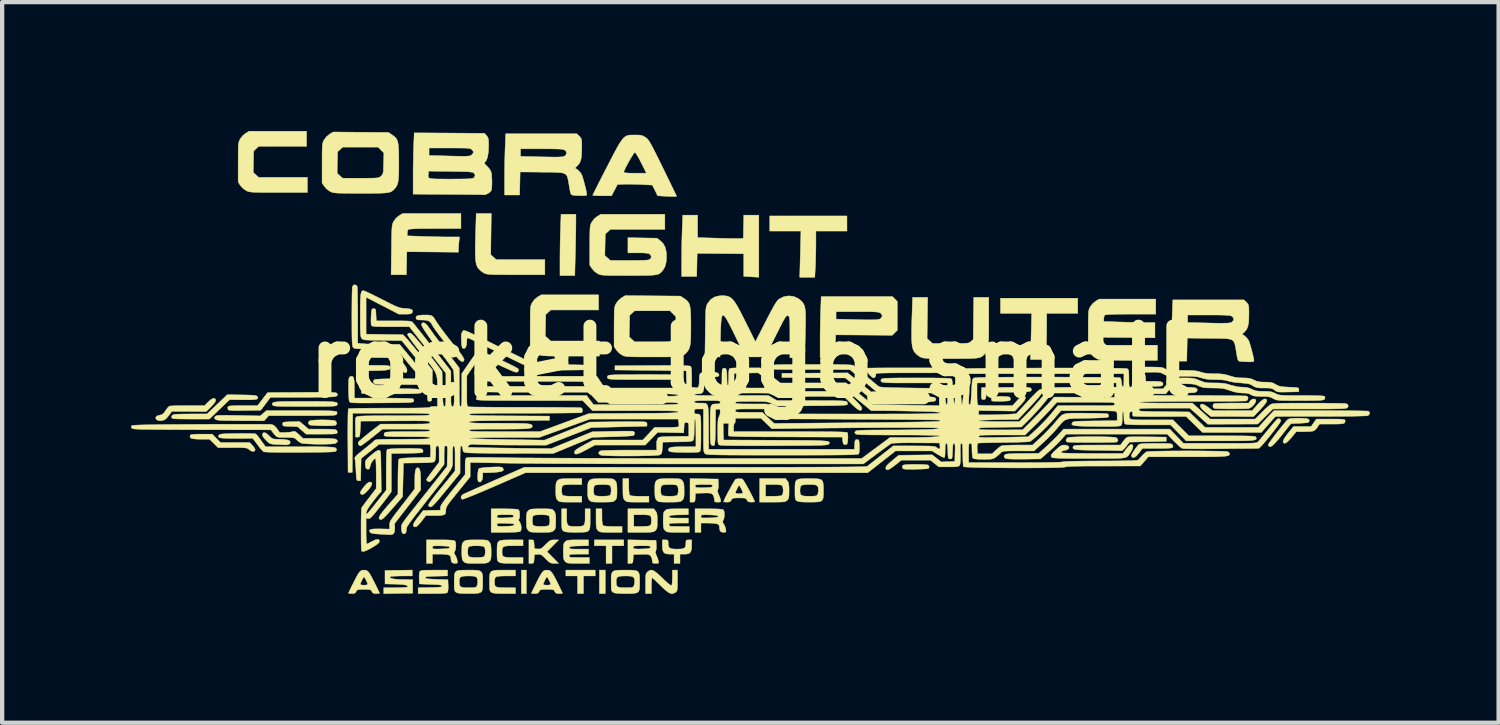
<source format=kicad_pcb>
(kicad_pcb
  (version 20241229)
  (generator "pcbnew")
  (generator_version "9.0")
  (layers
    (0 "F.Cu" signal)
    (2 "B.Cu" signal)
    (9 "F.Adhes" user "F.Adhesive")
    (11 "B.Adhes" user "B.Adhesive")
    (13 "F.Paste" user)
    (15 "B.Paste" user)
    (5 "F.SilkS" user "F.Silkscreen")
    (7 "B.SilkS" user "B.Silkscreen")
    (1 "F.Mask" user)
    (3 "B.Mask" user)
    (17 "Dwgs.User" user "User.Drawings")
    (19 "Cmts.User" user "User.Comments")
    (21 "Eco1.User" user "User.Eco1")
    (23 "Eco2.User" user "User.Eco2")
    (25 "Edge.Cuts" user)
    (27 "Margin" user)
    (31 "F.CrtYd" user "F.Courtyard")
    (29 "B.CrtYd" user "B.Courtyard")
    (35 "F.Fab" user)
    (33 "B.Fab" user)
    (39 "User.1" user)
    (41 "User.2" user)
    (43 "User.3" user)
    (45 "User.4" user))
  (footprint "rocket_logo_small"
    (layer "F.Cu")
    (at 14.423 5.378)
    (property "Reference" "rocket_logo_small" (at 0 0 0) (layer "F.SilkS") (effects (font (size 1.524 1.524) (thickness 0.3))))
    (attr through_hole)
    (fp_poly (pts (xy -5.217 5.393) (xy -5.334 5.393) (xy -5.334 4.846) (xy -5.217 4.846) (xy -5.217 5.393)) (stroke (width 0.01) (type solid)) (fill yes) (layer "F.SilkS"))
    (fp_poly (pts (xy -3.38 5.393) (xy -3.517 5.393) (xy -3.517 4.846) (xy -3.38 4.846) (xy -3.38 5.393)) (stroke (width 0.01) (type solid)) (fill yes) (layer "F.SilkS"))
    (fp_poly (pts (xy -3.615 4.982) (xy -3.888 4.982) (xy -3.888 5.393) (xy -4.025 5.393) (xy -4.025 4.982) (xy -4.298 4.982) (xy -4.298 4.846) (xy -3.615 4.846) (xy -3.615 4.982)) (stroke (width 0.01) (type solid)) (fill yes) (layer "F.SilkS"))
    (fp_poly (pts (xy -2.95 4.279) (xy -3.224 4.279) (xy -3.224 4.689) (xy -3.361 4.689) (xy -3.361 4.279) (xy -3.634 4.279) (xy -3.634 4.142) (xy -2.95 4.142) (xy -2.95 4.279)) (stroke (width 0.01) (type solid)) (fill yes) (layer "F.SilkS"))
    (fp_poly (pts (xy 2.247 -3.048) (xy 1.524 -3.048) (xy 1.524 -2.748) (xy 1.523 -2.618) (xy 1.52 -2.476) (xy 1.517 -2.339) (xy 1.512 -2.224) (xy 1.511 -2.211) (xy 1.498 -1.973) (xy 1.147 -1.973) (xy 1.175 -3.048) (xy 0.449 -3.048) (xy 0.449 -3.4) (xy 2.247 -3.4) (xy 2.247 -3.048)) (stroke (width 0.01) (type solid)) (fill yes) (layer "F.SilkS"))
    (fp_poly (pts (xy 7.62 -1.133) (xy 6.897 -1.133) (xy 6.897 -0.833) (xy 6.896 -0.703) (xy 6.894 -0.561) (xy 6.89 -0.425) (xy 6.885 -0.309) (xy 6.884 -0.296) (xy 6.872 -0.059) (xy 6.52 -0.059) (xy 6.534 -0.596) (xy 6.548 -1.133) (xy 5.822 -1.133) (xy 5.822 -1.485) (xy 7.62 -1.485) (xy 7.62 -1.133)) (stroke (width 0.01) (type solid)) (fill yes) (layer "F.SilkS"))
    (fp_poly (pts (xy -8.821 2.806) (xy -8.813 2.839) (xy -8.836 2.894) (xy -8.888 2.967) (xy -8.901 2.982) (xy -8.968 3.051) (xy -9.022 3.084) (xy -9.062 3.082) (xy -9.072 3.074) (xy -9.084 3.05) (xy -9.076 3.015) (xy -9.044 2.965) (xy -8.996 2.903) (xy -8.938 2.838) (xy -8.893 2.803) (xy -8.86 2.794) (xy -8.821 2.806)) (stroke (width 0.01) (type solid)) (fill yes) (layer "F.SilkS"))
    (fp_poly (pts (xy -4.064 -3.239) (xy -4.065 -3.162) (xy -4.066 -3.055) (xy -4.068 -2.925) (xy -4.071 -2.78) (xy -4.074 -2.629) (xy -4.077 -2.525) (xy -4.09 -2.012) (xy -4.435 -2.012) (xy -4.435 -2.4) (xy -4.434 -2.55) (xy -4.432 -2.714) (xy -4.429 -2.878) (xy -4.425 -3.028) (xy -4.422 -3.113) (xy -4.41 -3.439) (xy -4.064 -3.439) (xy -4.064 -3.239)) (stroke (width 0.01) (type solid)) (fill yes) (layer "F.SilkS"))
    (fp_poly (pts (xy 5.896 0.803) (xy 5.966 0.807) (xy 6.017 0.813) (xy 6.034 0.818) (xy 6.053 0.849) (xy 6.054 0.872) (xy 6.047 0.888) (xy 6.029 0.9) (xy 5.992 0.907) (xy 5.931 0.911) (xy 5.841 0.914) (xy 5.755 0.915) (xy 5.683 0.914) (xy 5.636 0.91) (xy 5.621 0.906) (xy 5.608 0.87) (xy 5.618 0.831) (xy 5.638 0.813) (xy 5.676 0.806) (xy 5.739 0.803) (xy 5.816 0.802) (xy 5.896 0.803)) (stroke (width 0.01) (type solid)) (fill yes) (layer "F.SilkS"))
    (fp_poly (pts (xy 10.231 0.589) (xy 10.305 0.595) (xy 10.361 0.603) (xy 10.382 0.611) (xy 10.405 0.646) (xy 10.395 0.682) (xy 10.356 0.709) (xy 10.349 0.711) (xy 10.308 0.716) (xy 10.24 0.719) (xy 10.159 0.72) (xy 10.077 0.719) (xy 10.007 0.715) (xy 9.962 0.71) (xy 9.96 0.709) (xy 9.933 0.686) (xy 9.926 0.647) (xy 9.939 0.611) (xy 9.956 0.598) (xy 9.999 0.59) (xy 10.066 0.586) (xy 10.147 0.586) (xy 10.231 0.589)) (stroke (width 0.01) (type solid)) (fill yes) (layer "F.SilkS"))
    (fp_poly (pts (xy 12.02 0.882) (xy 12.023 0.888) (xy 12.021 0.915) (xy 11.999 0.956) (xy 11.954 1.015) (xy 11.883 1.094) (xy 11.823 1.158) (xy 11.715 1.27) (xy 11.216 1.269) (xy 10.717 1.268) (xy 10.595 1.168) (xy 10.524 1.105) (xy 10.484 1.057) (xy 10.473 1.022) (xy 10.485 0.985) (xy 10.52 0.979) (xy 10.579 1.003) (xy 10.656 1.055) (xy 10.759 1.133) (xy 11.682 1.133) (xy 11.804 0.996) (xy 11.883 0.915) (xy 11.946 0.869) (xy 11.991 0.858) (xy 12.02 0.882)) (stroke (width 0.01) (type solid)) (fill yes) (layer "F.SilkS"))
    (fp_poly (pts (xy -9.865 1.35) (xy -9.778 1.354) (xy -9.711 1.36) (xy -9.673 1.367) (xy -9.67 1.368) (xy -9.64 1.4) (xy -9.635 1.439) (xy -9.656 1.469) (xy -9.663 1.473) (xy -9.701 1.48) (xy -9.766 1.484) (xy -9.85 1.486) (xy -9.944 1.486) (xy -10.041 1.484) (xy -10.131 1.48) (xy -10.205 1.474) (xy -10.256 1.468) (xy -10.273 1.461) (xy -10.296 1.42) (xy -10.28 1.383) (xy -10.259 1.368) (xy -10.226 1.361) (xy -10.162 1.354) (xy -10.077 1.35) (xy -9.979 1.348) (xy -9.965 1.348) (xy -9.865 1.35)) (stroke (width 0.01) (type solid)) (fill yes) (layer "F.SilkS"))
    (fp_poly (pts (xy -3.458 3.601) (xy -3.456 3.701) (xy -3.448 3.77) (xy -3.436 3.805) (xy -3.435 3.806) (xy -3.401 3.818) (xy -3.33 3.826) (xy -3.224 3.829) (xy -3.2 3.83) (xy -2.989 3.83) (xy -2.989 3.966) (xy -3.25 3.966) (xy -3.356 3.966) (xy -3.43 3.964) (xy -3.479 3.96) (xy -3.512 3.952) (xy -3.534 3.939) (xy -3.553 3.921) (xy -3.571 3.898) (xy -3.583 3.871) (xy -3.59 3.831) (xy -3.594 3.77) (xy -3.595 3.681) (xy -3.595 3.648) (xy -3.595 3.419) (xy -3.458 3.419) (xy -3.458 3.601)) (stroke (width 0.01) (type solid)) (fill yes) (layer "F.SilkS"))
    (fp_poly (pts (xy -2.833 2.898) (xy -2.83 2.997) (xy -2.823 3.067) (xy -2.81 3.102) (xy -2.81 3.103) (xy -2.776 3.115) (xy -2.705 3.123) (xy -2.599 3.126) (xy -2.575 3.126) (xy -2.364 3.126) (xy -2.364 3.263) (xy -2.625 3.263) (xy -2.73 3.263) (xy -2.805 3.261) (xy -2.854 3.256) (xy -2.887 3.248) (xy -2.909 3.235) (xy -2.927 3.218) (xy -2.946 3.195) (xy -2.958 3.167) (xy -2.965 3.127) (xy -2.969 3.067) (xy -2.97 2.977) (xy -2.97 2.944) (xy -2.97 2.716) (xy -2.833 2.716) (xy -2.833 2.898)) (stroke (width 0.01) (type solid)) (fill yes) (layer "F.SilkS"))
    (fp_poly (pts (xy 3.936 2.385) (xy 4.025 2.388) (xy 4.094 2.393) (xy 4.133 2.399) (xy 4.139 2.401) (xy 4.158 2.432) (xy 4.158 2.454) (xy 4.153 2.469) (xy 4.139 2.479) (xy 4.11 2.486) (xy 4.061 2.49) (xy 3.985 2.494) (xy 3.877 2.496) (xy 3.853 2.497) (xy 3.737 2.498) (xy 3.654 2.498) (xy 3.599 2.495) (xy 3.565 2.489) (xy 3.549 2.48) (xy 3.544 2.472) (xy 3.535 2.44) (xy 3.539 2.416) (xy 3.562 2.4) (xy 3.608 2.391) (xy 3.682 2.386) (xy 3.788 2.384) (xy 3.834 2.384) (xy 3.936 2.385)) (stroke (width 0.01) (type solid)) (fill yes) (layer "F.SilkS"))
    (fp_poly (pts (xy -8.434 -0.211) (xy -8.356 -0.208) (xy -8.304 -0.203) (xy -8.275 -0.195) (xy -8.269 -0.191) (xy -8.236 -0.157) (xy -8.189 -0.102) (xy -8.135 -0.035) (xy -8.082 0.034) (xy -8.038 0.095) (xy -8.011 0.139) (xy -8.008 0.144) (xy -7.995 0.198) (xy -8.006 0.238) (xy -8.038 0.254) (xy -8.039 0.254) (xy -8.067 0.24) (xy -8.106 0.203) (xy -8.122 0.183) (xy -8.164 0.13) (xy -8.218 0.062) (xy -8.261 0.008) (xy -8.344 -0.097) (xy -8.71 -0.102) (xy -9.076 -0.107) (xy -9.076 -0.205) (xy -8.687 -0.21) (xy -8.543 -0.212) (xy -8.434 -0.211)) (stroke (width 0.01) (type solid)) (fill yes) (layer "F.SilkS"))
    (fp_poly (pts (xy -11.291 1.651) (xy -11.234 1.692) (xy -11.205 1.719) (xy -11.162 1.762) (xy -11.126 1.785) (xy -11.083 1.795) (xy -11.02 1.798) (xy -11.001 1.798) (xy -10.874 1.802) (xy -10.784 1.815) (xy -10.731 1.835) (xy -10.718 1.851) (xy -10.718 1.892) (xy -10.751 1.92) (xy -10.812 1.931) (xy -10.832 1.93) (xy -10.894 1.927) (xy -10.977 1.923) (xy -11.049 1.92) (xy -11.124 1.914) (xy -11.173 1.904) (xy -11.212 1.884) (xy -11.253 1.848) (xy -11.261 1.841) (xy -11.322 1.777) (xy -11.355 1.729) (xy -11.364 1.691) (xy -11.359 1.672) (xy -11.334 1.644) (xy -11.291 1.651)) (stroke (width 0.01) (type solid)) (fill yes) (layer "F.SilkS"))
    (fp_poly (pts (xy 9.175 0.288) (xy 9.191 0.308) (xy 9.198 0.356) (xy 9.199 0.366) (xy 9.205 0.449) (xy 9.387 0.449) (xy 9.49 0.452) (xy 9.559 0.462) (xy 9.597 0.481) (xy 9.607 0.509) (xy 9.601 0.535) (xy 9.591 0.548) (xy 9.568 0.557) (xy 9.525 0.563) (xy 9.456 0.566) (xy 9.356 0.567) (xy 9.346 0.567) (xy 9.239 0.566) (xy 9.165 0.562) (xy 9.12 0.556) (xy 9.097 0.546) (xy 9.093 0.54) (xy 9.089 0.507) (xy 9.088 0.449) (xy 9.089 0.398) (xy 9.094 0.334) (xy 9.102 0.3) (xy 9.118 0.286) (xy 9.144 0.283) (xy 9.175 0.288)) (stroke (width 0.01) (type solid)) (fill yes) (layer "F.SilkS"))
    (fp_poly (pts (xy 6.347 0.589) (xy 6.42 0.591) (xy 6.471 0.594) (xy 6.504 0.599) (xy 6.523 0.606) (xy 6.532 0.614) (xy 6.534 0.618) (xy 6.541 0.642) (xy 6.539 0.662) (xy 6.523 0.677) (xy 6.49 0.687) (xy 6.437 0.695) (xy 6.358 0.7) (xy 6.251 0.702) (xy 6.111 0.703) (xy 5.997 0.703) (xy 5.493 0.703) (xy 5.487 0.786) (xy 5.479 0.841) (xy 5.463 0.867) (xy 5.436 0.876) (xy 5.397 0.87) (xy 5.382 0.854) (xy 5.377 0.82) (xy 5.375 0.762) (xy 5.377 0.711) (xy 5.383 0.596) (xy 5.952 0.591) (xy 6.117 0.589) (xy 6.248 0.589) (xy 6.347 0.589)) (stroke (width 0.01) (type solid)) (fill yes) (layer "F.SilkS"))
    (fp_poly (pts (xy -6.041 -2.978) (xy -6.047 -2.498) (xy -5.983 -2.441) (xy -5.92 -2.384) (xy -4.787 -2.384) (xy -4.787 -2.032) (xy -5.456 -2.032) (xy -5.636 -2.032) (xy -5.781 -2.033) (xy -5.896 -2.034) (xy -5.985 -2.035) (xy -6.052 -2.038) (xy -6.102 -2.042) (xy -6.139 -2.048) (xy -6.168 -2.056) (xy -6.192 -2.065) (xy -6.21 -2.074) (xy -6.281 -2.122) (xy -6.34 -2.185) (xy -6.345 -2.192) (xy -6.366 -2.229) (xy -6.382 -2.274) (xy -6.394 -2.329) (xy -6.402 -2.401) (xy -6.407 -2.493) (xy -6.408 -2.609) (xy -6.406 -2.754) (xy -6.402 -2.932) (xy -6.399 -3.017) (xy -6.385 -3.458) (xy -6.034 -3.458) (xy -6.041 -2.978)) (stroke (width 0.01) (type solid)) (fill yes) (layer "F.SilkS"))
    (fp_poly (pts (xy -5.814 2.446) (xy -5.785 2.454) (xy -5.769 2.466) (xy -5.768 2.466) (xy -5.749 2.504) (xy -5.761 2.531) (xy -5.808 2.551) (xy -5.891 2.564) (xy -5.914 2.567) (xy -6.001 2.573) (xy -6.085 2.577) (xy -6.148 2.579) (xy -6.233 2.579) (xy -6.233 2.663) (xy -6.242 2.73) (xy -6.265 2.777) (xy -6.297 2.797) (xy -6.332 2.786) (xy -6.337 2.781) (xy -6.347 2.75) (xy -6.351 2.695) (xy -6.35 2.626) (xy -6.344 2.559) (xy -6.334 2.507) (xy -6.322 2.482) (xy -6.29 2.472) (xy -6.226 2.462) (xy -6.135 2.453) (xy -6.043 2.448) (xy -5.937 2.444) (xy -5.863 2.443) (xy -5.814 2.446)) (stroke (width 0.01) (type solid)) (fill yes) (layer "F.SilkS"))
    (fp_poly (pts (xy 2.6 0.527) (xy 2.939 0.801) (xy 3.591 0.801) (xy 3.78 0.801) (xy 3.933 0.803) (xy 4.055 0.805) (xy 4.148 0.809) (xy 4.217 0.814) (xy 4.265 0.822) (xy 4.295 0.832) (xy 4.311 0.846) (xy 4.318 0.862) (xy 4.318 0.869) (xy 4.315 0.887) (xy 4.303 0.901) (xy 4.28 0.913) (xy 4.24 0.921) (xy 4.182 0.928) (xy 4.1 0.932) (xy 3.993 0.935) (xy 3.855 0.936) (xy 3.684 0.936) (xy 3.572 0.936) (xy 2.901 0.935) (xy 2.555 0.653) (xy 2.209 0.372) (xy 1.471 0.367) (xy 0.733 0.361) (xy 0.733 0.264) (xy 1.497 0.259) (xy 2.262 0.254) (xy 2.6 0.527)) (stroke (width 0.01) (type solid)) (fill yes) (layer "F.SilkS"))
    (fp_poly (pts (xy 11.753 0.868) (xy 11.769 0.888) (xy 11.765 0.926) (xy 11.738 0.975) (xy 11.695 1.025) (xy 11.646 1.064) (xy 11.605 1.082) (xy 11.566 1.085) (xy 11.497 1.088) (xy 11.405 1.09) (xy 11.299 1.091) (xy 11.186 1.092) (xy 11.075 1.091) (xy 10.972 1.089) (xy 10.887 1.087) (xy 10.826 1.084) (xy 10.8 1.081) (xy 10.773 1.057) (xy 10.766 1.018) (xy 10.78 0.982) (xy 10.797 0.969) (xy 10.825 0.966) (xy 10.886 0.962) (xy 10.973 0.96) (xy 11.079 0.958) (xy 11.199 0.957) (xy 11.214 0.957) (xy 11.601 0.957) (xy 11.633 0.909) (xy 11.671 0.874) (xy 11.715 0.86) (xy 11.753 0.868)) (stroke (width 0.01) (type solid)) (fill yes) (layer "F.SilkS"))
    (fp_poly (pts (xy -7.874 4.982) (xy -8.127 4.982) (xy -8.222 4.984) (xy -8.303 4.987) (xy -8.361 4.992) (xy -8.389 4.999) (xy -8.39 5) (xy -8.392 5.023) (xy -8.364 5.04) (xy -8.303 5.053) (xy -8.208 5.061) (xy -8.107 5.065) (xy -7.864 5.07) (xy -7.864 5.383) (xy -8.201 5.388) (xy -8.538 5.394) (xy -8.538 5.256) (xy -8.266 5.256) (xy -8.167 5.255) (xy -8.082 5.251) (xy -8.019 5.247) (xy -7.986 5.241) (xy -7.983 5.239) (xy -7.981 5.215) (xy -8.009 5.198) (xy -8.07 5.185) (xy -8.166 5.177) (xy -8.266 5.173) (xy -8.509 5.168) (xy -8.509 4.855) (xy -8.191 4.85) (xy -7.874 4.845) (xy -7.874 4.982)) (stroke (width 0.01) (type solid)) (fill yes) (layer "F.SilkS"))
    (fp_poly (pts (xy -12.436 1.778) (xy -12.34 1.876) (xy -11.659 1.876) (xy -11.593 1.946) (xy -11.555 1.994) (xy -11.534 2.034) (xy -11.532 2.049) (xy -11.553 2.079) (xy -11.593 2.083) (xy -11.644 2.062) (xy -11.67 2.042) (xy -11.691 2.024) (xy -11.713 2.012) (xy -11.742 2.003) (xy -11.784 1.998) (xy -11.846 1.995) (xy -11.934 1.994) (xy -12.055 1.994) (xy -12.059 1.995) (xy -12.394 1.995) (xy -12.594 1.798) (xy -12.801 1.798) (xy -12.912 1.795) (xy -12.988 1.786) (xy -13.032 1.77) (xy -13.05 1.745) (xy -13.045 1.71) (xy -13.033 1.697) (xy -13.007 1.689) (xy -12.959 1.684) (xy -12.884 1.681) (xy -12.783 1.68) (xy -12.532 1.68) (xy -12.436 1.778)) (stroke (width 0.01) (type solid)) (fill yes) (layer "F.SilkS"))
    (fp_poly (pts (xy 8.094 1.74) (xy 8.223 1.742) (xy 8.335 1.745) (xy 8.424 1.749) (xy 8.484 1.754) (xy 8.508 1.758) (xy 8.545 1.786) (xy 8.558 1.822) (xy 8.543 1.855) (xy 8.527 1.864) (xy 8.5 1.867) (xy 8.44 1.869) (xy 8.353 1.871) (xy 8.246 1.873) (xy 8.124 1.874) (xy 7.994 1.874) (xy 7.862 1.874) (xy 7.734 1.873) (xy 7.616 1.872) (xy 7.515 1.87) (xy 7.436 1.868) (xy 7.386 1.865) (xy 7.371 1.863) (xy 7.348 1.837) (xy 7.351 1.801) (xy 7.378 1.768) (xy 7.397 1.758) (xy 7.43 1.753) (xy 7.496 1.748) (xy 7.59 1.744) (xy 7.706 1.741) (xy 7.839 1.739) (xy 7.952 1.739) (xy 8.094 1.74)) (stroke (width 0.01) (type solid)) (fill yes) (layer "F.SilkS"))
    (fp_poly (pts (xy 9.57 1.896) (xy 9.665 1.897) (xy 9.733 1.899) (xy 9.777 1.904) (xy 9.804 1.911) (xy 9.819 1.921) (xy 9.825 1.929) (xy 9.837 1.958) (xy 9.837 1.979) (xy 9.821 1.993) (xy 9.784 2.003) (xy 9.723 2.009) (xy 9.632 2.012) (xy 9.507 2.012) (xy 9.475 2.012) (xy 9.126 2.012) (xy 9.045 2.12) (xy 8.983 2.191) (xy 8.933 2.225) (xy 8.893 2.222) (xy 8.883 2.214) (xy 8.871 2.185) (xy 8.87 2.175) (xy 8.881 2.146) (xy 8.91 2.097) (xy 8.948 2.039) (xy 8.989 1.982) (xy 9.026 1.937) (xy 9.044 1.92) (xy 9.069 1.91) (xy 9.12 1.903) (xy 9.2 1.898) (xy 9.313 1.896) (xy 9.44 1.895) (xy 9.57 1.896)) (stroke (width 0.01) (type solid)) (fill yes) (layer "F.SilkS"))
    (fp_poly (pts (xy -10.393 1.474) (xy -10.289 1.563) (xy -9.973 1.563) (xy -9.85 1.564) (xy -9.76 1.566) (xy -9.699 1.57) (xy -9.66 1.577) (xy -9.638 1.587) (xy -9.633 1.592) (xy -9.618 1.63) (xy -9.62 1.651) (xy -9.629 1.661) (xy -9.652 1.669) (xy -9.692 1.675) (xy -9.755 1.678) (xy -9.847 1.679) (xy -9.972 1.68) (xy -9.988 1.68) (xy -10.346 1.679) (xy -10.445 1.593) (xy -10.545 1.506) (xy -10.719 1.5) (xy -10.801 1.497) (xy -10.853 1.493) (xy -10.88 1.485) (xy -10.891 1.471) (xy -10.893 1.448) (xy -10.893 1.446) (xy -10.891 1.424) (xy -10.883 1.409) (xy -10.86 1.401) (xy -10.815 1.396) (xy -10.742 1.393) (xy -10.695 1.391) (xy -10.497 1.386) (xy -10.393 1.474)) (stroke (width 0.01) (type solid)) (fill yes) (layer "F.SilkS"))
    (fp_poly (pts (xy 12.864 1.311) (xy 12.938 1.317) (xy 12.984 1.328) (xy 13.007 1.346) (xy 13.011 1.372) (xy 13.009 1.38) (xy 13.002 1.396) (xy 12.984 1.408) (xy 12.946 1.416) (xy 12.884 1.421) (xy 12.792 1.426) (xy 12.582 1.436) (xy 12.373 1.7) (xy 12.284 1.809) (xy 12.214 1.888) (xy 12.161 1.94) (xy 12.121 1.967) (xy 12.09 1.973) (xy 12.069 1.961) (xy 12.056 1.93) (xy 12.055 1.925) (xy 12.067 1.902) (xy 12.099 1.856) (xy 12.146 1.791) (xy 12.203 1.715) (xy 12.267 1.632) (xy 12.332 1.55) (xy 12.394 1.473) (xy 12.448 1.409) (xy 12.488 1.362) (xy 12.508 1.343) (xy 12.534 1.327) (xy 12.571 1.317) (xy 12.629 1.312) (xy 12.715 1.309) (xy 12.756 1.309) (xy 12.864 1.311)) (stroke (width 0.01) (type solid)) (fill yes) (layer "F.SilkS"))
    (fp_poly (pts (xy -5.471 4.982) (xy -5.695 4.982) (xy -5.801 4.984) (xy -5.874 4.989) (xy -5.921 5.003) (xy -5.946 5.027) (xy -5.957 5.065) (xy -5.959 5.119) (xy -5.957 5.174) (xy -5.946 5.212) (xy -5.92 5.236) (xy -5.873 5.249) (xy -5.799 5.255) (xy -5.695 5.256) (xy -5.471 5.256) (xy -5.471 5.393) (xy -5.73 5.393) (xy -5.844 5.392) (xy -5.926 5.388) (xy -5.982 5.381) (xy -6.018 5.371) (xy -6.033 5.362) (xy -6.052 5.346) (xy -6.065 5.324) (xy -6.072 5.289) (xy -6.075 5.233) (xy -6.076 5.147) (xy -6.076 5.119) (xy -6.076 5.021) (xy -6.071 4.95) (xy -6.055 4.901) (xy -6.024 4.871) (xy -5.973 4.854) (xy -5.895 4.847) (xy -5.786 4.846) (xy -5.73 4.846) (xy -5.471 4.846) (xy -5.471 4.982)) (stroke (width 0.01) (type solid)) (fill yes) (layer "F.SilkS"))
    (fp_poly (pts (xy -5.295 4.279) (xy -5.519 4.279) (xy -5.625 4.28) (xy -5.698 4.286) (xy -5.745 4.299) (xy -5.77 4.324) (xy -5.781 4.362) (xy -5.783 4.416) (xy -5.781 4.471) (xy -5.77 4.509) (xy -5.744 4.532) (xy -5.697 4.546) (xy -5.623 4.551) (xy -5.519 4.552) (xy -5.295 4.552) (xy -5.295 4.689) (xy -5.554 4.689) (xy -5.668 4.688) (xy -5.75 4.685) (xy -5.806 4.678) (xy -5.842 4.667) (xy -5.857 4.659) (xy -5.876 4.643) (xy -5.889 4.621) (xy -5.896 4.586) (xy -5.9 4.53) (xy -5.901 4.444) (xy -5.901 4.416) (xy -5.9 4.318) (xy -5.895 4.247) (xy -5.879 4.198) (xy -5.848 4.167) (xy -5.797 4.151) (xy -5.719 4.144) (xy -5.61 4.142) (xy -5.554 4.142) (xy -5.295 4.142) (xy -5.295 4.279)) (stroke (width 0.01) (type solid)) (fill yes) (layer "F.SilkS"))
    (fp_poly (pts (xy -1.941 4.144) (xy -1.921 4.157) (xy -1.915 4.191) (xy -1.915 4.229) (xy -1.91 4.287) (xy -1.89 4.324) (xy -1.85 4.346) (xy -1.783 4.355) (xy -1.71 4.357) (xy -1.617 4.354) (xy -1.557 4.342) (xy -1.522 4.317) (xy -1.507 4.275) (xy -1.504 4.229) (xy -1.503 4.176) (xy -1.493 4.15) (xy -1.466 4.143) (xy -1.436 4.142) (xy -1.368 4.142) (xy -1.368 4.265) (xy -1.373 4.359) (xy -1.391 4.421) (xy -1.427 4.457) (xy -1.486 4.472) (xy -1.535 4.474) (xy -1.641 4.474) (xy -1.641 4.689) (xy -1.778 4.689) (xy -1.778 4.474) (xy -1.884 4.474) (xy -1.959 4.468) (xy -2.009 4.445) (xy -2.037 4.4) (xy -2.05 4.326) (xy -2.052 4.265) (xy -2.052 4.142) (xy -1.983 4.142) (xy -1.941 4.144)) (stroke (width 0.01) (type solid)) (fill yes) (layer "F.SilkS"))
    (fp_poly (pts (xy 13.629 1.329) (xy 13.719 1.331) (xy 13.78 1.335) (xy 13.818 1.34) (xy 13.839 1.349) (xy 13.846 1.358) (xy 13.844 1.397) (xy 13.833 1.417) (xy 13.816 1.429) (xy 13.782 1.437) (xy 13.727 1.442) (xy 13.645 1.445) (xy 13.53 1.446) (xy 13.25 1.446) (xy 13.206 1.509) (xy 13.171 1.558) (xy 13.137 1.59) (xy 13.097 1.609) (xy 13.04 1.618) (xy 12.958 1.621) (xy 12.906 1.622) (xy 12.708 1.622) (xy 12.597 1.758) (xy 12.524 1.839) (xy 12.468 1.885) (xy 12.428 1.895) (xy 12.402 1.871) (xy 12.4 1.867) (xy 12.405 1.83) (xy 12.438 1.768) (xy 12.498 1.684) (xy 12.568 1.597) (xy 12.645 1.504) (xy 13.052 1.504) (xy 13.114 1.417) (xy 13.176 1.329) (xy 13.505 1.329) (xy 13.629 1.329)) (stroke (width 0.01) (type solid)) (fill yes) (layer "F.SilkS"))
    (fp_poly (pts (xy -12.467 0.852) (xy -12.449 0.887) (xy -12.46 0.923) (xy -12.502 0.981) (xy -12.556 1.039) (xy -12.671 1.154) (xy -13.071 1.151) (xy -13.472 1.148) (xy -13.526 1.224) (xy -13.568 1.277) (xy -13.609 1.322) (xy -13.621 1.333) (xy -13.67 1.358) (xy -13.733 1.367) (xy -13.792 1.361) (xy -13.833 1.339) (xy -13.833 1.339) (xy -13.849 1.298) (xy -13.83 1.265) (xy -13.776 1.242) (xy -13.756 1.239) (xy -13.706 1.226) (xy -13.668 1.2) (xy -13.631 1.152) (xy -13.618 1.133) (xy -13.58 1.079) (xy -13.545 1.04) (xy -13.528 1.028) (xy -13.5 1.024) (xy -13.439 1.021) (xy -13.352 1.018) (xy -13.246 1.017) (xy -13.125 1.016) (xy -13.103 1.016) (xy -12.708 1.016) (xy -12.621 0.927) (xy -12.557 0.871) (xy -12.504 0.846) (xy -12.467 0.852)) (stroke (width 0.01) (type solid)) (fill yes) (layer "F.SilkS"))
    (fp_poly (pts (xy -11.842 0.767) (xy -11.718 0.769) (xy -11.626 0.772) (xy -11.563 0.776) (xy -11.522 0.782) (xy -11.497 0.791) (xy -11.483 0.802) (xy -11.481 0.805) (xy -11.469 0.833) (xy -11.474 0.853) (xy -11.499 0.867) (xy -11.55 0.876) (xy -11.63 0.88) (xy -11.742 0.881) (xy -11.816 0.881) (xy -12.127 0.877) (xy -12.363 1.103) (xy -12.598 1.329) (xy -13.031 1.329) (xy -13.174 1.328) (xy -13.283 1.327) (xy -13.362 1.325) (xy -13.417 1.321) (xy -13.45 1.315) (xy -13.468 1.307) (xy -13.475 1.299) (xy -13.473 1.261) (xy -13.462 1.24) (xy -13.447 1.23) (xy -13.419 1.223) (xy -13.372 1.217) (xy -13.303 1.214) (xy -13.205 1.212) (xy -13.073 1.211) (xy -13.044 1.21) (xy -12.651 1.21) (xy -12.417 0.986) (xy -12.182 0.762) (xy -11.842 0.767)) (stroke (width 0.01) (type solid)) (fill yes) (layer "F.SilkS"))
    (fp_poly (pts (xy -10.336 -5.021) (xy -11.449 -5.021) (xy -11.508 -4.968) (xy -11.566 -4.914) (xy -11.577 -4.413) (xy -11.449 -4.298) (xy -10.316 -4.298) (xy -10.316 -3.947) (xy -10.986 -3.947) (xy -11.165 -3.947) (xy -11.311 -3.947) (xy -11.425 -3.948) (xy -11.514 -3.95) (xy -11.581 -3.953) (xy -11.631 -3.957) (xy -11.668 -3.963) (xy -11.697 -3.971) (xy -11.721 -3.98) (xy -11.739 -3.989) (xy -11.815 -4.041) (xy -11.876 -4.109) (xy -11.876 -4.11) (xy -11.928 -4.188) (xy -11.928 -4.649) (xy -11.927 -4.795) (xy -11.927 -4.907) (xy -11.925 -4.992) (xy -11.922 -5.053) (xy -11.916 -5.098) (xy -11.908 -5.132) (xy -11.898 -5.159) (xy -11.883 -5.187) (xy -11.879 -5.194) (xy -11.824 -5.267) (xy -11.755 -5.324) (xy -11.751 -5.326) (xy -11.671 -5.373) (xy -10.336 -5.373) (xy -10.336 -5.021)) (stroke (width 0.01) (type solid)) (fill yes) (layer "F.SilkS"))
    (fp_poly (pts (xy -4.279 3.587) (xy -4.278 3.687) (xy -4.27 3.756) (xy -4.251 3.798) (xy -4.214 3.82) (xy -4.154 3.828) (xy -4.065 3.83) (xy -4.064 3.83) (xy -3.975 3.828) (xy -3.914 3.82) (xy -3.877 3.798) (xy -3.858 3.756) (xy -3.85 3.689) (xy -3.849 3.588) (xy -3.849 3.419) (xy -3.732 3.419) (xy -3.732 3.662) (xy -3.732 3.773) (xy -3.737 3.853) (xy -3.752 3.907) (xy -3.783 3.941) (xy -3.834 3.958) (xy -3.912 3.965) (xy -4.021 3.966) (xy -4.064 3.966) (xy -4.175 3.965) (xy -4.255 3.961) (xy -4.308 3.954) (xy -4.343 3.942) (xy -4.353 3.936) (xy -4.371 3.921) (xy -4.383 3.901) (xy -4.391 3.869) (xy -4.394 3.817) (xy -4.396 3.739) (xy -4.396 3.662) (xy -4.396 3.419) (xy -4.279 3.419) (xy -4.279 3.587)) (stroke (width 0.01) (type solid)) (fill yes) (layer "F.SilkS"))
    (fp_poly (pts (xy -1.231 -2.896) (xy -0.757 -2.882) (xy -0.622 -2.878) (xy -0.496 -2.876) (xy -0.387 -2.874) (xy -0.301 -2.873) (xy -0.244 -2.874) (xy -0.225 -2.875) (xy -0.166 -2.882) (xy -0.161 -3.151) (xy -0.155 -3.419) (xy 0.195 -3.419) (xy 0.195 -1.973) (xy 0.122 -1.977) (xy 0.057 -1.981) (xy -0.021 -1.986) (xy -0.054 -1.988) (xy -0.156 -1.995) (xy -0.156 -2.52) (xy -0.635 -2.524) (xy -0.772 -2.525) (xy -0.898 -2.526) (xy -1.009 -2.527) (xy -1.097 -2.528) (xy -1.157 -2.529) (xy -1.177 -2.529) (xy -1.241 -2.53) (xy -1.246 -2.262) (xy -1.252 -1.993) (xy -1.602 -1.993) (xy -1.602 -2.381) (xy -1.601 -2.53) (xy -1.599 -2.694) (xy -1.596 -2.859) (xy -1.592 -3.009) (xy -1.589 -3.094) (xy -1.576 -3.419) (xy -1.231 -3.419) (xy -1.231 -2.896)) (stroke (width 0.01) (type solid)) (fill yes) (layer "F.SilkS"))
    (fp_poly (pts (xy -3.536 -1.211) (xy -4.65 -1.211) (xy -4.708 -1.158) (xy -4.767 -1.104) (xy -4.772 -0.853) (xy -4.777 -0.603) (xy -4.713 -0.546) (xy -4.65 -0.488) (xy -3.517 -0.488) (xy -3.517 -0.137) (xy -4.186 -0.137) (xy -4.366 -0.137) (xy -4.511 -0.137) (xy -4.626 -0.138) (xy -4.715 -0.14) (xy -4.782 -0.143) (xy -4.832 -0.147) (xy -4.869 -0.153) (xy -4.898 -0.161) (xy -4.922 -0.17) (xy -4.94 -0.179) (xy -5.015 -0.231) (xy -5.076 -0.299) (xy -5.077 -0.3) (xy -5.129 -0.378) (xy -5.128 -0.839) (xy -5.128 -0.985) (xy -5.127 -1.097) (xy -5.126 -1.182) (xy -5.122 -1.243) (xy -5.117 -1.288) (xy -5.109 -1.322) (xy -5.098 -1.349) (xy -5.084 -1.377) (xy -5.08 -1.384) (xy -5.024 -1.457) (xy -4.955 -1.514) (xy -4.951 -1.516) (xy -4.871 -1.563) (xy -3.536 -1.563) (xy -3.536 -1.211)) (stroke (width 0.01) (type solid)) (fill yes) (layer "F.SilkS"))
    (fp_poly (pts (xy -5.067 4.144) (xy -5.049 4.158) (xy -5.041 4.193) (xy -5.037 4.245) (xy -5.031 4.347) (xy -4.953 4.353) (xy -4.911 4.354) (xy -4.877 4.344) (xy -4.84 4.319) (xy -4.791 4.273) (xy -4.768 4.25) (xy -4.712 4.196) (xy -4.672 4.163) (xy -4.636 4.148) (xy -4.592 4.143) (xy -4.563 4.142) (xy -4.466 4.142) (xy -4.601 4.279) (xy -4.737 4.416) (xy -4.601 4.552) (xy -4.466 4.689) (xy -4.563 4.689) (xy -4.615 4.687) (xy -4.653 4.678) (xy -4.69 4.655) (xy -4.737 4.613) (xy -4.768 4.581) (xy -4.824 4.526) (xy -4.864 4.494) (xy -4.898 4.48) (xy -4.936 4.477) (xy -4.953 4.478) (xy -5.031 4.484) (xy -5.037 4.587) (xy -5.042 4.646) (xy -5.051 4.677) (xy -5.071 4.688) (xy -5.101 4.689) (xy -5.158 4.689) (xy -5.158 4.142) (xy -5.101 4.142) (xy -5.067 4.144)) (stroke (width 0.01) (type solid)) (fill yes) (layer "F.SilkS"))
    (fp_poly (pts (xy -2.209 3.471) (xy -2.189 3.502) (xy -2.177 3.54) (xy -2.171 3.595) (xy -2.169 3.677) (xy -2.169 3.702) (xy -2.17 3.788) (xy -2.174 3.845) (xy -2.183 3.882) (xy -2.199 3.908) (xy -2.214 3.924) (xy -2.234 3.94) (xy -2.257 3.952) (xy -2.291 3.959) (xy -2.342 3.964) (xy -2.416 3.966) (xy -2.522 3.966) (xy -2.556 3.966) (xy -2.853 3.966) (xy -2.853 3.556) (xy -2.716 3.556) (xy -2.716 3.83) (xy -2.534 3.83) (xy -2.434 3.827) (xy -2.365 3.819) (xy -2.33 3.807) (xy -2.329 3.806) (xy -2.315 3.773) (xy -2.306 3.718) (xy -2.306 3.693) (xy -2.31 3.634) (xy -2.323 3.589) (xy -2.329 3.579) (xy -2.362 3.567) (xy -2.43 3.559) (xy -2.529 3.556) (xy -2.534 3.556) (xy -2.716 3.556) (xy -2.853 3.556) (xy -2.853 3.419) (xy -2.25 3.419) (xy -2.209 3.471)) (stroke (width 0.01) (type solid)) (fill yes) (layer "F.SilkS"))
    (fp_poly (pts (xy 0.858 2.767) (xy 0.878 2.798) (xy 0.89 2.837) (xy 0.897 2.892) (xy 0.899 2.974) (xy 0.899 2.998) (xy 0.898 3.085) (xy 0.894 3.142) (xy 0.885 3.179) (xy 0.869 3.205) (xy 0.854 3.22) (xy 0.834 3.237) (xy 0.81 3.248) (xy 0.777 3.256) (xy 0.726 3.26) (xy 0.651 3.262) (xy 0.546 3.263) (xy 0.512 3.263) (xy 0.215 3.263) (xy 0.215 2.853) (xy 0.352 2.853) (xy 0.352 3.126) (xy 0.533 3.126) (xy 0.633 3.123) (xy 0.703 3.116) (xy 0.738 3.103) (xy 0.739 3.103) (xy 0.753 3.07) (xy 0.761 3.015) (xy 0.762 2.989) (xy 0.757 2.93) (xy 0.745 2.886) (xy 0.739 2.876) (xy 0.705 2.864) (xy 0.637 2.856) (xy 0.539 2.853) (xy 0.533 2.853) (xy 0.352 2.853) (xy 0.215 2.853) (xy 0.215 2.716) (xy 0.818 2.716) (xy 0.858 2.767)) (stroke (width 0.01) (type solid)) (fill yes) (layer "F.SilkS"))
    (fp_poly (pts (xy -10.18 0.918) (xy -10.02 0.919) (xy -9.893 0.921) (xy -9.794 0.924) (xy -9.721 0.928) (xy -9.671 0.935) (xy -9.638 0.945) (xy -9.621 0.957) (xy -9.616 0.972) (xy -9.62 0.991) (xy -9.624 1.004) (xy -9.631 1.012) (xy -9.645 1.019) (xy -9.671 1.024) (xy -9.712 1.028) (xy -9.772 1.031) (xy -9.854 1.033) (xy -9.963 1.034) (xy -10.102 1.035) (xy -10.274 1.036) (xy -10.375 1.036) (xy -10.566 1.035) (xy -10.721 1.035) (xy -10.844 1.034) (xy -10.94 1.032) (xy -11.011 1.03) (xy -11.061 1.026) (xy -11.094 1.021) (xy -11.113 1.015) (xy -11.123 1.008) (xy -11.125 1.004) (xy -11.132 0.982) (xy -11.132 0.965) (xy -11.123 0.951) (xy -11.099 0.94) (xy -11.06 0.932) (xy -10.999 0.926) (xy -10.916 0.922) (xy -10.805 0.92) (xy -10.664 0.919) (xy -10.489 0.918) (xy -10.375 0.918) (xy -10.18 0.918)) (stroke (width 0.01) (type solid)) (fill yes) (layer "F.SilkS"))
    (fp_poly (pts (xy -3.927 2.853) (xy -4.138 2.853) (xy -4.251 2.855) (xy -4.329 2.862) (xy -4.369 2.873) (xy -4.373 2.876) (xy -4.387 2.909) (xy -4.395 2.964) (xy -4.396 2.989) (xy -4.391 3.049) (xy -4.379 3.093) (xy -4.373 3.103) (xy -4.339 3.115) (xy -4.268 3.123) (xy -4.162 3.126) (xy -4.138 3.126) (xy -3.927 3.126) (xy -3.927 3.263) (xy -4.188 3.263) (xy -4.294 3.263) (xy -4.368 3.261) (xy -4.417 3.256) (xy -4.45 3.248) (xy -4.472 3.235) (xy -4.49 3.218) (xy -4.511 3.192) (xy -4.523 3.16) (xy -4.53 3.114) (xy -4.533 3.043) (xy -4.533 2.987) (xy -4.532 2.898) (xy -4.528 2.84) (xy -4.52 2.802) (xy -4.505 2.776) (xy -4.488 2.758) (xy -4.466 2.741) (xy -4.441 2.729) (xy -4.404 2.722) (xy -4.348 2.718) (xy -4.266 2.716) (xy -4.185 2.716) (xy -3.927 2.716) (xy -3.927 2.853)) (stroke (width 0.01) (type solid)) (fill yes) (layer "F.SilkS"))
    (fp_poly (pts (xy -7.504 -1.093) (xy -7.446 -1.085) (xy -7.405 -1.066) (xy -7.371 -1.03) (xy -7.333 -0.97) (xy -7.327 -0.959) (xy -7.281 -0.889) (xy -7.213 -0.793) (xy -7.126 -0.676) (xy -7.023 -0.543) (xy -6.907 -0.396) (xy -6.841 -0.315) (xy -6.758 -0.209) (xy -6.702 -0.13) (xy -6.672 -0.076) (xy -6.666 -0.051) (xy -6.684 -0.013) (xy -6.718 -0.009) (xy -6.765 -0.037) (xy -6.792 -0.063) (xy -6.844 -0.122) (xy -6.91 -0.2) (xy -6.986 -0.292) (xy -7.066 -0.393) (xy -7.147 -0.496) (xy -7.224 -0.596) (xy -7.292 -0.688) (xy -7.348 -0.765) (xy -7.387 -0.822) (xy -7.403 -0.85) (xy -7.441 -0.914) (xy -7.49 -0.954) (xy -7.559 -0.973) (xy -7.638 -0.977) (xy -7.713 -0.979) (xy -7.758 -0.986) (xy -7.78 -1.001) (xy -7.784 -1.009) (xy -7.789 -1.046) (xy -7.766 -1.072) (xy -7.714 -1.087) (xy -7.627 -1.094) (xy -7.59 -1.094) (xy -7.504 -1.093)) (stroke (width 0.01) (type solid)) (fill yes) (layer "F.SilkS"))
    (fp_poly (pts (xy 3.362 -1.467) (xy 3.419 -1.41) (xy 3.419 -0.739) (xy 3.302 -0.622) (xy 2.643 -0.627) (xy 1.983 -0.632) (xy 1.972 -0.098) (xy 1.622 -0.098) (xy 1.622 -0.485) (xy 1.622 -0.635) (xy 1.625 -0.799) (xy 1.628 -0.964) (xy 1.632 -1.114) (xy 1.634 -1.172) (xy 1.993 -1.172) (xy 1.993 -0.998) (xy 2.232 -0.992) (xy 2.424 -0.987) (xy 2.581 -0.983) (xy 2.706 -0.981) (xy 2.804 -0.981) (xy 2.878 -0.982) (xy 2.933 -0.984) (xy 2.972 -0.989) (xy 2.998 -0.995) (xy 3.017 -1.003) (xy 3.024 -1.007) (xy 3.057 -1.043) (xy 3.068 -1.075) (xy 3.053 -1.113) (xy 3.024 -1.142) (xy 3.005 -1.151) (xy 2.976 -1.159) (xy 2.931 -1.164) (xy 2.866 -1.168) (xy 2.777 -1.171) (xy 2.659 -1.172) (xy 2.507 -1.172) (xy 2.487 -1.172) (xy 1.993 -1.172) (xy 1.634 -1.172) (xy 1.635 -1.198) (xy 1.647 -1.524) (xy 3.305 -1.524) (xy 3.362 -1.467)) (stroke (width 0.01) (type solid)) (fill yes) (layer "F.SilkS"))
    (fp_poly (pts (xy 9.2 1.743) (xy 9.251 1.743) (xy 9.681 1.749) (xy 9.681 1.846) (xy 9.252 1.856) (xy 8.823 1.866) (xy 8.746 1.968) (xy 8.699 2.024) (xy 8.66 2.059) (xy 8.638 2.067) (xy 8.611 2.065) (xy 8.55 2.063) (xy 8.461 2.062) (xy 8.349 2.06) (xy 8.22 2.058) (xy 8.078 2.056) (xy 8.076 2.056) (xy 7.909 2.054) (xy 7.776 2.052) (xy 7.675 2.048) (xy 7.601 2.042) (xy 7.552 2.034) (xy 7.522 2.022) (xy 7.509 2.007) (xy 7.508 1.988) (xy 7.514 1.966) (xy 7.521 1.957) (xy 7.537 1.949) (xy 7.566 1.944) (xy 7.613 1.94) (xy 7.681 1.937) (xy 7.775 1.935) (xy 7.9 1.935) (xy 8.059 1.934) (xy 8.072 1.934) (xy 8.617 1.934) (xy 8.68 1.846) (xy 8.722 1.794) (xy 8.762 1.758) (xy 8.782 1.747) (xy 8.813 1.745) (xy 8.876 1.743) (xy 8.966 1.742) (xy 9.076 1.742) (xy 9.2 1.743)) (stroke (width 0.01) (type solid)) (fill yes) (layer "F.SilkS"))
    (fp_poly (pts (xy -9.945 0.706) (xy -9.842 0.707) (xy -9.764 0.709) (xy -9.707 0.712) (xy -9.668 0.715) (xy -9.644 0.72) (xy -9.631 0.727) (xy -9.625 0.735) (xy -9.625 0.735) (xy -9.618 0.756) (xy -9.617 0.773) (xy -9.626 0.787) (xy -9.648 0.798) (xy -9.686 0.806) (xy -9.743 0.812) (xy -9.824 0.816) (xy -9.93 0.819) (xy -10.066 0.82) (xy -10.235 0.821) (xy -10.416 0.821) (xy -11.175 0.821) (xy -11.288 0.972) (xy -11.402 1.123) (xy -11.778 1.129) (xy -11.91 1.13) (xy -12.009 1.13) (xy -12.078 1.128) (xy -12.123 1.124) (xy -12.15 1.118) (xy -12.163 1.109) (xy -12.165 1.104) (xy -12.169 1.06) (xy -12.165 1.045) (xy -12.156 1.034) (xy -12.132 1.027) (xy -12.09 1.021) (xy -12.024 1.018) (xy -11.929 1.016) (xy -11.815 1.016) (xy -11.475 1.016) (xy -11.359 0.865) (xy -11.243 0.713) (xy -10.44 0.708) (xy -10.241 0.707) (xy -10.077 0.706) (xy -9.945 0.706)) (stroke (width 0.01) (type solid)) (fill yes) (layer "F.SilkS"))
    (fp_poly (pts (xy -7.719 2.472) (xy -7.699 2.506) (xy -7.687 2.567) (xy -7.68 2.66) (xy -7.679 2.759) (xy -7.679 2.98) (xy -8.285 3.761) (xy -8.282 3.863) (xy -8.286 3.945) (xy -8.306 3.995) (xy -8.347 4.018) (xy -8.399 4.021) (xy -8.451 4.018) (xy -8.528 4.014) (xy -8.617 4.009) (xy -8.653 4.007) (xy -8.745 4) (xy -8.805 3.991) (xy -8.841 3.978) (xy -8.858 3.962) (xy -8.871 3.93) (xy -8.86 3.908) (xy -8.822 3.894) (xy -8.754 3.887) (xy -8.651 3.886) (xy -8.617 3.886) (xy -8.402 3.891) (xy -8.402 3.806) (xy -8.401 3.777) (xy -8.399 3.752) (xy -8.393 3.727) (xy -8.379 3.697) (xy -8.355 3.659) (xy -8.319 3.607) (xy -8.268 3.539) (xy -8.199 3.449) (xy -8.11 3.334) (xy -8.075 3.289) (xy -7.815 2.954) (xy -7.815 2.746) (xy -7.813 2.628) (xy -7.804 2.544) (xy -7.789 2.492) (xy -7.766 2.466) (xy -7.747 2.462) (xy -7.719 2.472)) (stroke (width 0.01) (type solid)) (fill yes) (layer "F.SilkS"))
    (fp_poly (pts (xy -6.741 -3.107) (xy -7.343 -3.107) (xy -7.527 -3.106) (xy -7.675 -3.105) (xy -7.79 -3.102) (xy -7.874 -3.098) (xy -7.93 -3.093) (xy -7.961 -3.087) (xy -7.968 -3.083) (xy -7.985 -3.048) (xy -7.991 -2.998) (xy -7.991 -2.937) (xy -7.636 -2.924) (xy -7.498 -2.92) (xy -7.351 -2.916) (xy -7.208 -2.913) (xy -7.083 -2.911) (xy -7.028 -2.911) (xy -6.774 -2.911) (xy -6.787 -2.791) (xy -6.794 -2.716) (xy -6.798 -2.648) (xy -6.799 -2.614) (xy -6.799 -2.556) (xy -7.4 -2.562) (xy -8.001 -2.567) (xy -8.006 -2.299) (xy -8.012 -2.032) (xy -8.367 -2.032) (xy -8.359 -2.613) (xy -8.357 -2.779) (xy -8.355 -2.911) (xy -8.352 -3.013) (xy -8.349 -3.09) (xy -8.345 -3.148) (xy -8.339 -3.19) (xy -8.331 -3.221) (xy -8.321 -3.246) (xy -8.308 -3.271) (xy -8.303 -3.279) (xy -8.248 -3.352) (xy -8.178 -3.41) (xy -8.175 -3.411) (xy -8.095 -3.458) (xy -6.741 -3.458) (xy -6.741 -3.107)) (stroke (width 0.01) (type solid)) (fill yes) (layer "F.SilkS"))
    (fp_poly (pts (xy -10.248 1.133) (xy -10.079 1.134) (xy -9.941 1.135) (xy -9.834 1.137) (xy -9.752 1.14) (xy -9.693 1.145) (xy -9.654 1.152) (xy -9.632 1.162) (xy -9.623 1.174) (xy -9.624 1.189) (xy -9.631 1.207) (xy -9.636 1.216) (xy -9.642 1.225) (xy -9.655 1.232) (xy -9.678 1.237) (xy -9.713 1.242) (xy -9.766 1.245) (xy -9.839 1.247) (xy -9.937 1.249) (xy -10.062 1.25) (xy -10.219 1.25) (xy -10.41 1.25) (xy -10.435 1.25) (xy -11.217 1.25) (xy -11.271 1.31) (xy -11.325 1.369) (xy -11.876 1.367) (xy -12.042 1.366) (xy -12.172 1.364) (xy -12.272 1.362) (xy -12.346 1.359) (xy -12.397 1.354) (xy -12.43 1.348) (xy -12.45 1.34) (xy -12.456 1.335) (xy -12.481 1.307) (xy -12.478 1.287) (xy -12.456 1.263) (xy -12.442 1.255) (xy -12.418 1.248) (xy -12.378 1.244) (xy -12.319 1.241) (xy -12.236 1.241) (xy -12.124 1.242) (xy -11.98 1.244) (xy -11.92 1.245) (xy -11.413 1.256) (xy -11.272 1.133) (xy -10.454 1.133) (xy -10.248 1.133)) (stroke (width 0.01) (type solid)) (fill yes) (layer "F.SilkS"))
    (fp_poly (pts (xy -9.264 0.337) (xy -9.246 0.354) (xy -9.234 0.39) (xy -9.226 0.449) (xy -9.223 0.538) (xy -9.222 0.63) (xy -9.222 0.84) (xy -8.553 0.84) (xy -8.394 0.841) (xy -8.247 0.842) (xy -8.117 0.845) (xy -8.008 0.847) (xy -7.926 0.851) (xy -7.874 0.854) (xy -7.857 0.857) (xy -7.839 0.888) (xy -7.838 0.911) (xy -7.842 0.92) (xy -7.85 0.928) (xy -7.868 0.934) (xy -7.898 0.939) (xy -7.945 0.943) (xy -8.012 0.946) (xy -8.102 0.948) (xy -8.22 0.95) (xy -8.369 0.951) (xy -8.553 0.953) (xy -8.582 0.953) (xy -8.771 0.954) (xy -8.925 0.955) (xy -9.047 0.955) (xy -9.141 0.954) (xy -9.212 0.952) (xy -9.262 0.949) (xy -9.296 0.945) (xy -9.317 0.939) (xy -9.33 0.932) (xy -9.337 0.923) (xy -9.339 0.92) (xy -9.346 0.886) (xy -9.352 0.823) (xy -9.356 0.741) (xy -9.358 0.648) (xy -9.358 0.555) (xy -9.356 0.471) (xy -9.352 0.406) (xy -9.347 0.376) (xy -9.321 0.339) (xy -9.291 0.332) (xy -9.264 0.337)) (stroke (width 0.01) (type solid)) (fill yes) (layer "F.SilkS"))
    (fp_poly (pts (xy -2.272 4.852) (xy -2.218 4.884) (xy -2.149 4.94) (xy -2.06 5.024) (xy -2.05 5.033) (xy -1.979 5.101) (xy -1.917 5.156) (xy -1.869 5.193) (xy -1.842 5.208) (xy -1.838 5.208) (xy -1.828 5.182) (xy -1.821 5.125) (xy -1.817 5.043) (xy -1.817 5.02) (xy -1.817 4.846) (xy -1.7 4.846) (xy -1.7 5.089) (xy -1.7 5.19) (xy -1.702 5.26) (xy -1.707 5.306) (xy -1.716 5.334) (xy -1.73 5.351) (xy -1.743 5.362) (xy -1.788 5.387) (xy -1.831 5.395) (xy -1.877 5.383) (xy -1.933 5.349) (xy -2.003 5.29) (xy -2.09 5.207) (xy -2.16 5.139) (xy -2.22 5.082) (xy -2.265 5.042) (xy -2.29 5.022) (xy -2.292 5.021) (xy -2.298 5.04) (xy -2.302 5.088) (xy -2.305 5.159) (xy -2.306 5.207) (xy -2.306 5.393) (xy -2.442 5.393) (xy -2.442 5.162) (xy -2.442 5.062) (xy -2.439 4.994) (xy -2.434 4.95) (xy -2.424 4.92) (xy -2.408 4.899) (xy -2.397 4.888) (xy -2.356 4.857) (xy -2.316 4.844) (xy -2.272 4.852)) (stroke (width 0.01) (type solid)) (fill yes) (layer "F.SilkS"))
    (fp_poly (pts (xy -7.053 4.981) (xy -7.312 4.987) (xy -7.42 4.99) (xy -7.493 4.994) (xy -7.54 4.999) (xy -7.564 5.008) (xy -7.571 5.02) (xy -7.571 5.021) (xy -7.565 5.034) (xy -7.542 5.043) (xy -7.498 5.05) (xy -7.426 5.055) (xy -7.322 5.06) (xy -7.307 5.06) (xy -7.044 5.07) (xy -7.038 5.204) (xy -7.038 5.286) (xy -7.046 5.344) (xy -7.055 5.365) (xy -7.072 5.376) (xy -7.106 5.383) (xy -7.162 5.388) (xy -7.245 5.391) (xy -7.361 5.393) (xy -7.407 5.393) (xy -7.737 5.393) (xy -7.737 5.257) (xy -7.459 5.251) (xy -7.347 5.249) (xy -7.269 5.245) (xy -7.219 5.24) (xy -7.191 5.232) (xy -7.181 5.221) (xy -7.18 5.217) (xy -7.187 5.204) (xy -7.209 5.195) (xy -7.254 5.188) (xy -7.325 5.183) (xy -7.43 5.178) (xy -7.444 5.178) (xy -7.708 5.168) (xy -7.714 5.034) (xy -7.714 4.952) (xy -7.706 4.894) (xy -7.697 4.873) (xy -7.679 4.862) (xy -7.644 4.854) (xy -7.586 4.849) (xy -7.5 4.847) (xy -7.381 4.846) (xy -7.364 4.846) (xy -7.053 4.846) (xy -7.053 4.981)) (stroke (width 0.01) (type solid)) (fill yes) (layer "F.SilkS"))
    (fp_poly (pts (xy -3.771 4.278) (xy -3.99 4.283) (xy -4.087 4.286) (xy -4.151 4.291) (xy -4.19 4.298) (xy -4.209 4.308) (xy -4.217 4.323) (xy -4.216 4.338) (xy -4.204 4.347) (xy -4.173 4.353) (xy -4.118 4.356) (xy -4.032 4.357) (xy -3.997 4.357) (xy -3.771 4.357) (xy -3.771 4.474) (xy -3.996 4.474) (xy -4.092 4.475) (xy -4.156 4.477) (xy -4.194 4.481) (xy -4.213 4.49) (xy -4.22 4.504) (xy -4.22 4.513) (xy -4.218 4.53) (xy -4.207 4.541) (xy -4.18 4.548) (xy -4.132 4.551) (xy -4.055 4.552) (xy -3.986 4.552) (xy -3.751 4.552) (xy -3.751 4.689) (xy -4.012 4.689) (xy -4.118 4.689) (xy -4.192 4.687) (xy -4.241 4.683) (xy -4.274 4.675) (xy -4.296 4.662) (xy -4.315 4.644) (xy -4.335 4.618) (xy -4.347 4.587) (xy -4.354 4.54) (xy -4.357 4.469) (xy -4.357 4.413) (xy -4.356 4.325) (xy -4.352 4.266) (xy -4.344 4.229) (xy -4.329 4.203) (xy -4.312 4.185) (xy -4.29 4.167) (xy -4.264 4.155) (xy -4.226 4.148) (xy -4.169 4.144) (xy -4.084 4.142) (xy -4.019 4.142) (xy -3.771 4.142) (xy -3.771 4.278)) (stroke (width 0.01) (type solid)) (fill yes) (layer "F.SilkS"))
    (fp_poly (pts (xy -1.446 3.555) (xy -1.665 3.56) (xy -1.762 3.563) (xy -1.826 3.568) (xy -1.865 3.575) (xy -1.884 3.585) (xy -1.892 3.6) (xy -1.891 3.615) (xy -1.879 3.624) (xy -1.848 3.63) (xy -1.793 3.633) (xy -1.707 3.634) (xy -1.672 3.634) (xy -1.446 3.634) (xy -1.446 3.751) (xy -1.671 3.751) (xy -1.767 3.752) (xy -1.831 3.754) (xy -1.869 3.759) (xy -1.888 3.767) (xy -1.895 3.781) (xy -1.895 3.79) (xy -1.893 3.807) (xy -1.882 3.818) (xy -1.855 3.825) (xy -1.807 3.828) (xy -1.73 3.829) (xy -1.661 3.83) (xy -1.426 3.83) (xy -1.426 3.966) (xy -1.687 3.966) (xy -1.793 3.966) (xy -1.867 3.964) (xy -1.916 3.96) (xy -1.949 3.952) (xy -1.971 3.939) (xy -1.99 3.921) (xy -2.01 3.895) (xy -2.022 3.864) (xy -2.029 3.817) (xy -2.032 3.746) (xy -2.032 3.69) (xy -2.031 3.602) (xy -2.027 3.543) (xy -2.019 3.506) (xy -2.004 3.48) (xy -1.987 3.462) (xy -1.965 3.444) (xy -1.939 3.432) (xy -1.901 3.425) (xy -1.844 3.421) (xy -1.759 3.419) (xy -1.694 3.419) (xy -1.446 3.419) (xy -1.446 3.555)) (stroke (width 0.01) (type solid)) (fill yes) (layer "F.SilkS"))
    (fp_poly (pts (xy 3.884 0.137) (xy 4.067 0.137) (xy 4.218 0.138) (xy 4.339 0.139) (xy 4.434 0.141) (xy 4.505 0.144) (xy 4.557 0.147) (xy 4.591 0.152) (xy 4.612 0.157) (xy 4.622 0.163) (xy 4.624 0.166) (xy 4.622 0.205) (xy 4.611 0.225) (xy 4.6 0.232) (xy 4.58 0.238) (xy 4.546 0.243) (xy 4.495 0.247) (xy 4.424 0.249) (xy 4.329 0.251) (xy 4.207 0.253) (xy 4.054 0.254) (xy 3.868 0.254) (xy 3.747 0.254) (xy 3.543 0.254) (xy 3.375 0.254) (xy 3.24 0.255) (xy 3.133 0.257) (xy 3.052 0.259) (xy 2.994 0.261) (xy 2.955 0.265) (xy 2.931 0.27) (xy 2.92 0.276) (xy 2.918 0.283) (xy 2.919 0.286) (xy 2.918 0.327) (xy 2.892 0.361) (xy 2.862 0.371) (xy 2.836 0.358) (xy 2.796 0.323) (xy 2.766 0.291) (xy 2.724 0.238) (xy 2.704 0.196) (xy 2.705 0.182) (xy 2.715 0.152) (xy 2.716 0.145) (xy 2.735 0.143) (xy 2.789 0.142) (xy 2.875 0.14) (xy 2.988 0.139) (xy 3.126 0.138) (xy 3.284 0.137) (xy 3.459 0.137) (xy 3.646 0.137) (xy 3.664 0.137) (xy 3.884 0.137)) (stroke (width 0.01) (type solid)) (fill yes) (layer "F.SilkS"))
    (fp_poly (pts (xy -8.604 0.079) (xy -8.517 0.08) (xy -8.458 0.084) (xy -8.422 0.09) (xy -8.402 0.098) (xy -8.394 0.11) (xy -8.387 0.141) (xy -8.399 0.164) (xy -8.433 0.18) (xy -8.494 0.19) (xy -8.585 0.197) (xy -8.682 0.2) (xy -8.939 0.205) (xy -8.939 0.615) (xy -8.301 0.621) (xy -8.125 0.622) (xy -7.983 0.624) (xy -7.873 0.626) (xy -7.791 0.629) (xy -7.732 0.633) (xy -7.692 0.637) (xy -7.668 0.643) (xy -7.655 0.651) (xy -7.651 0.657) (xy -7.644 0.679) (xy -7.644 0.697) (xy -7.655 0.711) (xy -7.68 0.722) (xy -7.722 0.73) (xy -7.785 0.735) (xy -7.872 0.739) (xy -7.987 0.741) (xy -8.134 0.742) (xy -8.315 0.742) (xy -8.362 0.742) (xy -8.521 0.742) (xy -8.667 0.741) (xy -8.797 0.739) (xy -8.905 0.737) (xy -8.986 0.735) (xy -9.037 0.732) (xy -9.053 0.729) (xy -9.058 0.706) (xy -9.061 0.652) (xy -9.064 0.575) (xy -9.065 0.484) (xy -9.066 0.388) (xy -9.065 0.294) (xy -9.063 0.211) (xy -9.059 0.148) (xy -9.055 0.112) (xy -9.054 0.109) (xy -9.045 0.097) (xy -9.023 0.089) (xy -8.984 0.083) (xy -8.922 0.08) (xy -8.831 0.079) (xy -8.724 0.078) (xy -8.604 0.079)) (stroke (width 0.01) (type solid)) (fill yes) (layer "F.SilkS"))
    (fp_poly (pts (xy -0.752 2.726) (xy -0.746 2.84) (xy -0.746 2.906) (xy -0.753 2.957) (xy -0.76 2.978) (xy -0.767 3.01) (xy -0.75 3.066) (xy -0.744 3.079) (xy -0.717 3.141) (xy -0.698 3.198) (xy -0.695 3.209) (xy -0.69 3.243) (xy -0.702 3.259) (xy -0.74 3.263) (xy -0.762 3.263) (xy -0.812 3.261) (xy -0.834 3.248) (xy -0.84 3.215) (xy -0.84 3.195) (xy -0.855 3.124) (xy -0.88 3.086) (xy -0.903 3.067) (xy -0.933 3.056) (xy -0.978 3.051) (xy -1.048 3.051) (xy -1.1 3.052) (xy -1.28 3.058) (xy -1.286 3.16) (xy -1.29 3.22) (xy -1.3 3.25) (xy -1.32 3.261) (xy -1.349 3.263) (xy -1.407 3.263) (xy -1.407 2.879) (xy -1.29 2.879) (xy -1.285 2.903) (xy -1.268 2.918) (xy -1.232 2.926) (xy -1.169 2.928) (xy -1.076 2.927) (xy -0.988 2.923) (xy -0.931 2.918) (xy -0.9 2.909) (xy -0.886 2.896) (xy -0.883 2.887) (xy -0.884 2.872) (xy -0.897 2.862) (xy -0.929 2.856) (xy -0.987 2.853) (xy -1.077 2.853) (xy -1.083 2.853) (xy -1.18 2.854) (xy -1.243 2.858) (xy -1.277 2.865) (xy -1.289 2.877) (xy -1.29 2.879) (xy -1.407 2.879) (xy -1.407 2.715) (xy -0.752 2.726)) (stroke (width 0.01) (type solid)) (fill yes) (layer "F.SilkS"))
    (fp_poly (pts (xy 8.892 1.926) (xy 8.909 1.957) (xy 8.899 2.011) (xy 8.864 2.08) (xy 8.851 2.1) (xy 8.828 2.135) (xy 8.809 2.164) (xy 8.789 2.188) (xy 8.766 2.206) (xy 8.736 2.221) (xy 8.695 2.231) (xy 8.639 2.239) (xy 8.564 2.243) (xy 8.468 2.246) (xy 8.345 2.247) (xy 8.193 2.247) (xy 8.008 2.247) (xy 7.886 2.247) (xy 7.667 2.247) (xy 7.485 2.246) (xy 7.336 2.244) (xy 7.219 2.242) (xy 7.132 2.238) (xy 7.071 2.234) (xy 7.033 2.229) (xy 7.018 2.223) (xy 7 2.198) (xy 7.001 2.17) (xy 7.023 2.134) (xy 7.071 2.084) (xy 7.113 2.044) (xy 7.177 1.988) (xy 7.223 1.954) (xy 7.263 1.938) (xy 7.305 1.934) (xy 7.306 1.934) (xy 7.369 1.943) (xy 7.408 1.966) (xy 7.417 1.999) (xy 7.405 2.022) (xy 7.366 2.047) (xy 7.343 2.052) (xy 7.295 2.06) (xy 7.252 2.081) (xy 7.23 2.106) (xy 7.229 2.111) (xy 7.248 2.116) (xy 7.305 2.12) (xy 7.396 2.124) (xy 7.52 2.127) (xy 7.675 2.129) (xy 7.859 2.13) (xy 7.952 2.13) (xy 8.675 2.13) (xy 8.744 2.034) (xy 8.802 1.962) (xy 8.849 1.925) (xy 8.886 1.922) (xy 8.892 1.926)) (stroke (width 0.01) (type solid)) (fill yes) (layer "F.SilkS"))
    (fp_poly (pts (xy 9.437 -1.114) (xy 8.855 -1.114) (xy 8.673 -1.113) (xy 8.528 -1.112) (xy 8.416 -1.109) (xy 8.335 -1.105) (xy 8.282 -1.1) (xy 8.254 -1.093) (xy 8.249 -1.09) (xy 8.232 -1.055) (xy 8.226 -1.005) (xy 8.226 -0.944) (xy 8.581 -0.931) (xy 8.717 -0.927) (xy 8.862 -0.923) (xy 9.001 -0.92) (xy 9.121 -0.919) (xy 9.176 -0.918) (xy 9.418 -0.918) (xy 9.418 -0.563) (xy 8.817 -0.569) (xy 8.216 -0.574) (xy 8.21 -0.53) (xy 8.215 -0.481) (xy 8.234 -0.438) (xy 8.266 -0.391) (xy 9.476 -0.391) (xy 9.476 -0.039) (xy 8.807 -0.039) (xy 8.627 -0.039) (xy 8.482 -0.04) (xy 8.367 -0.041) (xy 8.278 -0.042) (xy 8.211 -0.045) (xy 8.161 -0.05) (xy 8.124 -0.055) (xy 8.095 -0.063) (xy 8.071 -0.072) (xy 8.053 -0.081) (xy 7.978 -0.133) (xy 7.917 -0.201) (xy 7.916 -0.202) (xy 7.864 -0.281) (xy 7.865 -0.741) (xy 7.865 -0.887) (xy 7.866 -1) (xy 7.868 -1.084) (xy 7.871 -1.146) (xy 7.876 -1.191) (xy 7.884 -1.224) (xy 7.895 -1.252) (xy 7.909 -1.279) (xy 7.913 -1.287) (xy 7.969 -1.359) (xy 8.038 -1.416) (xy 8.042 -1.418) (xy 8.122 -1.465) (xy 9.437 -1.465) (xy 9.437 -1.114)) (stroke (width 0.01) (type solid)) (fill yes) (layer "F.SilkS"))
    (fp_poly (pts (xy -7.086 4.143) (xy -6.986 4.147) (xy -6.92 4.154) (xy -6.885 4.163) (xy -6.881 4.166) (xy -6.865 4.203) (xy -6.859 4.262) (xy -6.862 4.328) (xy -6.874 4.384) (xy -6.885 4.406) (xy -6.901 4.437) (xy -6.893 4.468) (xy -6.876 4.493) (xy -6.848 4.547) (xy -6.828 4.611) (xy -6.828 4.616) (xy -6.821 4.664) (xy -6.83 4.684) (xy -6.863 4.689) (xy -6.883 4.689) (xy -6.933 4.681) (xy -6.962 4.651) (xy -6.974 4.593) (xy -6.975 4.558) (xy -6.984 4.522) (xy -7.014 4.498) (xy -7.069 4.483) (xy -7.155 4.475) (xy -7.228 4.474) (xy -7.405 4.474) (xy -7.405 4.689) (xy -7.542 4.689) (xy -7.542 4.318) (xy -7.405 4.318) (xy -7.403 4.336) (xy -7.392 4.348) (xy -7.365 4.353) (xy -7.315 4.355) (xy -7.235 4.354) (xy -7.205 4.353) (xy -7.112 4.349) (xy -7.052 4.344) (xy -7.018 4.336) (xy -7.005 4.324) (xy -7.005 4.318) (xy -7.011 4.304) (xy -7.036 4.295) (xy -7.086 4.288) (xy -7.166 4.284) (xy -7.205 4.283) (xy -7.295 4.281) (xy -7.353 4.282) (xy -7.386 4.286) (xy -7.401 4.296) (xy -7.405 4.312) (xy -7.405 4.318) (xy -7.542 4.318) (xy -7.542 4.142) (xy -7.223 4.142) (xy -7.086 4.143)) (stroke (width 0.01) (type solid)) (fill yes) (layer "F.SilkS"))
    (fp_poly (pts (xy -2.525 4.147) (xy -2.198 4.152) (xy -2.192 4.266) (xy -2.192 4.332) (xy -2.198 4.383) (xy -2.206 4.404) (xy -2.213 4.437) (xy -2.195 4.492) (xy -2.19 4.505) (xy -2.163 4.567) (xy -2.144 4.625) (xy -2.141 4.636) (xy -2.136 4.67) (xy -2.148 4.685) (xy -2.186 4.689) (xy -2.207 4.689) (xy -2.258 4.687) (xy -2.28 4.675) (xy -2.286 4.641) (xy -2.286 4.621) (xy -2.301 4.55) (xy -2.326 4.513) (xy -2.349 4.494) (xy -2.379 4.482) (xy -2.424 4.477) (xy -2.494 4.477) (xy -2.546 4.478) (xy -2.726 4.484) (xy -2.732 4.587) (xy -2.736 4.646) (xy -2.746 4.677) (xy -2.766 4.688) (xy -2.795 4.689) (xy -2.853 4.689) (xy -2.853 4.305) (xy -2.735 4.305) (xy -2.731 4.329) (xy -2.714 4.344) (xy -2.678 4.352) (xy -2.615 4.355) (xy -2.522 4.353) (xy -2.434 4.349) (xy -2.377 4.344) (xy -2.346 4.335) (xy -2.332 4.322) (xy -2.329 4.313) (xy -2.329 4.298) (xy -2.342 4.288) (xy -2.375 4.282) (xy -2.433 4.28) (xy -2.523 4.279) (xy -2.529 4.279) (xy -2.625 4.28) (xy -2.688 4.284) (xy -2.723 4.291) (xy -2.735 4.303) (xy -2.735 4.305) (xy -2.853 4.305) (xy -2.853 4.141) (xy -2.525 4.147)) (stroke (width 0.01) (type solid)) (fill yes) (layer "F.SilkS"))
    (fp_poly (pts (xy -0.834 3.42) (xy -0.733 3.424) (xy -0.667 3.431) (xy -0.633 3.44) (xy -0.629 3.443) (xy -0.613 3.48) (xy -0.607 3.539) (xy -0.61 3.605) (xy -0.622 3.662) (xy -0.633 3.683) (xy -0.649 3.714) (xy -0.64 3.745) (xy -0.624 3.77) (xy -0.596 3.824) (xy -0.576 3.889) (xy -0.575 3.893) (xy -0.569 3.941) (xy -0.577 3.961) (xy -0.61 3.966) (xy -0.631 3.966) (xy -0.681 3.958) (xy -0.709 3.928) (xy -0.721 3.87) (xy -0.723 3.835) (xy -0.732 3.799) (xy -0.761 3.775) (xy -0.817 3.76) (xy -0.903 3.753) (xy -0.976 3.751) (xy -1.153 3.751) (xy -1.153 3.966) (xy -1.29 3.966) (xy -1.29 3.595) (xy -1.153 3.595) (xy -1.151 3.613) (xy -1.14 3.625) (xy -1.113 3.631) (xy -1.063 3.632) (xy -0.983 3.631) (xy -0.953 3.63) (xy -0.86 3.626) (xy -0.8 3.621) (xy -0.766 3.613) (xy -0.753 3.601) (xy -0.752 3.595) (xy -0.759 3.581) (xy -0.784 3.572) (xy -0.833 3.566) (xy -0.913 3.561) (xy -0.953 3.56) (xy -1.043 3.558) (xy -1.101 3.559) (xy -1.134 3.563) (xy -1.149 3.573) (xy -1.153 3.589) (xy -1.153 3.595) (xy -1.29 3.595) (xy -1.29 3.419) (xy -0.971 3.419) (xy -0.834 3.42)) (stroke (width 0.01) (type solid)) (fill yes) (layer "F.SilkS"))
    (fp_poly (pts (xy -9.171 -1.782) (xy -9.156 -1.754) (xy -9.153 -1.724) (xy -9.151 -1.66) (xy -9.149 -1.567) (xy -9.147 -1.45) (xy -9.145 -1.314) (xy -9.144 -1.165) (xy -9.144 -1.073) (xy -9.144 -0.436) (xy -8.995 -0.423) (xy -8.923 -0.419) (xy -8.823 -0.415) (xy -8.705 -0.412) (xy -8.58 -0.411) (xy -8.507 -0.41) (xy -8.169 -0.41) (xy -7.903 -0.088) (xy -7.807 0.03) (xy -7.735 0.122) (xy -7.685 0.192) (xy -7.657 0.242) (xy -7.648 0.276) (xy -7.656 0.296) (xy -7.68 0.307) (xy -7.69 0.309) (xy -7.71 0.304) (xy -7.74 0.282) (xy -7.783 0.241) (xy -7.841 0.177) (xy -7.918 0.088) (xy -7.98 0.013) (xy -8.23 -0.288) (xy -8.728 -0.296) (xy -8.881 -0.299) (xy -9 -0.302) (xy -9.089 -0.305) (xy -9.153 -0.309) (xy -9.197 -0.314) (xy -9.225 -0.32) (xy -9.242 -0.329) (xy -9.253 -0.341) (xy -9.254 -0.341) (xy -9.261 -0.359) (xy -9.267 -0.389) (xy -9.272 -0.438) (xy -9.276 -0.507) (xy -9.278 -0.602) (xy -9.28 -0.724) (xy -9.28 -0.879) (xy -9.281 -1.044) (xy -9.28 -1.203) (xy -9.279 -1.352) (xy -9.278 -1.484) (xy -9.276 -1.595) (xy -9.273 -1.681) (xy -9.271 -1.736) (xy -9.268 -1.754) (xy -9.243 -1.79) (xy -9.212 -1.798) (xy -9.171 -1.782)) (stroke (width 0.01) (type solid)) (fill yes) (layer "F.SilkS"))
    (fp_poly (pts (xy -6.441 4.846) (xy -6.354 4.852) (xy -6.296 4.867) (xy -6.26 4.896) (xy -6.241 4.944) (xy -6.234 5.015) (xy -6.233 5.115) (xy -6.233 5.128) (xy -6.234 5.224) (xy -6.24 5.294) (xy -6.256 5.341) (xy -6.289 5.37) (xy -6.344 5.385) (xy -6.425 5.392) (xy -6.539 5.393) (xy -6.565 5.393) (xy -6.676 5.391) (xy -6.756 5.387) (xy -6.809 5.38) (xy -6.844 5.368) (xy -6.854 5.362) (xy -6.873 5.346) (xy -6.885 5.324) (xy -6.893 5.289) (xy -6.896 5.233) (xy -6.897 5.147) (xy -6.897 5.119) (xy -6.78 5.119) (xy -6.776 5.179) (xy -6.761 5.219) (xy -6.728 5.242) (xy -6.671 5.253) (xy -6.581 5.256) (xy -6.565 5.256) (xy -6.48 5.255) (xy -6.426 5.251) (xy -6.394 5.242) (xy -6.376 5.227) (xy -6.37 5.218) (xy -6.355 5.171) (xy -6.35 5.119) (xy -6.354 5.059) (xy -6.369 5.02) (xy -6.402 4.996) (xy -6.459 4.985) (xy -6.548 4.982) (xy -6.565 4.982) (xy -6.659 4.985) (xy -6.721 4.994) (xy -6.758 5.015) (xy -6.775 5.052) (xy -6.78 5.109) (xy -6.78 5.119) (xy -6.897 5.119) (xy -6.896 5.02) (xy -6.891 4.948) (xy -6.875 4.9) (xy -6.843 4.869) (xy -6.79 4.853) (xy -6.71 4.847) (xy -6.598 4.846) (xy -6.561 4.846) (xy -6.441 4.846)) (stroke (width 0.01) (type solid)) (fill yes) (layer "F.SilkS"))
    (fp_poly (pts (xy -2.787 4.846) (xy -2.7 4.852) (xy -2.642 4.867) (xy -2.606 4.896) (xy -2.588 4.944) (xy -2.58 5.015) (xy -2.579 5.115) (xy -2.579 5.128) (xy -2.58 5.224) (xy -2.586 5.294) (xy -2.603 5.341) (xy -2.635 5.37) (xy -2.69 5.385) (xy -2.771 5.392) (xy -2.886 5.393) (xy -2.911 5.393) (xy -3.023 5.391) (xy -3.102 5.387) (xy -3.155 5.38) (xy -3.19 5.368) (xy -3.2 5.362) (xy -3.219 5.346) (xy -3.232 5.324) (xy -3.239 5.289) (xy -3.242 5.233) (xy -3.243 5.147) (xy -3.243 5.119) (xy -3.126 5.119) (xy -3.123 5.179) (xy -3.108 5.219) (xy -3.075 5.242) (xy -3.017 5.253) (xy -2.928 5.256) (xy -2.911 5.256) (xy -2.826 5.255) (xy -2.772 5.251) (xy -2.74 5.242) (xy -2.722 5.227) (xy -2.717 5.218) (xy -2.702 5.171) (xy -2.696 5.119) (xy -2.7 5.059) (xy -2.715 5.02) (xy -2.748 4.996) (xy -2.806 4.985) (xy -2.895 4.982) (xy -2.911 4.982) (xy -3.006 4.985) (xy -3.068 4.994) (xy -3.104 5.015) (xy -3.121 5.052) (xy -3.126 5.109) (xy -3.126 5.119) (xy -3.243 5.119) (xy -3.243 5.02) (xy -3.237 4.948) (xy -3.221 4.9) (xy -3.189 4.869) (xy -3.136 4.853) (xy -3.057 4.847) (xy -2.945 4.846) (xy -2.907 4.846) (xy -2.787 4.846)) (stroke (width 0.01) (type solid)) (fill yes) (layer "F.SilkS"))
    (fp_poly (pts (xy 1.492 2.717) (xy 1.578 2.722) (xy 1.637 2.737) (xy 1.673 2.766) (xy 1.691 2.814) (xy 1.699 2.886) (xy 1.7 2.986) (xy 1.7 2.998) (xy 1.699 3.094) (xy 1.693 3.164) (xy 1.676 3.211) (xy 1.644 3.24) (xy 1.589 3.256) (xy 1.508 3.262) (xy 1.393 3.263) (xy 1.368 3.263) (xy 1.256 3.262) (xy 1.177 3.258) (xy 1.124 3.25) (xy 1.089 3.239) (xy 1.079 3.233) (xy 1.06 3.216) (xy 1.047 3.195) (xy 1.04 3.16) (xy 1.037 3.103) (xy 1.036 3.018) (xy 1.036 2.989) (xy 1.153 2.989) (xy 1.156 3.049) (xy 1.171 3.089) (xy 1.204 3.112) (xy 1.262 3.123) (xy 1.351 3.126) (xy 1.368 3.126) (xy 1.453 3.125) (xy 1.507 3.121) (xy 1.539 3.112) (xy 1.557 3.097) (xy 1.562 3.088) (xy 1.577 3.041) (xy 1.583 2.989) (xy 1.579 2.929) (xy 1.564 2.89) (xy 1.531 2.867) (xy 1.473 2.856) (xy 1.384 2.853) (xy 1.368 2.853) (xy 1.273 2.855) (xy 1.211 2.864) (xy 1.175 2.885) (xy 1.158 2.922) (xy 1.153 2.979) (xy 1.153 2.989) (xy 1.036 2.989) (xy 1.036 2.89) (xy 1.042 2.819) (xy 1.058 2.77) (xy 1.09 2.74) (xy 1.143 2.724) (xy 1.222 2.717) (xy 1.334 2.716) (xy 1.372 2.716) (xy 1.492 2.717)) (stroke (width 0.01) (type solid)) (fill yes) (layer "F.SilkS"))
    (fp_poly (pts (xy -11.712 1.666) (xy -11.621 1.667) (xy -11.555 1.67) (xy -11.52 1.674) (xy -11.516 1.676) (xy -11.496 1.697) (xy -11.459 1.742) (xy -11.413 1.803) (xy -11.393 1.832) (xy -11.29 1.973) (xy -10.494 1.973) (xy -10.291 1.974) (xy -10.124 1.974) (xy -9.989 1.975) (xy -9.883 1.977) (xy -9.802 1.98) (xy -9.742 1.984) (xy -9.701 1.989) (xy -9.675 1.995) (xy -9.661 2.002) (xy -9.635 2.03) (xy -9.642 2.061) (xy -9.644 2.065) (xy -9.652 2.074) (xy -9.664 2.081) (xy -9.686 2.087) (xy -9.72 2.091) (xy -9.771 2.095) (xy -9.841 2.098) (xy -9.934 2.1) (xy -10.054 2.102) (xy -10.204 2.103) (xy -10.388 2.104) (xy -10.485 2.105) (xy -10.712 2.106) (xy -10.906 2.105) (xy -11.065 2.104) (xy -11.189 2.101) (xy -11.276 2.097) (xy -11.326 2.092) (xy -11.337 2.089) (xy -11.363 2.065) (xy -11.405 2.018) (xy -11.455 1.955) (xy -11.479 1.923) (xy -11.587 1.778) (xy -11.97 1.779) (xy -12.115 1.779) (xy -12.224 1.777) (xy -12.301 1.772) (xy -12.352 1.764) (xy -12.379 1.752) (xy -12.388 1.735) (xy -12.38 1.713) (xy -12.375 1.704) (xy -12.364 1.693) (xy -12.345 1.684) (xy -12.311 1.678) (xy -12.258 1.673) (xy -12.181 1.67) (xy -12.075 1.668) (xy -11.946 1.666) (xy -11.822 1.665) (xy -11.712 1.666)) (stroke (width 0.01) (type solid)) (fill yes) (layer "F.SilkS"))
    (fp_poly (pts (xy 4.119 -1.024) (xy 4.113 -0.544) (xy 4.177 -0.487) (xy 4.24 -0.43) (xy 4.659 -0.43) (xy 4.797 -0.43) (xy 4.902 -0.431) (xy 4.978 -0.433) (xy 5.033 -0.436) (xy 5.07 -0.442) (xy 5.095 -0.45) (xy 5.115 -0.462) (xy 5.133 -0.477) (xy 5.187 -0.524) (xy 5.193 -1.014) (xy 5.199 -1.504) (xy 5.549 -1.504) (xy 5.549 -0.937) (xy 5.549 -0.76) (xy 5.547 -0.616) (xy 5.544 -0.503) (xy 5.539 -0.415) (xy 5.53 -0.347) (xy 5.518 -0.295) (xy 5.502 -0.255) (xy 5.481 -0.22) (xy 5.454 -0.188) (xy 5.445 -0.179) (xy 5.419 -0.152) (xy 5.394 -0.131) (xy 5.365 -0.114) (xy 5.327 -0.101) (xy 5.277 -0.092) (xy 5.209 -0.085) (xy 5.121 -0.081) (xy 5.007 -0.079) (xy 4.862 -0.078) (xy 4.684 -0.078) (xy 4.666 -0.078) (xy 4.492 -0.078) (xy 4.352 -0.079) (xy 4.242 -0.08) (xy 4.158 -0.082) (xy 4.095 -0.085) (xy 4.048 -0.09) (xy 4.013 -0.096) (xy 3.985 -0.104) (xy 3.961 -0.115) (xy 3.95 -0.12) (xy 3.879 -0.168) (xy 3.82 -0.231) (xy 3.815 -0.238) (xy 3.794 -0.275) (xy 3.778 -0.32) (xy 3.766 -0.376) (xy 3.758 -0.447) (xy 3.753 -0.539) (xy 3.752 -0.655) (xy 3.754 -0.8) (xy 3.758 -0.978) (xy 3.761 -1.064) (xy 3.775 -1.504) (xy 4.126 -1.504) (xy 4.119 -1.024)) (stroke (width 0.01) (type solid)) (fill yes) (layer "F.SilkS"))
    (fp_poly (pts (xy -0.206 2.722) (xy -0.186 2.728) (xy -0.169 2.748) (xy -0.14 2.795) (xy -0.1 2.861) (xy -0.056 2.94) (xy -0.011 3.024) (xy 0.031 3.105) (xy 0.066 3.175) (xy 0.089 3.227) (xy 0.098 3.253) (xy 0.08 3.259) (xy 0.037 3.263) (xy 0.019 3.263) (xy -0.036 3.258) (xy -0.066 3.24) (xy -0.082 3.214) (xy -0.095 3.19) (xy -0.114 3.175) (xy -0.149 3.168) (xy -0.207 3.166) (xy -0.264 3.165) (xy -0.343 3.166) (xy -0.392 3.17) (xy -0.421 3.179) (xy -0.437 3.197) (xy -0.446 3.214) (xy -0.468 3.247) (xy -0.504 3.261) (xy -0.547 3.263) (xy -0.596 3.261) (xy -0.623 3.255) (xy -0.625 3.253) (xy -0.616 3.225) (xy -0.592 3.172) (xy -0.557 3.101) (xy -0.529 3.047) (xy -0.352 3.047) (xy -0.352 3.047) (xy -0.334 3.059) (xy -0.29 3.067) (xy -0.264 3.068) (xy -0.211 3.064) (xy -0.18 3.053) (xy -0.176 3.047) (xy -0.184 3.019) (xy -0.203 2.975) (xy -0.227 2.927) (xy -0.25 2.888) (xy -0.264 2.872) (xy -0.264 2.872) (xy -0.278 2.888) (xy -0.3 2.927) (xy -0.324 2.975) (xy -0.344 3.019) (xy -0.352 3.047) (xy -0.529 3.047) (xy -0.514 3.02) (xy -0.469 2.937) (xy -0.425 2.858) (xy -0.386 2.792) (xy -0.357 2.746) (xy -0.341 2.728) (xy -0.276 2.717) (xy -0.206 2.722)) (stroke (width 0.01) (type solid)) (fill yes) (layer "F.SilkS"))
    (fp_poly (pts (xy -8.959 4.849) (xy -8.926 4.861) (xy -8.896 4.888) (xy -8.862 4.934) (xy -8.822 5.005) (xy -8.77 5.105) (xy -8.762 5.121) (xy -8.717 5.211) (xy -8.679 5.289) (xy -8.652 5.347) (xy -8.637 5.378) (xy -8.636 5.383) (xy -8.653 5.389) (xy -8.697 5.392) (xy -8.715 5.393) (xy -8.769 5.388) (xy -8.8 5.369) (xy -8.815 5.344) (xy -8.829 5.32) (xy -8.848 5.305) (xy -8.882 5.298) (xy -8.941 5.295) (xy -8.997 5.295) (xy -9.077 5.296) (xy -9.126 5.3) (xy -9.154 5.309) (xy -9.171 5.326) (xy -9.18 5.344) (xy -9.202 5.377) (xy -9.238 5.39) (xy -9.28 5.393) (xy -9.329 5.39) (xy -9.357 5.385) (xy -9.359 5.383) (xy -9.351 5.362) (xy -9.328 5.314) (xy -9.294 5.243) (xy -9.261 5.177) (xy -9.085 5.177) (xy -9.085 5.177) (xy -9.068 5.189) (xy -9.024 5.196) (xy -8.997 5.197) (xy -8.945 5.193) (xy -8.914 5.183) (xy -8.91 5.177) (xy -8.917 5.149) (xy -8.937 5.105) (xy -8.961 5.056) (xy -8.984 5.018) (xy -8.997 5.002) (xy -8.997 5.002) (xy -9.011 5.018) (xy -9.034 5.056) (xy -9.058 5.105) (xy -9.077 5.149) (xy -9.085 5.177) (xy -9.261 5.177) (xy -9.251 5.158) (xy -9.233 5.121) (xy -9.179 5.016) (xy -9.138 4.942) (xy -9.104 4.892) (xy -9.073 4.863) (xy -9.041 4.849) (xy -9.003 4.846) (xy -8.997 4.846) (xy -8.959 4.849)) (stroke (width 0.01) (type solid)) (fill yes) (layer "F.SilkS"))
    (fp_poly (pts (xy -4.7 4.849) (xy -4.667 4.861) (xy -4.636 4.888) (xy -4.603 4.934) (xy -4.562 5.005) (xy -4.51 5.105) (xy -4.502 5.121) (xy -4.458 5.211) (xy -4.42 5.289) (xy -4.392 5.347) (xy -4.378 5.378) (xy -4.377 5.383) (xy -4.394 5.389) (xy -4.437 5.392) (xy -4.455 5.393) (xy -4.51 5.388) (xy -4.541 5.369) (xy -4.556 5.344) (xy -4.569 5.32) (xy -4.589 5.305) (xy -4.623 5.298) (xy -4.681 5.295) (xy -4.738 5.295) (xy -4.817 5.296) (xy -4.867 5.3) (xy -4.895 5.309) (xy -4.911 5.326) (xy -4.92 5.344) (xy -4.943 5.377) (xy -4.979 5.39) (xy -5.021 5.393) (xy -5.07 5.39) (xy -5.097 5.385) (xy -5.1 5.383) (xy -5.091 5.362) (xy -5.068 5.314) (xy -5.034 5.243) (xy -5.001 5.177) (xy -4.826 5.177) (xy -4.826 5.177) (xy -4.809 5.189) (xy -4.764 5.196) (xy -4.738 5.197) (xy -4.686 5.193) (xy -4.654 5.183) (xy -4.65 5.177) (xy -4.658 5.149) (xy -4.678 5.105) (xy -4.702 5.056) (xy -4.724 5.018) (xy -4.738 5.002) (xy -4.738 5.002) (xy -4.752 5.018) (xy -4.774 5.056) (xy -4.799 5.105) (xy -4.818 5.149) (xy -4.826 5.177) (xy -5.001 5.177) (xy -4.992 5.158) (xy -4.974 5.121) (xy -4.92 5.016) (xy -4.878 4.942) (xy -4.844 4.892) (xy -4.813 4.863) (xy -4.781 4.849) (xy -4.744 4.846) (xy -4.738 4.846) (xy -4.7 4.849)) (stroke (width 0.01) (type solid)) (fill yes) (layer "F.SilkS"))
    (fp_poly (pts (xy -6.27 4.142) (xy -6.198 4.144) (xy -6.15 4.148) (xy -6.119 4.156) (xy -6.099 4.169) (xy -6.082 4.189) (xy -6.078 4.194) (xy -6.058 4.225) (xy -6.046 4.263) (xy -6.04 4.318) (xy -6.037 4.4) (xy -6.037 4.425) (xy -6.038 4.511) (xy -6.042 4.568) (xy -6.051 4.605) (xy -6.067 4.631) (xy -6.083 4.647) (xy -6.104 4.664) (xy -6.13 4.676) (xy -6.167 4.684) (xy -6.223 4.688) (xy -6.306 4.689) (xy -6.382 4.689) (xy -6.487 4.689) (xy -6.56 4.687) (xy -6.608 4.682) (xy -6.64 4.674) (xy -6.662 4.66) (xy -6.679 4.644) (xy -6.699 4.618) (xy -6.712 4.587) (xy -6.718 4.54) (xy -6.721 4.469) (xy -6.721 4.413) (xy -6.721 4.396) (xy -6.583 4.396) (xy -6.582 4.459) (xy -6.572 4.51) (xy -6.561 4.529) (xy -6.529 4.541) (xy -6.47 4.549) (xy -6.397 4.553) (xy -6.32 4.551) (xy -6.253 4.545) (xy -6.208 4.535) (xy -6.198 4.529) (xy -6.183 4.496) (xy -6.175 4.441) (xy -6.174 4.416) (xy -6.179 4.356) (xy -6.191 4.312) (xy -6.198 4.302) (xy -6.231 4.29) (xy -6.296 4.282) (xy -6.379 4.279) (xy -6.468 4.282) (xy -6.531 4.29) (xy -6.561 4.302) (xy -6.576 4.338) (xy -6.583 4.396) (xy -6.721 4.396) (xy -6.72 4.325) (xy -6.717 4.266) (xy -6.708 4.229) (xy -6.693 4.203) (xy -6.676 4.185) (xy -6.655 4.167) (xy -6.629 4.155) (xy -6.592 4.148) (xy -6.536 4.144) (xy -6.454 4.142) (xy -6.375 4.142) (xy -6.27 4.142)) (stroke (width 0.01) (type solid)) (fill yes) (layer "F.SilkS"))
    (fp_poly (pts (xy -4.766 3.419) (xy -4.693 3.421) (xy -4.645 3.425) (xy -4.615 3.433) (xy -4.595 3.446) (xy -4.577 3.466) (xy -4.573 3.471) (xy -4.554 3.502) (xy -4.541 3.54) (xy -4.535 3.595) (xy -4.533 3.677) (xy -4.533 3.702) (xy -4.534 3.788) (xy -4.538 3.845) (xy -4.547 3.882) (xy -4.563 3.908) (xy -4.578 3.924) (xy -4.6 3.941) (xy -4.625 3.953) (xy -4.663 3.961) (xy -4.719 3.965) (xy -4.802 3.966) (xy -4.878 3.966) (xy -4.982 3.966) (xy -5.055 3.964) (xy -5.104 3.959) (xy -5.135 3.951) (xy -5.157 3.938) (xy -5.174 3.921) (xy -5.194 3.895) (xy -5.207 3.864) (xy -5.214 3.817) (xy -5.216 3.746) (xy -5.217 3.69) (xy -5.217 3.673) (xy -5.079 3.673) (xy -5.077 3.736) (xy -5.067 3.787) (xy -5.057 3.806) (xy -5.024 3.818) (xy -4.966 3.826) (xy -4.892 3.83) (xy -4.816 3.828) (xy -4.749 3.823) (xy -4.703 3.812) (xy -4.693 3.806) (xy -4.679 3.773) (xy -4.671 3.718) (xy -4.67 3.693) (xy -4.675 3.634) (xy -4.687 3.589) (xy -4.693 3.579) (xy -4.726 3.567) (xy -4.791 3.559) (xy -4.875 3.556) (xy -4.964 3.559) (xy -5.027 3.567) (xy -5.057 3.579) (xy -5.072 3.616) (xy -5.079 3.673) (xy -5.217 3.673) (xy -5.216 3.602) (xy -5.212 3.543) (xy -5.204 3.506) (xy -5.189 3.48) (xy -5.172 3.462) (xy -5.15 3.444) (xy -5.125 3.432) (xy -5.087 3.425) (xy -5.031 3.421) (xy -4.949 3.419) (xy -4.87 3.419) (xy -4.766 3.419)) (stroke (width 0.01) (type solid)) (fill yes) (layer "F.SilkS"))
    (fp_poly (pts (xy -3.339 2.716) (xy -3.267 2.718) (xy -3.219 2.722) (xy -3.189 2.73) (xy -3.168 2.743) (xy -3.151 2.763) (xy -3.147 2.767) (xy -3.127 2.798) (xy -3.115 2.837) (xy -3.109 2.892) (xy -3.107 2.974) (xy -3.107 2.998) (xy -3.108 3.085) (xy -3.112 3.142) (xy -3.121 3.179) (xy -3.137 3.205) (xy -3.152 3.22) (xy -3.173 3.238) (xy -3.199 3.25) (xy -3.236 3.257) (xy -3.293 3.261) (xy -3.375 3.263) (xy -3.451 3.263) (xy -3.556 3.263) (xy -3.629 3.261) (xy -3.677 3.256) (xy -3.709 3.248) (xy -3.731 3.234) (xy -3.748 3.218) (xy -3.768 3.192) (xy -3.781 3.16) (xy -3.788 3.114) (xy -3.79 3.043) (xy -3.79 2.989) (xy -3.654 2.989) (xy -3.649 3.049) (xy -3.637 3.093) (xy -3.63 3.103) (xy -3.598 3.115) (xy -3.539 3.123) (xy -3.466 3.126) (xy -3.39 3.125) (xy -3.323 3.119) (xy -3.277 3.109) (xy -3.267 3.103) (xy -3.253 3.07) (xy -3.244 3.015) (xy -3.243 2.989) (xy -3.248 2.93) (xy -3.26 2.886) (xy -3.267 2.876) (xy -3.3 2.863) (xy -3.365 2.855) (xy -3.449 2.853) (xy -3.537 2.856) (xy -3.6 2.864) (xy -3.63 2.876) (xy -3.644 2.909) (xy -3.653 2.964) (xy -3.654 2.989) (xy -3.79 2.989) (xy -3.79 2.987) (xy -3.79 2.898) (xy -3.786 2.84) (xy -3.777 2.802) (xy -3.762 2.776) (xy -3.745 2.758) (xy -3.724 2.741) (xy -3.698 2.729) (xy -3.661 2.722) (xy -3.605 2.718) (xy -3.523 2.716) (xy -3.444 2.716) (xy -3.339 2.716)) (stroke (width 0.01) (type solid)) (fill yes) (layer "F.SilkS"))
    (fp_poly (pts (xy -1.776 2.716) (xy -1.704 2.718) (xy -1.656 2.722) (xy -1.626 2.73) (xy -1.605 2.743) (xy -1.588 2.763) (xy -1.584 2.767) (xy -1.564 2.798) (xy -1.552 2.837) (xy -1.546 2.892) (xy -1.544 2.974) (xy -1.544 2.998) (xy -1.544 3.085) (xy -1.548 3.142) (xy -1.558 3.179) (xy -1.574 3.205) (xy -1.589 3.22) (xy -1.61 3.238) (xy -1.636 3.25) (xy -1.673 3.257) (xy -1.73 3.261) (xy -1.812 3.263) (xy -1.888 3.263) (xy -1.993 3.263) (xy -2.066 3.261) (xy -2.114 3.256) (xy -2.146 3.248) (xy -2.168 3.234) (xy -2.185 3.218) (xy -2.205 3.192) (xy -2.218 3.16) (xy -2.224 3.114) (xy -2.227 3.043) (xy -2.227 2.989) (xy -2.091 2.989) (xy -2.086 3.049) (xy -2.074 3.093) (xy -2.067 3.103) (xy -2.035 3.115) (xy -1.976 3.123) (xy -1.903 3.126) (xy -1.826 3.125) (xy -1.76 3.119) (xy -1.714 3.109) (xy -1.704 3.103) (xy -1.69 3.07) (xy -1.681 3.015) (xy -1.68 2.989) (xy -1.685 2.93) (xy -1.697 2.886) (xy -1.704 2.876) (xy -1.737 2.863) (xy -1.802 2.855) (xy -1.885 2.853) (xy -1.974 2.856) (xy -2.037 2.864) (xy -2.067 2.876) (xy -2.081 2.909) (xy -2.09 2.964) (xy -2.091 2.989) (xy -2.227 2.989) (xy -2.227 2.987) (xy -2.227 2.898) (xy -2.223 2.84) (xy -2.214 2.802) (xy -2.199 2.776) (xy -2.182 2.758) (xy -2.161 2.741) (xy -2.135 2.729) (xy -2.098 2.722) (xy -2.042 2.718) (xy -1.96 2.716) (xy -1.881 2.716) (xy -1.776 2.716)) (stroke (width 0.01) (type solid)) (fill yes) (layer "F.SilkS"))
    (fp_poly (pts (xy -5.593 3.421) (xy -5.495 3.424) (xy -5.43 3.431) (xy -5.399 3.441) (xy -5.397 3.443) (xy -5.382 3.475) (xy -5.375 3.528) (xy -5.374 3.588) (xy -5.38 3.638) (xy -5.393 3.664) (xy -5.397 3.686) (xy -5.373 3.726) (xy -5.347 3.78) (xy -5.335 3.845) (xy -5.339 3.906) (xy -5.357 3.943) (xy -5.383 3.953) (xy -5.44 3.96) (xy -5.53 3.964) (xy -5.656 3.966) (xy -5.709 3.966) (xy -6.037 3.966) (xy -6.037 3.79) (xy -5.901 3.79) (xy -5.898 3.809) (xy -5.887 3.82) (xy -5.86 3.826) (xy -5.81 3.828) (xy -5.73 3.826) (xy -5.7 3.825) (xy -5.607 3.822) (xy -5.547 3.816) (xy -5.514 3.808) (xy -5.501 3.796) (xy -5.5 3.79) (xy -5.507 3.777) (xy -5.532 3.767) (xy -5.581 3.761) (xy -5.661 3.757) (xy -5.7 3.756) (xy -5.79 3.754) (xy -5.848 3.754) (xy -5.881 3.759) (xy -5.896 3.768) (xy -5.901 3.784) (xy -5.901 3.79) (xy -6.037 3.79) (xy -6.037 3.596) (xy -5.901 3.596) (xy -5.898 3.614) (xy -5.886 3.625) (xy -5.858 3.631) (xy -5.806 3.632) (xy -5.722 3.63) (xy -5.71 3.63) (xy -5.621 3.626) (xy -5.564 3.621) (xy -5.532 3.613) (xy -5.517 3.6) (xy -5.514 3.59) (xy -5.514 3.575) (xy -5.528 3.565) (xy -5.561 3.559) (xy -5.62 3.557) (xy -5.704 3.556) (xy -5.793 3.557) (xy -5.85 3.559) (xy -5.883 3.565) (xy -5.897 3.576) (xy -5.901 3.592) (xy -5.901 3.596) (xy -6.037 3.596) (xy -6.037 3.419) (xy -5.729 3.419) (xy -5.593 3.421)) (stroke (width 0.01) (type solid)) (fill yes) (layer "F.SilkS"))
    (fp_poly (pts (xy -1.993 -3.087) (xy -3.262 -3.087) (xy -3.321 -3.033) (xy -3.38 -2.98) (xy -3.39 -2.478) (xy -3.262 -2.364) (xy -2.815 -2.364) (xy -2.668 -2.364) (xy -2.555 -2.366) (xy -2.471 -2.368) (xy -2.413 -2.372) (xy -2.374 -2.378) (xy -2.349 -2.386) (xy -2.336 -2.395) (xy -2.308 -2.439) (xy -2.318 -2.482) (xy -2.341 -2.508) (xy -2.364 -2.522) (xy -2.4 -2.531) (xy -2.455 -2.537) (xy -2.538 -2.54) (xy -2.615 -2.54) (xy -2.853 -2.54) (xy -2.853 -2.894) (xy -2.514 -2.888) (xy -2.175 -2.882) (xy -2.102 -2.826) (xy -2.03 -2.755) (xy -1.984 -2.667) (xy -1.959 -2.556) (xy -1.954 -2.456) (xy -1.963 -2.322) (xy -1.991 -2.217) (xy -2.041 -2.133) (xy -2.057 -2.113) (xy -2.083 -2.087) (xy -2.109 -2.065) (xy -2.138 -2.048) (xy -2.176 -2.035) (xy -2.226 -2.026) (xy -2.293 -2.02) (xy -2.382 -2.016) (xy -2.496 -2.014) (xy -2.64 -2.013) (xy -2.819 -2.012) (xy -2.837 -2.012) (xy -3.011 -2.013) (xy -3.151 -2.013) (xy -3.261 -2.014) (xy -3.345 -2.016) (xy -3.408 -2.019) (xy -3.455 -2.024) (xy -3.49 -2.03) (xy -3.518 -2.039) (xy -3.542 -2.049) (xy -3.553 -2.054) (xy -3.628 -2.106) (xy -3.689 -2.175) (xy -3.689 -2.175) (xy -3.742 -2.254) (xy -3.741 -2.715) (xy -3.741 -2.861) (xy -3.74 -2.973) (xy -3.738 -3.057) (xy -3.735 -3.119) (xy -3.73 -3.164) (xy -3.722 -3.198) (xy -3.711 -3.225) (xy -3.697 -3.252) (xy -3.693 -3.26) (xy -3.637 -3.332) (xy -3.568 -3.39) (xy -3.564 -3.392) (xy -3.484 -3.439) (xy -1.993 -3.439) (xy -1.993 -3.087)) (stroke (width 0.01) (type solid)) (fill yes) (layer "F.SilkS"))
    (fp_poly (pts (xy -6.65 -0.73) (xy -6.62 -0.72) (xy -6.577 -0.703) (xy -6.517 -0.676) (xy -6.438 -0.639) (xy -6.337 -0.59) (xy -6.21 -0.528) (xy -6.056 -0.453) (xy -5.871 -0.362) (xy -5.776 -0.315) (xy -5.016 0.057) (xy -4.375 0.063) (xy -4.188 0.065) (xy -4.037 0.067) (xy -3.918 0.07) (xy -3.829 0.075) (xy -3.764 0.081) (xy -3.722 0.09) (xy -3.699 0.101) (xy -3.691 0.116) (xy -3.695 0.134) (xy -3.705 0.152) (xy -3.714 0.161) (xy -3.73 0.169) (xy -3.757 0.175) (xy -3.799 0.179) (xy -3.86 0.183) (xy -3.945 0.185) (xy -4.057 0.187) (xy -4.201 0.188) (xy -4.359 0.19) (xy -4.535 0.191) (xy -4.677 0.191) (xy -4.789 0.19) (xy -4.875 0.188) (xy -4.941 0.185) (xy -4.99 0.181) (xy -5.027 0.174) (xy -5.057 0.166) (xy -5.08 0.158) (xy -5.117 0.141) (xy -5.185 0.109) (xy -5.279 0.064) (xy -5.395 0.009) (xy -5.528 -0.055) (xy -5.673 -0.126) (xy -5.828 -0.202) (xy -5.848 -0.212) (xy -6.001 -0.286) (xy -6.143 -0.356) (xy -6.271 -0.418) (xy -6.382 -0.471) (xy -6.47 -0.513) (xy -6.532 -0.542) (xy -6.564 -0.556) (xy -6.566 -0.557) (xy -6.589 -0.56) (xy -6.6 -0.544) (xy -6.604 -0.501) (xy -6.604 -0.479) (xy -6.611 -0.395) (xy -6.632 -0.338) (xy -6.664 -0.313) (xy -6.672 -0.313) (xy -6.695 -0.317) (xy -6.711 -0.337) (xy -6.721 -0.377) (xy -6.728 -0.445) (xy -6.731 -0.507) (xy -6.734 -0.59) (xy -6.73 -0.646) (xy -6.719 -0.683) (xy -6.705 -0.704) (xy -6.697 -0.715) (xy -6.691 -0.725) (xy -6.683 -0.731) (xy -6.67 -0.733) (xy -6.65 -0.73)) (stroke (width 0.01) (type solid)) (fill yes) (layer "F.SilkS"))
    (fp_poly (pts (xy -1.629 -1.534) (xy -1.547 -1.48) (xy -1.499 -1.446) (xy -1.462 -1.411) (xy -1.434 -1.37) (xy -1.414 -1.317) (xy -1.401 -1.248) (xy -1.393 -1.157) (xy -1.389 -1.039) (xy -1.387 -0.889) (xy -1.387 -0.84) (xy -1.388 -0.682) (xy -1.39 -0.558) (xy -1.396 -0.462) (xy -1.405 -0.388) (xy -1.419 -0.332) (xy -1.438 -0.287) (xy -1.464 -0.249) (xy -1.491 -0.218) (xy -1.517 -0.191) (xy -1.542 -0.17) (xy -1.572 -0.153) (xy -1.609 -0.14) (xy -1.66 -0.131) (xy -1.727 -0.124) (xy -1.815 -0.12) (xy -1.93 -0.118) (xy -2.074 -0.117) (xy -2.252 -0.117) (xy -2.27 -0.117) (xy -2.445 -0.117) (xy -2.584 -0.118) (xy -2.694 -0.119) (xy -2.778 -0.121) (xy -2.842 -0.124) (xy -2.888 -0.129) (xy -2.923 -0.135) (xy -2.951 -0.144) (xy -2.976 -0.154) (xy -2.986 -0.159) (xy -3.061 -0.211) (xy -3.123 -0.28) (xy -3.123 -0.28) (xy -3.175 -0.359) (xy -3.175 -0.583) (xy -2.823 -0.583) (xy -2.759 -0.526) (xy -2.696 -0.469) (xy -2.277 -0.469) (xy -2.139 -0.469) (xy -2.034 -0.47) (xy -1.958 -0.472) (xy -1.904 -0.475) (xy -1.867 -0.481) (xy -1.841 -0.49) (xy -1.821 -0.501) (xy -1.804 -0.516) (xy -1.781 -0.537) (xy -1.765 -0.559) (xy -1.755 -0.589) (xy -1.749 -0.635) (xy -1.745 -0.704) (xy -1.742 -0.805) (xy -1.742 -0.809) (xy -1.736 -1.056) (xy -1.872 -1.192) (xy -2.696 -1.192) (xy -2.813 -1.084) (xy -2.818 -0.834) (xy -2.823 -0.583) (xy -3.175 -0.583) (xy -3.175 -0.819) (xy -3.174 -0.965) (xy -3.173 -1.078) (xy -3.172 -1.162) (xy -3.168 -1.224) (xy -3.163 -1.269) (xy -3.155 -1.302) (xy -3.144 -1.33) (xy -3.13 -1.357) (xy -3.126 -1.365) (xy -3.068 -1.439) (xy -2.996 -1.497) (xy -2.915 -1.545) (xy -1.629 -1.534)) (stroke (width 0.01) (type solid)) (fill yes) (layer "F.SilkS"))
    (fp_poly (pts (xy -9.071 -5.349) (xy -8.428 -5.344) (xy -8.347 -5.29) (xy -8.299 -5.256) (xy -8.261 -5.221) (xy -8.233 -5.18) (xy -8.213 -5.127) (xy -8.2 -5.058) (xy -8.192 -4.967) (xy -8.188 -4.849) (xy -8.187 -4.699) (xy -8.187 -4.65) (xy -8.187 -4.492) (xy -8.19 -4.368) (xy -8.195 -4.272) (xy -8.204 -4.198) (xy -8.218 -4.142) (xy -8.238 -4.097) (xy -8.263 -4.059) (xy -8.29 -4.028) (xy -8.316 -4.001) (xy -8.342 -3.98) (xy -8.371 -3.963) (xy -8.409 -3.95) (xy -8.459 -3.941) (xy -8.526 -3.934) (xy -8.615 -3.93) (xy -8.729 -3.928) (xy -8.873 -3.927) (xy -9.052 -3.927) (xy -9.07 -3.927) (xy -9.244 -3.927) (xy -9.384 -3.928) (xy -9.493 -3.929) (xy -9.578 -3.931) (xy -9.641 -3.934) (xy -9.688 -3.939) (xy -9.723 -3.945) (xy -9.75 -3.954) (xy -9.775 -3.964) (xy -9.785 -3.969) (xy -9.861 -4.021) (xy -9.922 -4.09) (xy -9.922 -4.09) (xy -9.974 -4.169) (xy -9.974 -4.393) (xy -9.623 -4.393) (xy -9.559 -4.336) (xy -9.495 -4.279) (xy -9.076 -4.279) (xy -8.938 -4.279) (xy -8.834 -4.28) (xy -8.757 -4.282) (xy -8.703 -4.285) (xy -8.666 -4.291) (xy -8.64 -4.3) (xy -8.621 -4.311) (xy -8.603 -4.326) (xy -8.58 -4.347) (xy -8.565 -4.369) (xy -8.555 -4.399) (xy -8.548 -4.445) (xy -8.545 -4.514) (xy -8.542 -4.615) (xy -8.542 -4.619) (xy -8.535 -4.866) (xy -8.603 -4.934) (xy -8.671 -5.002) (xy -9.495 -5.002) (xy -9.613 -4.894) (xy -9.623 -4.393) (xy -9.974 -4.393) (xy -9.974 -4.629) (xy -9.974 -4.775) (xy -9.973 -4.888) (xy -9.971 -4.972) (xy -9.968 -5.034) (xy -9.962 -5.079) (xy -9.955 -5.112) (xy -9.944 -5.14) (xy -9.93 -5.167) (xy -9.925 -5.175) (xy -9.868 -5.249) (xy -9.796 -5.307) (xy -9.714 -5.355) (xy -9.071 -5.349)) (stroke (width 0.01) (type solid)) (fill yes) (layer "F.SilkS"))
    (fp_poly (pts (xy -2.612 -5.284) (xy -2.553 -5.279) (xy -2.508 -5.266) (xy -2.467 -5.244) (xy -2.444 -5.23) (xy -2.422 -5.214) (xy -2.401 -5.195) (xy -2.378 -5.169) (xy -2.353 -5.133) (xy -2.324 -5.082) (xy -2.287 -5.015) (xy -2.241 -4.926) (xy -2.183 -4.812) (xy -2.113 -4.67) (xy -2.04 -4.521) (xy -1.968 -4.373) (xy -1.901 -4.237) (xy -1.842 -4.115) (xy -1.792 -4.013) (xy -1.754 -3.933) (xy -1.729 -3.881) (xy -1.719 -3.859) (xy -1.719 -3.858) (xy -1.738 -3.854) (xy -1.791 -3.852) (xy -1.872 -3.854) (xy -1.978 -3.859) (xy -2.053 -3.863) (xy -2.161 -3.87) (xy -2.222 -3.994) (xy -2.284 -4.118) (xy -2.544 -4.132) (xy -2.657 -4.137) (xy -2.772 -4.139) (xy -2.875 -4.14) (xy -2.95 -4.139) (xy -3.097 -4.132) (xy -3.165 -4.001) (xy -3.234 -3.869) (xy -3.453 -3.869) (xy -3.541 -3.87) (xy -3.612 -3.873) (xy -3.658 -3.878) (xy -3.673 -3.883) (xy -3.664 -3.903) (xy -3.639 -3.954) (xy -3.6 -4.032) (xy -3.55 -4.132) (xy -3.489 -4.252) (xy -3.42 -4.386) (xy -3.403 -4.421) (xy -2.95 -4.421) (xy -2.94 -4.41) (xy -2.906 -4.403) (xy -2.844 -4.398) (xy -2.749 -4.396) (xy -2.687 -4.396) (xy -2.423 -4.396) (xy -2.545 -4.641) (xy -2.6 -4.748) (xy -2.645 -4.824) (xy -2.677 -4.869) (xy -2.694 -4.88) (xy -2.712 -4.862) (xy -2.742 -4.817) (xy -2.782 -4.753) (xy -2.825 -4.678) (xy -2.868 -4.6) (xy -2.906 -4.527) (xy -2.934 -4.466) (xy -2.949 -4.427) (xy -2.95 -4.421) (xy -3.403 -4.421) (xy -3.346 -4.531) (xy -3.345 -4.532) (xy -3.252 -4.713) (xy -3.174 -4.862) (xy -3.109 -4.983) (xy -3.054 -5.079) (xy -3.006 -5.151) (xy -2.964 -5.205) (xy -2.924 -5.242) (xy -2.883 -5.265) (xy -2.84 -5.278) (xy -2.791 -5.284) (xy -2.735 -5.285) (xy -2.698 -5.285) (xy -2.612 -5.284)) (stroke (width 0.01) (type solid)) (fill yes) (layer "F.SilkS"))
    (fp_poly (pts (xy -0.599 -1.542) (xy -0.542 -1.533) (xy -0.491 -1.515) (xy -0.444 -1.484) (xy -0.397 -1.437) (xy -0.348 -1.369) (xy -0.293 -1.278) (xy -0.23 -1.16) (xy -0.154 -1.012) (xy -0.11 -0.924) (xy 0.115 -0.471) (xy 0.357 -0.944) (xy 0.431 -1.088) (xy 0.491 -1.202) (xy 0.539 -1.29) (xy 0.577 -1.355) (xy 0.608 -1.402) (xy 0.635 -1.435) (xy 0.661 -1.459) (xy 0.675 -1.47) (xy 0.781 -1.522) (xy 0.895 -1.539) (xy 1.009 -1.524) (xy 1.114 -1.477) (xy 1.175 -1.429) (xy 1.207 -1.394) (xy 1.233 -1.359) (xy 1.253 -1.319) (xy 1.267 -1.269) (xy 1.277 -1.204) (xy 1.282 -1.121) (xy 1.284 -1.014) (xy 1.283 -0.879) (xy 1.279 -0.712) (xy 1.278 -0.644) (xy 1.264 -0.098) (xy 0.918 -0.098) (xy 0.918 -0.576) (xy 0.918 -0.725) (xy 0.917 -0.84) (xy 0.916 -0.925) (xy 0.913 -0.985) (xy 0.909 -1.025) (xy 0.902 -1.05) (xy 0.893 -1.065) (xy 0.882 -1.073) (xy 0.88 -1.074) (xy 0.866 -1.08) (xy 0.853 -1.08) (xy 0.838 -1.07) (xy 0.819 -1.048) (xy 0.794 -1.01) (xy 0.761 -0.952) (xy 0.719 -0.871) (xy 0.665 -0.764) (xy 0.596 -0.628) (xy 0.544 -0.523) (xy 0.342 -0.117) (xy -0.118 -0.117) (xy -0.355 -0.606) (xy -0.437 -0.774) (xy -0.505 -0.906) (xy -0.558 -1.003) (xy -0.601 -1.065) (xy -0.632 -1.09) (xy -0.656 -1.079) (xy -0.672 -1.032) (xy -0.683 -0.949) (xy -0.691 -0.829) (xy -0.696 -0.673) (xy -0.698 -0.577) (xy -0.709 -0.117) (xy -1.06 -0.117) (xy -1.052 -0.699) (xy -1.05 -0.865) (xy -1.047 -0.996) (xy -1.045 -1.098) (xy -1.042 -1.176) (xy -1.037 -1.233) (xy -1.031 -1.275) (xy -1.024 -1.306) (xy -1.014 -1.332) (xy -1.001 -1.356) (xy -0.996 -1.365) (xy -0.925 -1.455) (xy -0.833 -1.514) (xy -0.718 -1.541) (xy -0.667 -1.544) (xy -0.599 -1.542)) (stroke (width 0.01) (type solid)) (fill yes) (layer "F.SilkS"))
    (fp_poly (pts (xy 12.345 1.351) (xy 12.348 1.37) (xy 12.337 1.397) (xy 12.304 1.446) (xy 12.256 1.513) (xy 12.196 1.592) (xy 12.129 1.678) (xy 12.059 1.764) (xy 11.992 1.845) (xy 11.931 1.916) (xy 11.881 1.971) (xy 11.847 2.004) (xy 11.834 2.011) (xy 11.81 2.011) (xy 11.752 2.012) (xy 11.662 2.013) (xy 11.545 2.014) (xy 11.406 2.015) (xy 11.248 2.016) (xy 11.076 2.018) (xy 10.953 2.019) (xy 10.772 2.021) (xy 10.602 2.022) (xy 10.448 2.022) (xy 10.313 2.021) (xy 10.202 2.02) (xy 10.119 2.018) (xy 10.068 2.015) (xy 10.053 2.013) (xy 10.023 1.993) (xy 9.974 1.951) (xy 9.913 1.893) (xy 9.858 1.839) (xy 9.704 1.68) (xy 7.349 1.68) (xy 7.235 1.808) (xy 7.173 1.874) (xy 7.091 1.955) (xy 7.003 2.037) (xy 6.938 2.096) (xy 6.753 2.257) (xy 6.361 2.262) (xy 6.211 2.262) (xy 6.091 2.261) (xy 6.002 2.257) (xy 5.949 2.25) (xy 5.935 2.246) (xy 5.904 2.212) (xy 5.91 2.174) (xy 5.938 2.15) (xy 5.971 2.143) (xy 6.037 2.137) (xy 6.132 2.133) (xy 6.248 2.13) (xy 6.344 2.13) (xy 6.711 2.129) (xy 6.88 1.978) (xy 6.964 1.9) (xy 7.052 1.815) (xy 7.132 1.735) (xy 7.17 1.695) (xy 7.292 1.563) (xy 9.764 1.563) (xy 9.923 1.729) (xy 10.083 1.895) (xy 10.932 1.895) (xy 11.138 1.895) (xy 11.307 1.895) (xy 11.445 1.894) (xy 11.555 1.893) (xy 11.639 1.891) (xy 11.702 1.888) (xy 11.747 1.884) (xy 11.778 1.879) (xy 11.798 1.873) (xy 11.811 1.865) (xy 11.816 1.861) (xy 11.84 1.834) (xy 11.883 1.784) (xy 11.94 1.714) (xy 12.007 1.633) (xy 12.051 1.58) (xy 12.12 1.496) (xy 12.182 1.423) (xy 12.231 1.367) (xy 12.265 1.332) (xy 12.275 1.324) (xy 12.32 1.322) (xy 12.345 1.351)) (stroke (width 0.01) (type solid)) (fill yes) (layer "F.SilkS"))
    (fp_poly (pts (xy -11.692 1.45) (xy -11.527 1.45) (xy -11.388 1.451) (xy -11.277 1.452) (xy -11.198 1.453) (xy -11.153 1.455) (xy -11.145 1.455) (xy -11.093 1.478) (xy -11.042 1.529) (xy -11.024 1.554) (xy -10.962 1.641) (xy -10.836 1.641) (xy -10.761 1.638) (xy -10.695 1.63) (xy -10.659 1.622) (xy -10.628 1.614) (xy -10.599 1.621) (xy -10.562 1.647) (xy -10.514 1.69) (xy -10.42 1.778) (xy -10.054 1.778) (xy -9.925 1.779) (xy -9.814 1.782) (xy -9.727 1.787) (xy -9.67 1.793) (xy -9.651 1.798) (xy -9.618 1.83) (xy -9.621 1.865) (xy -9.659 1.894) (xy -9.663 1.896) (xy -9.706 1.904) (xy -9.779 1.91) (xy -9.874 1.913) (xy -9.983 1.915) (xy -10.098 1.914) (xy -10.21 1.911) (xy -10.311 1.906) (xy -10.394 1.9) (xy -10.449 1.891) (xy -10.463 1.887) (xy -10.519 1.853) (xy -10.569 1.81) (xy -10.592 1.787) (xy -10.617 1.772) (xy -10.652 1.763) (xy -10.706 1.76) (xy -10.787 1.758) (xy -10.819 1.758) (xy -10.911 1.758) (xy -10.974 1.755) (xy -11.018 1.744) (xy -11.052 1.722) (xy -11.086 1.684) (xy -11.131 1.626) (xy -11.132 1.625) (xy -11.166 1.58) (xy -12.776 1.577) (xy -13.065 1.576) (xy -13.318 1.575) (xy -13.536 1.574) (xy -13.723 1.573) (xy -13.881 1.572) (xy -14.012 1.571) (xy -14.119 1.569) (xy -14.204 1.567) (xy -14.271 1.564) (xy -14.321 1.561) (xy -14.356 1.558) (xy -14.38 1.553) (xy -14.396 1.548) (xy -14.404 1.543) (xy -14.407 1.539) (xy -14.418 1.503) (xy -14.405 1.483) (xy -14.39 1.478) (xy -14.354 1.474) (xy -14.293 1.47) (xy -14.208 1.467) (xy -14.096 1.464) (xy -13.955 1.462) (xy -13.783 1.459) (xy -13.579 1.457) (xy -13.341 1.455) (xy -13.068 1.454) (xy -12.794 1.452) (xy -12.547 1.451) (xy -12.31 1.451) (xy -12.087 1.45) (xy -11.88 1.45) (xy -11.692 1.45)) (stroke (width 0.01) (type solid)) (fill yes) (layer "F.SilkS"))
    (fp_poly (pts (xy -3.984 -5.257) (xy -3.96 -5.232) (xy -3.944 -5.207) (xy -3.934 -5.175) (xy -3.929 -5.128) (xy -3.927 -5.057) (xy -3.927 -4.973) (xy -3.93 -4.845) (xy -3.94 -4.748) (xy -3.958 -4.674) (xy -3.988 -4.617) (xy -4.03 -4.568) (xy -4.035 -4.564) (xy -4.085 -4.517) (xy -4.025 -4.475) (xy -3.975 -4.427) (xy -3.934 -4.372) (xy -3.933 -4.37) (xy -3.917 -4.328) (xy -3.895 -4.259) (xy -3.871 -4.174) (xy -3.848 -4.085) (xy -3.828 -4.001) (xy -3.815 -3.934) (xy -3.81 -3.896) (xy -3.819 -3.881) (xy -3.851 -3.873) (xy -3.913 -3.871) (xy -3.942 -3.872) (xy -4.019 -3.874) (xy -4.087 -3.878) (xy -4.127 -3.883) (xy -4.151 -3.887) (xy -4.168 -3.895) (xy -4.181 -3.914) (xy -4.193 -3.95) (xy -4.205 -4.009) (xy -4.22 -4.097) (xy -4.229 -4.152) (xy -4.243 -4.23) (xy -4.256 -4.291) (xy -4.275 -4.337) (xy -4.303 -4.37) (xy -4.346 -4.393) (xy -4.408 -4.407) (xy -4.494 -4.414) (xy -4.609 -4.418) (xy -4.757 -4.419) (xy -4.798 -4.419) (xy -4.929 -4.421) (xy -5.05 -4.422) (xy -5.155 -4.423) (xy -5.236 -4.424) (xy -5.288 -4.424) (xy -5.3 -4.424) (xy -5.363 -4.425) (xy -5.374 -3.888) (xy -5.725 -3.888) (xy -5.725 -4.276) (xy -5.724 -4.425) (xy -5.722 -4.59) (xy -5.719 -4.754) (xy -5.715 -4.904) (xy -5.713 -4.963) (xy -5.354 -4.963) (xy -5.354 -4.788) (xy -5.114 -4.782) (xy -4.922 -4.777) (xy -4.766 -4.774) (xy -4.64 -4.772) (xy -4.542 -4.771) (xy -4.468 -4.772) (xy -4.414 -4.775) (xy -4.375 -4.779) (xy -4.348 -4.785) (xy -4.33 -4.793) (xy -4.322 -4.798) (xy -4.29 -4.833) (xy -4.279 -4.865) (xy -4.294 -4.903) (xy -4.322 -4.932) (xy -4.341 -4.942) (xy -4.371 -4.949) (xy -4.416 -4.955) (xy -4.48 -4.959) (xy -4.569 -4.961) (xy -4.687 -4.962) (xy -4.839 -4.963) (xy -4.86 -4.963) (xy -5.354 -4.963) (xy -5.713 -4.963) (xy -5.712 -4.989) (xy -5.699 -5.314) (xy -4.041 -5.314) (xy -3.984 -5.257)) (stroke (width 0.01) (type solid)) (fill yes) (layer "F.SilkS"))
    (fp_poly (pts (xy 11.549 -1.389) (xy 11.573 -1.363) (xy 11.589 -1.338) (xy 11.599 -1.307) (xy 11.604 -1.26) (xy 11.606 -1.189) (xy 11.606 -1.105) (xy 11.603 -0.976) (xy 11.593 -0.879) (xy 11.575 -0.806) (xy 11.545 -0.748) (xy 11.503 -0.699) (xy 11.499 -0.696) (xy 11.448 -0.649) (xy 11.508 -0.606) (xy 11.558 -0.559) (xy 11.599 -0.503) (xy 11.6 -0.502) (xy 11.616 -0.459) (xy 11.638 -0.39) (xy 11.662 -0.306) (xy 11.685 -0.216) (xy 11.705 -0.133) (xy 11.719 -0.065) (xy 11.723 -0.028) (xy 11.714 -0.012) (xy 11.682 -0.004) (xy 11.62 -0.002) (xy 11.591 -0.003) (xy 11.514 -0.006) (xy 11.446 -0.01) (xy 11.406 -0.014) (xy 11.382 -0.018) (xy 11.365 -0.027) (xy 11.352 -0.046) (xy 11.34 -0.082) (xy 11.328 -0.141) (xy 11.313 -0.229) (xy 11.304 -0.283) (xy 11.291 -0.362) (xy 11.277 -0.423) (xy 11.258 -0.469) (xy 11.23 -0.502) (xy 11.187 -0.524) (xy 11.125 -0.538) (xy 11.039 -0.546) (xy 10.924 -0.549) (xy 10.776 -0.551) (xy 10.735 -0.551) (xy 10.604 -0.552) (xy 10.483 -0.553) (xy 10.378 -0.554) (xy 10.297 -0.555) (xy 10.245 -0.556) (xy 10.233 -0.556) (xy 10.17 -0.557) (xy 10.159 -0.02) (xy 9.808 -0.02) (xy 9.808 -0.407) (xy 9.809 -0.557) (xy 9.811 -0.721) (xy 9.814 -0.885) (xy 9.818 -1.036) (xy 9.82 -1.094) (xy 10.18 -1.094) (xy 10.18 -0.92) (xy 10.419 -0.913) (xy 10.611 -0.909) (xy 10.767 -0.905) (xy 10.893 -0.903) (xy 10.991 -0.903) (xy 11.065 -0.904) (xy 11.119 -0.906) (xy 11.158 -0.91) (xy 11.185 -0.917) (xy 11.203 -0.925) (xy 11.211 -0.929) (xy 11.243 -0.965) (xy 11.254 -0.996) (xy 11.239 -1.035) (xy 11.211 -1.064) (xy 11.192 -1.073) (xy 11.162 -1.081) (xy 11.117 -1.086) (xy 11.053 -1.09) (xy 10.964 -1.092) (xy 10.846 -1.094) (xy 10.694 -1.094) (xy 10.673 -1.094) (xy 10.18 -1.094) (xy 9.82 -1.094) (xy 9.821 -1.12) (xy 9.834 -1.446) (xy 11.492 -1.446) (xy 11.549 -1.389)) (stroke (width 0.01) (type solid)) (fill yes) (layer "F.SilkS"))
    (fp_poly (pts (xy -8.985 -1.652) (xy -8.929 -1.628) (xy -8.85 -1.591) (xy -8.752 -1.543) (xy -8.641 -1.488) (xy -8.581 -1.457) (xy -8.453 -1.392) (xy -8.353 -1.342) (xy -8.277 -1.306) (xy -8.217 -1.281) (xy -8.169 -1.265) (xy -8.127 -1.255) (xy -8.084 -1.25) (xy -8.038 -1.247) (xy -7.946 -1.238) (xy -7.89 -1.222) (xy -7.866 -1.196) (xy -7.871 -1.159) (xy -7.876 -1.149) (xy -7.893 -1.13) (xy -7.924 -1.119) (xy -7.978 -1.115) (xy -8.041 -1.114) (xy -8.187 -1.114) (xy -8.949 -1.508) (xy -8.949 -0.648) (xy -8.519 -0.641) (xy -8.09 -0.635) (xy -8.032 -0.576) (xy -8.003 -0.544) (xy -7.954 -0.487) (xy -7.889 -0.41) (xy -7.813 -0.318) (xy -7.73 -0.216) (xy -7.69 -0.166) (xy -7.405 0.186) (xy -7.41 0.547) (xy -7.412 0.674) (xy -7.414 0.767) (xy -7.417 0.832) (xy -7.422 0.874) (xy -7.429 0.898) (xy -7.439 0.91) (xy -7.452 0.914) (xy -7.455 0.914) (xy -7.494 0.913) (xy -7.508 0.906) (xy -7.515 0.882) (xy -7.519 0.828) (xy -7.522 0.753) (xy -7.522 0.71) (xy -7.522 0.528) (xy -8.104 0.527) (xy -8.252 0.527) (xy -8.39 0.526) (xy -8.511 0.524) (xy -8.61 0.522) (xy -8.683 0.519) (xy -8.723 0.516) (xy -8.727 0.516) (xy -8.77 0.491) (xy -8.784 0.455) (xy -8.765 0.42) (xy -8.76 0.416) (xy -8.74 0.408) (xy -8.701 0.402) (xy -8.638 0.398) (xy -8.549 0.394) (xy -8.431 0.392) (xy -8.279 0.391) (xy -8.124 0.391) (xy -7.522 0.391) (xy -7.522 0.314) (xy -7.524 0.287) (xy -7.532 0.26) (xy -7.547 0.226) (xy -7.575 0.183) (xy -7.616 0.126) (xy -7.675 0.05) (xy -7.754 -0.048) (xy -7.821 -0.131) (xy -8.119 -0.498) (xy -8.568 -0.503) (xy -8.712 -0.505) (xy -8.822 -0.507) (xy -8.903 -0.509) (xy -8.96 -0.513) (xy -8.999 -0.519) (xy -9.023 -0.526) (xy -9.039 -0.537) (xy -9.051 -0.549) (xy -9.062 -0.565) (xy -9.07 -0.588) (xy -9.076 -0.623) (xy -9.08 -0.674) (xy -9.083 -0.746) (xy -9.085 -0.844) (xy -9.085 -0.973) (xy -9.085 -1.088) (xy -9.085 -1.254) (xy -9.083 -1.385) (xy -9.08 -1.485) (xy -9.074 -1.558) (xy -9.065 -1.608) (xy -9.053 -1.639) (xy -9.037 -1.655) (xy -9.016 -1.66) (xy -9.011 -1.66) (xy -8.985 -1.652)) (stroke (width 0.01) (type solid)) (fill yes) (layer "F.SilkS"))
    (fp_poly (pts (xy -7.01 -5.33) (xy -6.19 -5.324) (xy -6.143 -5.269) (xy -6.122 -5.241) (xy -6.108 -5.211) (xy -6.1 -5.169) (xy -6.097 -5.106) (xy -6.096 -5.015) (xy -6.103 -4.88) (xy -6.122 -4.77) (xy -6.151 -4.689) (xy -6.19 -4.643) (xy -6.191 -4.642) (xy -6.191 -4.622) (xy -6.163 -4.586) (xy -6.142 -4.566) (xy -6.092 -4.514) (xy -6.053 -4.459) (xy -6.044 -4.441) (xy -6.031 -4.39) (xy -6.023 -4.314) (xy -6.019 -4.225) (xy -6.019 -4.135) (xy -6.024 -4.056) (xy -6.033 -3.998) (xy -6.039 -3.983) (xy -6.064 -3.957) (xy -6.105 -3.928) (xy -6.151 -3.904) (xy -6.187 -3.891) (xy -6.198 -3.893) (xy -6.218 -3.894) (xy -6.273 -3.895) (xy -6.359 -3.897) (xy -6.472 -3.898) (xy -6.608 -3.899) (xy -6.762 -3.901) (xy -6.932 -3.902) (xy -7.029 -3.903) (xy -7.854 -3.908) (xy -7.854 -4.296) (xy -7.854 -4.344) (xy -7.503 -4.344) (xy -7.503 -4.316) (xy -7.495 -4.295) (xy -7.475 -4.28) (xy -7.439 -4.27) (xy -7.382 -4.264) (xy -7.301 -4.261) (xy -7.191 -4.26) (xy -7.048 -4.259) (xy -6.977 -4.259) (xy -6.82 -4.26) (xy -6.698 -4.261) (xy -6.605 -4.263) (xy -6.538 -4.266) (xy -6.492 -4.271) (xy -6.462 -4.277) (xy -6.444 -4.286) (xy -6.439 -4.29) (xy -6.411 -4.335) (xy -6.422 -4.378) (xy -6.443 -4.401) (xy -6.459 -4.411) (xy -6.486 -4.418) (xy -6.528 -4.424) (xy -6.59 -4.429) (xy -6.677 -4.432) (xy -6.792 -4.435) (xy -6.942 -4.437) (xy -6.985 -4.438) (xy -7.493 -4.444) (xy -7.499 -4.379) (xy -7.503 -4.344) (xy -7.854 -4.344) (xy -7.854 -4.445) (xy -7.852 -4.609) (xy -7.848 -4.774) (xy -7.845 -4.924) (xy -7.843 -4.982) (xy -7.483 -4.982) (xy -7.483 -4.808) (xy -7.244 -4.802) (xy -7.058 -4.797) (xy -6.907 -4.793) (xy -6.788 -4.791) (xy -6.695 -4.79) (xy -6.626 -4.791) (xy -6.576 -4.794) (xy -6.541 -4.798) (xy -6.518 -4.804) (xy -6.502 -4.813) (xy -6.49 -4.823) (xy -6.487 -4.826) (xy -6.458 -4.861) (xy -6.448 -4.885) (xy -6.46 -4.912) (xy -6.487 -4.943) (xy -6.501 -4.955) (xy -6.519 -4.965) (xy -6.547 -4.972) (xy -6.588 -4.976) (xy -6.648 -4.98) (xy -6.732 -4.981) (xy -6.846 -4.982) (xy -6.992 -4.982) (xy -7.483 -4.982) (xy -7.843 -4.982) (xy -7.842 -5.009) (xy -7.829 -5.335) (xy -7.01 -5.33)) (stroke (width 0.01) (type solid)) (fill yes) (layer "F.SilkS"))
    (fp_poly (pts (xy -7.865 2.013) (xy -7.772 2.016) (xy -7.699 2.02) (xy -7.653 2.026) (xy -7.643 2.03) (xy -7.624 2.061) (xy -7.623 2.083) (xy -7.628 2.096) (xy -7.641 2.106) (xy -7.666 2.113) (xy -7.71 2.117) (xy -7.778 2.121) (xy -7.874 2.123) (xy -7.996 2.125) (xy -8.362 2.131) (xy -8.362 3.023) (xy -8.425 3.109) (xy -8.46 3.155) (xy -8.512 3.224) (xy -8.577 3.307) (xy -8.647 3.396) (xy -8.671 3.426) (xy -8.742 3.515) (xy -8.795 3.578) (xy -8.833 3.618) (xy -8.861 3.64) (xy -8.883 3.647) (xy -8.901 3.645) (xy -8.949 3.633) (xy -8.949 3.937) (xy -8.948 4.04) (xy -8.946 4.129) (xy -8.943 4.196) (xy -8.939 4.234) (xy -8.936 4.24) (xy -8.914 4.231) (xy -8.868 4.208) (xy -8.812 4.178) (xy -8.731 4.14) (xy -8.674 4.129) (xy -8.644 4.146) (xy -8.64 4.184) (xy -8.657 4.214) (xy -8.705 4.254) (xy -8.786 4.305) (xy -8.812 4.321) (xy -8.907 4.373) (xy -8.975 4.403) (xy -9.02 4.414) (xy -9.047 4.407) (xy -9.054 4.399) (xy -9.058 4.374) (xy -9.061 4.316) (xy -9.064 4.233) (xy -9.065 4.13) (xy -9.066 4.014) (xy -9.066 3.892) (xy -9.066 3.77) (xy -9.065 3.655) (xy -9.063 3.553) (xy -9.06 3.472) (xy -9.057 3.417) (xy -9.053 3.395) (xy -9.037 3.371) (xy -9.001 3.323) (xy -8.951 3.256) (xy -8.892 3.178) (xy -8.876 3.158) (xy -8.714 2.946) (xy -8.714 2.597) (xy -8.715 2.485) (xy -8.717 2.387) (xy -8.721 2.311) (xy -8.725 2.263) (xy -8.73 2.247) (xy -8.763 2.263) (xy -8.8 2.304) (xy -8.832 2.357) (xy -8.852 2.409) (xy -8.854 2.423) (xy -8.867 2.475) (xy -8.895 2.497) (xy -8.897 2.498) (xy -8.936 2.492) (xy -8.959 2.455) (xy -8.968 2.383) (xy -8.968 2.37) (xy -8.966 2.33) (xy -8.957 2.297) (xy -8.934 2.265) (xy -8.893 2.224) (xy -8.83 2.169) (xy -8.747 2.102) (xy -8.687 2.064) (xy -8.649 2.055) (xy -8.636 2.058) (xy -8.626 2.066) (xy -8.618 2.082) (xy -8.612 2.113) (xy -8.609 2.161) (xy -8.606 2.233) (xy -8.604 2.333) (xy -8.602 2.465) (xy -8.601 2.539) (xy -8.596 3.016) (xy -8.643 3.066) (xy -8.674 3.103) (xy -8.721 3.161) (xy -8.777 3.233) (xy -8.819 3.288) (xy -8.884 3.378) (xy -8.925 3.446) (xy -8.945 3.495) (xy -8.949 3.519) (xy -8.947 3.537) (xy -8.938 3.542) (xy -8.921 3.53) (xy -8.891 3.499) (xy -8.846 3.446) (xy -8.783 3.368) (xy -8.714 3.281) (xy -8.48 2.983) (xy -8.48 2.521) (xy -8.479 2.359) (xy -8.477 2.233) (xy -8.473 2.14) (xy -8.468 2.078) (xy -8.461 2.044) (xy -8.456 2.036) (xy -8.43 2.029) (xy -8.372 2.023) (xy -8.29 2.018) (xy -8.191 2.014) (xy -8.082 2.013) (xy -7.971 2.012) (xy -7.865 2.013)) (stroke (width 0.01) (type solid)) (fill yes) (layer "F.SilkS"))
    (fp_poly (pts (xy -8.747 -1.239) (xy -8.732 -1.227) (xy -8.724 -1.196) (xy -8.72 -1.139) (xy -8.718 -1.099) (xy -8.712 -0.957) (xy -8.303 -0.957) (xy -8.165 -0.957) (xy -8.06 -0.956) (xy -7.985 -0.954) (xy -7.933 -0.95) (xy -7.899 -0.943) (xy -7.878 -0.935) (xy -7.865 -0.923) (xy -7.865 -0.923) (xy -7.814 -0.86) (xy -7.742 -0.769) (xy -7.651 -0.655) (xy -7.545 -0.52) (xy -7.426 -0.368) (xy -7.297 -0.202) (xy -7.282 -0.183) (xy -6.975 0.211) (xy -6.975 0.623) (xy -6.975 0.76) (xy -6.974 0.863) (xy -6.973 0.936) (xy -6.969 0.985) (xy -6.964 1.015) (xy -6.956 1.03) (xy -6.946 1.035) (xy -6.936 1.036) (xy -6.923 1.034) (xy -6.913 1.026) (xy -6.906 1.007) (xy -6.902 0.971) (xy -6.899 0.915) (xy -6.898 0.832) (xy -6.897 0.717) (xy -6.897 0.636) (xy -6.898 0.512) (xy -6.901 0.399) (xy -6.904 0.303) (xy -6.909 0.231) (xy -6.915 0.19) (xy -6.916 0.186) (xy -6.934 0.157) (xy -6.971 0.101) (xy -7.026 0.026) (xy -7.093 -0.065) (xy -7.17 -0.165) (xy -7.204 -0.21) (xy -7.33 -0.374) (xy -7.437 -0.519) (xy -7.525 -0.641) (xy -7.592 -0.74) (xy -7.636 -0.813) (xy -7.658 -0.859) (xy -7.659 -0.869) (xy -7.647 -0.902) (xy -7.639 -0.909) (xy -7.606 -0.915) (xy -7.567 -0.894) (xy -7.518 -0.843) (xy -7.457 -0.759) (xy -7.455 -0.757) (xy -7.407 -0.689) (xy -7.343 -0.601) (xy -7.269 -0.502) (xy -7.194 -0.402) (xy -7.171 -0.371) (xy -7.096 -0.274) (xy -7.02 -0.175) (xy -6.951 -0.085) (xy -6.895 -0.012) (xy -6.881 0.006) (xy -6.78 0.139) (xy -6.78 0.587) (xy -6.78 0.733) (xy -6.778 0.844) (xy -6.776 0.924) (xy -6.773 0.98) (xy -6.768 1.013) (xy -6.76 1.031) (xy -6.751 1.036) (xy -6.751 1.036) (xy -6.74 1.031) (xy -6.733 1.013) (xy -6.727 0.978) (xy -6.724 0.92) (xy -6.722 0.835) (xy -6.721 0.718) (xy -6.721 0.654) (xy -6.721 0.271) (xy -6.542 0.01) (xy -6.48 -0.079) (xy -6.424 -0.157) (xy -6.377 -0.217) (xy -6.346 -0.254) (xy -6.335 -0.263) (xy -6.309 -0.258) (xy -6.254 -0.239) (xy -6.177 -0.208) (xy -6.081 -0.167) (xy -5.975 -0.12) (xy -5.862 -0.069) (xy -5.75 -0.018) (xy -5.645 0.033) (xy -5.551 0.079) (xy -5.476 0.118) (xy -5.424 0.147) (xy -5.403 0.164) (xy -5.396 0.198) (xy -5.416 0.227) (xy -5.428 0.236) (xy -5.445 0.239) (xy -5.472 0.235) (xy -5.513 0.222) (xy -5.573 0.198) (xy -5.655 0.161) (xy -5.766 0.111) (xy -5.852 0.071) (xy -5.969 0.017) (xy -6.075 -0.031) (xy -6.165 -0.071) (xy -6.233 -0.099) (xy -6.273 -0.115) (xy -6.281 -0.117) (xy -6.301 -0.102) (xy -6.337 -0.06) (xy -6.385 0.003) (xy -6.44 0.081) (xy -6.455 0.103) (xy -6.604 0.322) (xy -6.604 0.677) (xy -6.604 0.802) (xy -6.603 0.894) (xy -6.601 0.958) (xy -6.597 0.999) (xy -6.59 1.023) (xy -6.579 1.035) (xy -6.565 1.041) (xy -6.56 1.043) (xy -6.533 1.045) (xy -6.471 1.047) (xy -6.376 1.049) (xy -6.253 1.05) (xy -6.103 1.052) (xy -5.932 1.053) (xy -5.742 1.054) (xy -5.537 1.054) (xy -5.32 1.055) (xy -5.243 1.055) (xy -5.023 1.055) (xy -4.814 1.056) (xy -4.619 1.056) (xy -4.442 1.058) (xy -4.287 1.059) (xy -4.156 1.061) (xy -4.052 1.062) (xy -3.98 1.064) (xy -3.943 1.066) (xy -3.939 1.067) (xy -3.914 1.094) (xy -3.909 1.135) (xy -3.925 1.171) (xy -3.939 1.18) (xy -3.963 1.182) (xy -4.023 1.184) (xy -4.116 1.186) (xy -4.237 1.187) (xy -4.385 1.189) (xy -4.555 1.19) (xy -4.744 1.191) (xy -4.949 1.192) (xy -5.166 1.192) (xy -5.257 1.192) (xy -5.516 1.192) (xy -5.738 1.192) (xy -5.926 1.193) (xy -6.084 1.194) (xy -6.213 1.195) (xy -6.316 1.197) (xy -6.396 1.199) (xy -6.456 1.202) (xy -6.498 1.205) (xy -6.525 1.209) (xy -6.54 1.214) (xy -6.545 1.22) (xy -6.545 1.221) (xy -6.541 1.228) (xy -6.527 1.234) (xy -6.5 1.238) (xy -6.457 1.242) (xy -6.394 1.245) (xy -6.309 1.248) (xy -6.198 1.25) (xy -6.058 1.252) (xy -5.886 1.253) (xy -5.679 1.255) (xy -5.612 1.255) (xy -4.679 1.26) (xy -4.679 1.358) (xy -5.612 1.363) (xy -5.83 1.364) (xy -6.011 1.366) (xy -6.16 1.367) (xy -6.279 1.369) (xy -6.372 1.372) (xy -6.441 1.375) (xy -6.49 1.379) (xy -6.521 1.383) (xy -6.539 1.389) (xy -6.545 1.395) (xy -6.545 1.397) (xy -6.541 1.405) (xy -6.526 1.411) (xy -6.497 1.416) (xy -6.45 1.42) (xy -6.382 1.423) (xy -6.288 1.425) (xy -6.166 1.426) (xy -6.011 1.426) (xy -5.85 1.426) (xy -5.656 1.427) (xy -5.496 1.428) (xy -5.369 1.43) (xy -5.27 1.433) (xy -5.197 1.438) (xy -5.144 1.445) (xy -5.11 1.455) (xy -5.09 1.467) (xy -5.082 1.482) (xy -5.08 1.495) (xy -5.083 1.512) (xy -5.094 1.526) (xy -5.118 1.537) (xy -5.156 1.546) (xy -5.213 1.553) (xy -5.293 1.557) (xy -5.399 1.56) (xy -5.534 1.562) (xy -5.702 1.563) (xy -5.85 1.563) (xy -6.036 1.563) (xy -6.185 1.564) (xy -6.303 1.565) (xy -6.393 1.567) (xy -6.458 1.57) (xy -6.502 1.574) (xy -6.529 1.579) (xy -6.542 1.585) (xy -6.545 1.592) (xy -6.542 1.6) (xy -6.528 1.606) (xy -6.5 1.61) (xy -6.457 1.614) (xy -6.393 1.617) (xy -6.305 1.619) (xy -6.191 1.62) (xy -6.047 1.621) (xy -5.87 1.622) (xy -5.723 1.622) (xy -4.901 1.622) (xy -4.331 1.412) (xy -3.761 1.202) (xy -2.721 1.196) (xy -2.49 1.195) (xy -2.295 1.194) (xy -2.133 1.192) (xy -2.002 1.19) (xy -1.898 1.188) (xy -1.818 1.185) (xy -1.76 1.182) (xy -1.72 1.178) (xy -1.695 1.173) (xy -1.683 1.167) (xy -1.68 1.162) (xy -1.684 1.156) (xy -1.698 1.15) (xy -1.725 1.146) (xy -1.768 1.142) (xy -1.831 1.139) (xy -1.915 1.137) (xy -2.024 1.135) (xy -2.162 1.134) (xy -2.33 1.134) (xy -2.533 1.133) (xy -2.68 1.133) (xy -3.679 1.133) (xy -3.792 1.016) (xy -3.905 0.899) (xy -5.138 0.899) (xy -5.39 0.899) (xy -5.607 0.898) (xy -5.789 0.898) (xy -5.941 0.897) (xy -6.065 0.896) (xy -6.164 0.894) (xy -6.24 0.891) (xy -6.297 0.888) (xy -6.337 0.885) (xy -6.362 0.88) (xy -6.377 0.875) (xy -6.382 0.869) (xy -6.38 0.831) (xy -6.369 0.811) (xy -6.36 0.805) (xy -6.342 0.8) (xy -6.312 0.795) (xy -6.268 0.792) (xy -6.206 0.789) (xy -6.124 0.787) (xy -6.019 0.785) (xy -5.888 0.783) (xy -5.729 0.782) (xy -5.539 0.782) (xy -5.315 0.782) (xy -5.08 0.782) (xy -3.815 0.782) (xy -3.734 0.889) (xy -3.652 0.996) (xy -2.666 0.996) (xy -2.443 0.996) (xy -2.255 0.996) (xy -2.1 0.995) (xy -1.975 0.994) (xy -1.877 0.992) (xy -1.802 0.99) (xy -1.749 0.987) (xy -1.713 0.983) (xy -1.692 0.978) (xy -1.682 0.972) (xy -1.68 0.967) (xy -1.684 0.96) (xy -1.698 0.955) (xy -1.724 0.95) (xy -1.766 0.946) (xy -1.827 0.943) (xy -1.911 0.941) (xy -2.02 0.94) (xy -2.157 0.939) (xy -2.326 0.938) (xy -2.53 0.938) (xy -2.613 0.938) (xy -3.545 0.938) (xy -3.654 0.821) (xy -3.763 0.703) (xy -5.045 0.703) (xy -5.303 0.703) (xy -5.524 0.703) (xy -5.712 0.702) (xy -5.87 0.702) (xy -5.999 0.7) (xy -6.103 0.699) (xy -6.185 0.696) (xy -6.247 0.694) (xy -6.292 0.69) (xy -6.324 0.686) (xy -6.344 0.681) (xy -6.356 0.675) (xy -6.358 0.673) (xy -6.383 0.646) (xy -6.389 0.635) (xy -6.377 0.617) (xy -6.358 0.597) (xy -6.349 0.591) (xy -6.332 0.586) (xy -6.305 0.582) (xy -6.266 0.578) (xy -6.21 0.575) (xy -6.136 0.572) (xy -6.041 0.57) (xy -5.922 0.569) (xy -5.777 0.568) (xy -5.602 0.567) (xy -5.394 0.567) (xy -5.152 0.567) (xy -5.013 0.567) (xy -3.699 0.567) (xy -3.606 0.684) (xy -3.514 0.801) (xy -2.597 0.801) (xy -2.382 0.801) (xy -2.202 0.801) (xy -2.056 0.8) (xy -1.939 0.798) (xy -1.848 0.796) (xy -1.781 0.794) (xy -1.733 0.79) (xy -1.703 0.786) (xy -1.686 0.78) (xy -1.68 0.774) (xy -1.68 0.772) (xy -1.684 0.765) (xy -1.699 0.759) (xy -1.726 0.754) (xy -1.77 0.75) (xy -1.834 0.747) (xy -1.921 0.744) (xy -2.035 0.742) (xy -2.177 0.741) (xy -2.353 0.739) (xy -2.564 0.738) (xy -2.564 0.738) (xy -3.448 0.733) (xy -3.542 0.606) (xy -3.589 0.545) (xy -3.63 0.496) (xy -3.656 0.468) (xy -3.66 0.465) (xy -3.683 0.462) (xy -3.742 0.46) (xy -3.833 0.458) (xy -3.954 0.456) (xy -4.1 0.454) (xy -4.27 0.452) (xy -4.459 0.451) (xy -4.664 0.45) (xy -4.882 0.45) (xy -4.997 0.45) (xy -6.311 0.449) (xy -6.311 0.403) (xy -6.299 0.362) (xy -6.28 0.344) (xy -6.256 0.342) (xy -6.196 0.34) (xy -6.103 0.338) (xy -5.981 0.337) (xy -5.833 0.335) (xy -5.662 0.334) (xy -5.472 0.333) (xy -5.265 0.333) (xy -5.046 0.332) (xy -4.914 0.332) (xy -3.578 0.332) (xy -3.486 0.469) (xy -3.394 0.606) (xy -1.68 0.606) (xy -1.68 0.41) (xy -2.489 0.41) (xy -2.691 0.41) (xy -2.858 0.41) (xy -2.992 0.409) (xy -3.098 0.407) (xy -3.179 0.404) (xy -3.238 0.401) (xy -3.278 0.397) (xy -3.304 0.391) (xy -3.318 0.384) (xy -3.322 0.381) (xy -3.336 0.35) (xy -3.322 0.322) (xy -3.311 0.315) (xy -3.291 0.309) (xy -3.258 0.304) (xy -3.208 0.301) (xy -3.138 0.298) (xy -3.045 0.296) (xy -2.924 0.294) (xy -2.774 0.294) (xy -2.591 0.293) (xy -2.452 0.293) (xy -2.239 0.293) (xy -2.062 0.294) (xy -1.918 0.295) (xy -1.804 0.297) (xy -1.717 0.3) (xy -1.655 0.304) (xy -1.614 0.309) (xy -1.592 0.314) (xy -1.586 0.318) (xy -1.574 0.35) (xy -1.564 0.408) (xy -1.559 0.46) (xy -1.553 0.528) (xy -1.543 0.565) (xy -1.525 0.581) (xy -1.518 0.583) (xy -1.502 0.583) (xy -1.493 0.57) (xy -1.488 0.539) (xy -1.487 0.482) (xy -1.489 0.397) (xy -1.495 0.205) (xy -2.325 0.195) (xy -3.155 0.186) (xy -3.155 0.088) (xy -2.288 0.083) (xy -2.06 0.082) (xy -1.869 0.082) (xy -1.714 0.083) (xy -1.591 0.084) (xy -1.5 0.087) (xy -1.438 0.091) (xy -1.403 0.096) (xy -1.394 0.1) (xy -1.382 0.122) (xy -1.374 0.167) (xy -1.369 0.241) (xy -1.368 0.348) (xy -1.368 0.353) (xy -1.368 0.584) (xy -1.297 0.598) (xy -1.25 0.602) (xy -1.22 0.591) (xy -1.202 0.558) (xy -1.194 0.498) (xy -1.192 0.416) (xy -1.19 0.34) (xy -1.18 0.289) (xy -1.155 0.258) (xy -1.109 0.242) (xy -1.035 0.235) (xy -0.95 0.234) (xy -0.858 0.237) (xy -0.798 0.244) (xy -0.762 0.258) (xy -0.754 0.264) (xy -0.73 0.3) (xy -0.738 0.326) (xy -0.781 0.343) (xy -0.86 0.353) (xy -0.905 0.356) (xy -1.065 0.361) (xy -1.075 0.52) (xy -1.084 0.617) (xy -1.099 0.682) (xy -1.125 0.72) (xy -1.166 0.738) (xy -1.224 0.742) (xy -1.275 0.746) (xy -1.306 0.756) (xy -1.309 0.762) (xy -1.29 0.77) (xy -1.235 0.776) (xy -1.148 0.78) (xy -1.031 0.781) (xy -1.006 0.782) (xy -0.891 0.781) (xy -0.81 0.78) (xy -0.756 0.777) (xy -0.724 0.772) (xy -0.709 0.763) (xy -0.704 0.751) (xy -0.703 0.743) (xy -0.708 0.723) (xy -0.727 0.71) (xy -0.769 0.703) (xy -0.835 0.699) (xy -0.967 0.694) (xy -0.973 0.584) (xy -0.973 0.511) (xy -0.962 0.467) (xy -0.949 0.45) (xy -0.908 0.433) (xy -0.876 0.452) (xy -0.857 0.502) (xy -0.856 0.512) (xy -0.839 0.563) (xy -0.797 0.586) (xy -0.729 0.582) (xy -0.711 0.578) (xy -0.69 0.571) (xy -0.677 0.558) (xy -0.669 0.531) (xy -0.665 0.483) (xy -0.664 0.407) (xy -0.664 0.363) (xy -0.663 0.27) (xy -0.66 0.208) (xy -0.653 0.171) (xy -0.641 0.153) (xy -0.633 0.148) (xy -0.597 0.143) (xy -0.572 0.16) (xy -0.557 0.205) (xy -0.549 0.282) (xy -0.547 0.374) (xy -0.545 0.464) (xy -0.54 0.529) (xy -0.532 0.563) (xy -0.528 0.567) (xy -0.518 0.548) (xy -0.512 0.497) (xy -0.508 0.418) (xy -0.508 0.41) (xy -0.382 0.41) (xy -0.379 0.496) (xy -0.37 0.556) (xy -0.359 0.581) (xy -0.339 0.59) (xy -0.296 0.596) (xy -0.227 0.601) (xy -0.128 0.604) (xy 0.005 0.606) (xy 0.101 0.606) (xy 0.244 0.606) (xy 0.354 0.607) (xy 0.435 0.609) (xy 0.494 0.613) (xy 0.536 0.619) (xy 0.566 0.627) (xy 0.591 0.639) (xy 0.601 0.645) (xy 0.619 0.655) (xy 0.639 0.663) (xy 0.666 0.669) (xy 0.702 0.674) (xy 0.753 0.678) (xy 0.822 0.68) (xy 0.913 0.682) (xy 1.03 0.683) (xy 1.176 0.684) (xy 1.356 0.684) (xy 1.449 0.684) (xy 2.233 0.684) (xy 2.416 0.864) (xy 2.501 0.95) (xy 2.558 1.014) (xy 2.588 1.058) (xy 2.595 1.084) (xy 2.582 1.119) (xy 2.555 1.129) (xy 2.513 1.112) (xy 2.452 1.067) (xy 2.37 0.993) (xy 2.345 0.968) (xy 2.172 0.8) (xy 1.389 0.802) (xy 1.194 0.803) (xy 1.033 0.803) (xy 0.905 0.802) (xy 0.804 0.801) (xy 0.726 0.8) (xy 0.669 0.797) (xy 0.628 0.793) (xy 0.599 0.787) (xy 0.58 0.78) (xy 0.564 0.771) (xy 0.555 0.764) (xy 0.535 0.75) (xy 0.513 0.74) (xy 0.483 0.733) (xy 0.438 0.728) (xy 0.374 0.725) (xy 0.284 0.724) (xy 0.165 0.723) (xy 0.076 0.723) (xy -0.066 0.723) (xy -0.173 0.724) (xy -0.251 0.727) (xy -0.302 0.731) (xy -0.333 0.736) (xy -0.348 0.744) (xy -0.352 0.752) (xy -0.347 0.762) (xy -0.329 0.77) (xy -0.294 0.775) (xy -0.237 0.779) (xy -0.152 0.781) (xy -0.035 0.782) (xy 0.034 0.782) (xy 0.42 0.782) (xy 0.518 0.84) (xy 0.615 0.898) (xy 1.419 0.898) (xy 1.621 0.899) (xy 1.787 0.899) (xy 1.921 0.9) (xy 2.027 0.902) (xy 2.107 0.905) (xy 2.165 0.908) (xy 2.205 0.913) (xy 2.23 0.918) (xy 2.244 0.925) (xy 2.247 0.928) (xy 2.262 0.966) (xy 2.26 0.986) (xy 2.252 0.993) (xy 2.234 0.999) (xy 2.202 1.004) (xy 2.151 1.008) (xy 2.08 1.011) (xy 1.985 1.014) (xy 1.861 1.016) (xy 1.707 1.018) (xy 1.519 1.019) (xy 1.432 1.02) (xy 0.615 1.026) (xy 0.504 0.972) (xy 0.464 0.953) (xy 0.428 0.94) (xy 0.39 0.93) (xy 0.342 0.924) (xy 0.279 0.92) (xy 0.193 0.919) (xy 0.077 0.918) (xy 0.02 0.918) (xy -0.111 0.919) (xy -0.208 0.92) (xy -0.276 0.923) (xy -0.319 0.927) (xy -0.342 0.934) (xy -0.351 0.944) (xy -0.352 0.948) (xy -0.347 0.958) (xy -0.329 0.966) (xy -0.293 0.971) (xy -0.234 0.975) (xy -0.147 0.977) (xy -0.028 0.977) (xy 0.015 0.978) (xy 0.381 0.978) (xy 0.508 1.094) (xy 0.635 1.21) (xy 2.525 1.211) (xy 2.846 1.211) (xy 3.13 1.211) (xy 3.38 1.21) (xy 3.596 1.21) (xy 3.782 1.209) (xy 3.939 1.208) (xy 4.069 1.206) (xy 4.175 1.204) (xy 4.259 1.202) (xy 4.322 1.199) (xy 4.368 1.196) (xy 4.397 1.193) (xy 4.412 1.189) (xy 4.416 1.185) (xy 4.409 1.177) (xy 4.385 1.17) (xy 4.341 1.165) (xy 4.273 1.16) (xy 4.178 1.155) (xy 4.052 1.151) (xy 3.891 1.147) (xy 3.856 1.146) (xy 3.696 1.143) (xy 3.536 1.14) (xy 3.383 1.137) (xy 3.245 1.135) (xy 3.131 1.134) (xy 3.053 1.133) (xy 2.811 1.133) (xy 2.651 1) (xy 2.56 0.925) (xy 2.456 0.84) (xy 2.359 0.76) (xy 2.329 0.737) (xy 2.168 0.606) (xy 0.646 0.606) (xy 0.413 0.429) (xy 0.18 0.253) (xy -0.101 0.258) (xy -0.381 0.264) (xy -0.382 0.41) (xy -0.508 0.41) (xy -0.508 0.383) (xy -0.507 0.299) (xy -0.504 0.227) (xy -0.499 0.18) (xy -0.496 0.168) (xy -0.487 0.157) (xy -0.467 0.148) (xy -0.43 0.143) (xy -0.371 0.139) (xy -0.285 0.137) (xy -0.166 0.137) (xy -0.127 0.137) (xy 0.229 0.137) (xy 0.464 0.313) (xy 0.699 0.49) (xy 1.463 0.488) (xy 2.227 0.486) (xy 2.398 0.63) (xy 2.485 0.703) (xy 2.579 0.78) (xy 2.665 0.85) (xy 2.706 0.883) (xy 2.843 0.991) (xy 3.619 1.004) (xy 4.396 1.017) (xy 4.396 0.723) (xy 3.685 0.723) (xy 2.975 0.723) (xy 2.315 0.177) (xy 1.384 0.176) (xy 1.168 0.176) (xy 0.988 0.176) (xy 0.84 0.175) (xy 0.722 0.174) (xy 0.63 0.172) (xy 0.56 0.169) (xy 0.51 0.166) (xy 0.476 0.161) (xy 0.456 0.156) (xy 0.445 0.15) (xy 0.441 0.144) (xy 0.435 0.125) (xy 0.433 0.109) (xy 0.44 0.096) (xy 0.457 0.086) (xy 0.488 0.077) (xy 0.536 0.071) (xy 0.604 0.066) (xy 0.695 0.063) (xy 0.812 0.06) (xy 0.958 0.059) (xy 1.136 0.059) (xy 1.349 0.059) (xy 1.428 0.059) (xy 1.646 0.059) (xy 1.828 0.059) (xy 1.978 0.06) (xy 2.099 0.061) (xy 2.195 0.062) (xy 2.267 0.065) (xy 2.321 0.068) (xy 2.359 0.072) (xy 2.385 0.077) (xy 2.402 0.083) (xy 2.413 0.091) (xy 2.417 0.095) (xy 2.444 0.12) (xy 2.495 0.164) (xy 2.564 0.222) (xy 2.645 0.29) (xy 2.696 0.332) (xy 2.782 0.403) (xy 2.859 0.467) (xy 2.922 0.519) (xy 2.964 0.554) (xy 2.977 0.565) (xy 2.99 0.573) (xy 3.013 0.58) (xy 3.048 0.585) (xy 3.099 0.59) (xy 3.17 0.594) (xy 3.265 0.597) (xy 3.388 0.6) (xy 3.541 0.603) (xy 3.729 0.605) (xy 3.768 0.606) (xy 4.523 0.615) (xy 4.533 0.8) (xy 4.541 0.902) (xy 4.552 0.966) (xy 4.567 0.992) (xy 4.567 0.992) (xy 4.578 0.986) (xy 4.585 0.957) (xy 4.589 0.902) (xy 4.591 0.814) (xy 4.592 0.744) (xy 4.592 0.488) (xy 3.832 0.488) (xy 3.636 0.488) (xy 3.476 0.488) (xy 3.348 0.487) (xy 3.248 0.485) (xy 3.173 0.482) (xy 3.119 0.478) (xy 3.083 0.473) (xy 3.06 0.467) (xy 3.049 0.46) (xy 3.048 0.459) (xy 3.034 0.428) (xy 3.048 0.401) (xy 3.059 0.393) (xy 3.079 0.387) (xy 3.113 0.382) (xy 3.164 0.378) (xy 3.236 0.376) (xy 3.331 0.374) (xy 3.454 0.372) (xy 3.608 0.372) (xy 3.796 0.371) (xy 3.869 0.371) (xy 4.077 0.372) (xy 4.249 0.372) (xy 4.388 0.374) (xy 4.497 0.376) (xy 4.578 0.379) (xy 4.634 0.384) (xy 4.669 0.389) (xy 4.684 0.395) (xy 4.685 0.396) (xy 4.693 0.423) (xy 4.702 0.482) (xy 4.71 0.565) (xy 4.717 0.664) (xy 4.719 0.708) (xy 4.725 0.809) (xy 4.733 0.895) (xy 4.74 0.958) (xy 4.747 0.992) (xy 4.75 0.996) (xy 4.756 0.978) (xy 4.76 0.926) (xy 4.764 0.847) (xy 4.766 0.746) (xy 4.768 0.629) (xy 4.768 0.601) (xy 4.769 0.479) (xy 4.771 0.369) (xy 4.775 0.278) (xy 4.775 0.274) (xy 4.885 0.274) (xy 4.885 0.368) (xy 4.886 0.454) (xy 4.889 0.552) (xy 4.894 0.655) (xy 4.899 0.757) (xy 4.906 0.849) (xy 4.912 0.925) (xy 4.918 0.976) (xy 4.924 0.996) (xy 4.924 0.996) (xy 4.932 0.979) (xy 4.941 0.931) (xy 4.949 0.863) (xy 4.95 0.847) (xy 4.957 0.759) (xy 4.961 0.673) (xy 4.963 0.608) (xy 4.967 0.519) (xy 4.98 0.464) (xy 5.003 0.436) (xy 5.032 0.43) (xy 5.061 0.437) (xy 5.081 0.463) (xy 5.092 0.511) (xy 5.096 0.586) (xy 5.094 0.692) (xy 5.089 0.773) (xy 5.084 0.871) (xy 5.082 0.935) (xy 5.085 0.974) (xy 5.093 0.992) (xy 5.104 0.996) (xy 5.116 0.99) (xy 5.125 0.967) (xy 5.132 0.923) (xy 5.138 0.852) (xy 5.144 0.75) (xy 5.147 0.699) (xy 5.153 0.579) (xy 5.159 0.494) (xy 5.16 0.488) (xy 5.275 0.488) (xy 5.275 0.74) (xy 5.276 0.846) (xy 5.279 0.919) (xy 5.284 0.966) (xy 5.292 0.992) (xy 5.305 1.003) (xy 5.306 1.004) (xy 5.335 1.008) (xy 5.396 1.011) (xy 5.483 1.014) (xy 5.589 1.015) (xy 5.708 1.016) (xy 5.721 1.016) (xy 6.104 1.016) (xy 6.213 0.896) (xy 6.269 0.836) (xy 6.309 0.801) (xy 6.338 0.788) (xy 6.365 0.79) (xy 6.365 0.79) (xy 6.398 0.81) (xy 6.405 0.843) (xy 6.382 0.891) (xy 6.33 0.957) (xy 6.281 1.01) (xy 6.154 1.143) (xy 5.734 1.137) (xy 5.314 1.131) (xy 5.314 1.231) (xy 5.564 1.231) (xy 5.682 1.23) (xy 5.808 1.227) (xy 5.926 1.222) (xy 6.001 1.218) (xy 6.19 1.206) (xy 6.459 0.915) (xy 6.56 0.807) (xy 6.639 0.727) (xy 6.698 0.673) (xy 6.741 0.642) (xy 6.769 0.634) (xy 6.786 0.646) (xy 6.795 0.675) (xy 6.796 0.677) (xy 6.794 0.698) (xy 6.783 0.725) (xy 6.759 0.761) (xy 6.72 0.811) (xy 6.663 0.877) (xy 6.585 0.962) (xy 6.483 1.071) (xy 6.434 1.123) (xy 6.231 1.338) (xy 5.773 1.344) (xy 5.63 1.347) (xy 5.509 1.351) (xy 5.414 1.355) (xy 5.348 1.361) (xy 5.317 1.367) (xy 5.314 1.369) (xy 5.333 1.375) (xy 5.388 1.379) (xy 5.475 1.383) (xy 5.59 1.386) (xy 5.73 1.387) (xy 5.789 1.387) (xy 6.263 1.387) (xy 6.46 1.187) (xy 6.549 1.094) (xy 6.644 0.989) (xy 6.734 0.885) (xy 6.806 0.799) (xy 6.875 0.714) (xy 6.928 0.656) (xy 6.969 0.62) (xy 7.003 0.602) (xy 7.016 0.598) (xy 7.05 0.596) (xy 7.117 0.593) (xy 7.214 0.591) (xy 7.336 0.589) (xy 7.477 0.587) (xy 7.634 0.586) (xy 7.798 0.586) (xy 8.519 0.586) (xy 8.519 0.488) (xy 5.275 0.488) (xy 5.16 0.488) (xy 5.167 0.436) (xy 5.176 0.399) (xy 5.189 0.379) (xy 5.192 0.376) (xy 5.206 0.372) (xy 5.236 0.368) (xy 5.285 0.364) (xy 5.354 0.361) (xy 5.446 0.359) (xy 5.563 0.357) (xy 5.706 0.355) (xy 5.879 0.354) (xy 6.081 0.353) (xy 6.317 0.352) (xy 6.588 0.352) (xy 6.896 0.352) (xy 6.906 0.352) (xy 7.159 0.352) (xy 7.401 0.353) (xy 7.629 0.354) (xy 7.841 0.355) (xy 8.033 0.356) (xy 8.202 0.358) (xy 8.346 0.359) (xy 8.462 0.361) (xy 8.546 0.363) (xy 8.596 0.365) (xy 8.61 0.367) (xy 8.625 0.394) (xy 8.636 0.445) (xy 8.64 0.478) (xy 8.648 0.537) (xy 8.662 0.574) (xy 8.67 0.581) (xy 8.683 0.575) (xy 8.691 0.542) (xy 8.694 0.477) (xy 8.695 0.431) (xy 8.695 0.274) (xy 4.885 0.274) (xy 4.775 0.274) (xy 4.78 0.213) (xy 4.785 0.178) (xy 4.787 0.176) (xy 4.793 0.171) (xy 4.808 0.167) (xy 4.833 0.163) (xy 4.871 0.16) (xy 4.924 0.157) (xy 4.994 0.154) (xy 5.083 0.152) (xy 5.194 0.15) (xy 5.328 0.148) (xy 5.488 0.147) (xy 5.676 0.145) (xy 5.894 0.144) (xy 6.145 0.143) (xy 6.43 0.142) (xy 6.752 0.141) (xy 6.77 0.141) (xy 7.137 0.141) (xy 7.465 0.14) (xy 7.755 0.14) (xy 8.007 0.141) (xy 8.223 0.142) (xy 8.402 0.144) (xy 8.546 0.146) (xy 8.654 0.148) (xy 8.728 0.151) (xy 8.767 0.155) (xy 8.774 0.157) (xy 8.791 0.17) (xy 8.802 0.192) (xy 8.808 0.23) (xy 8.811 0.293) (xy 8.812 0.382) (xy 8.812 0.473) (xy 8.815 0.532) (xy 8.82 0.566) (xy 8.83 0.582) (xy 8.846 0.586) (xy 8.851 0.586) (xy 8.868 0.584) (xy 8.879 0.572) (xy 8.886 0.543) (xy 8.889 0.491) (xy 8.89 0.41) (xy 8.89 0.375) (xy 8.892 0.262) (xy 8.899 0.185) (xy 8.911 0.144) (xy 8.913 0.141) (xy 8.94 0.131) (xy 8.997 0.124) (xy 9.087 0.119) (xy 9.214 0.117) (xy 9.26 0.117) (xy 9.382 0.118) (xy 9.472 0.12) (xy 9.537 0.123) (xy 9.582 0.13) (xy 9.615 0.14) (xy 9.643 0.154) (xy 9.648 0.156) (xy 9.675 0.171) (xy 9.707 0.181) (xy 9.749 0.188) (xy 9.809 0.193) (xy 9.894 0.195) (xy 10.009 0.195) (xy 10.04 0.195) (xy 10.169 0.196) (xy 10.266 0.199) (xy 10.34 0.204) (xy 10.399 0.212) (xy 10.449 0.224) (xy 10.482 0.234) (xy 10.556 0.255) (xy 10.639 0.267) (xy 10.742 0.273) (xy 10.804 0.274) (xy 10.913 0.275) (xy 10.998 0.283) (xy 11.072 0.297) (xy 11.15 0.32) (xy 11.156 0.322) (xy 11.266 0.353) (xy 11.374 0.368) (xy 11.463 0.371) (xy 11.555 0.373) (xy 11.622 0.382) (xy 11.678 0.399) (xy 11.723 0.42) (xy 11.783 0.446) (xy 11.842 0.461) (xy 11.915 0.468) (xy 11.98 0.469) (xy 12.065 0.471) (xy 12.125 0.478) (xy 12.174 0.493) (xy 12.225 0.52) (xy 12.229 0.523) (xy 12.273 0.547) (xy 12.315 0.563) (xy 12.367 0.574) (xy 12.437 0.58) (xy 12.535 0.586) (xy 12.544 0.586) (xy 12.64 0.591) (xy 12.704 0.595) (xy 12.742 0.601) (xy 12.761 0.611) (xy 12.768 0.626) (xy 12.768 0.645) (xy 12.768 0.694) (xy 12.519 0.699) (xy 12.415 0.701) (xy 12.343 0.701) (xy 12.293 0.697) (xy 12.259 0.689) (xy 12.231 0.675) (xy 12.204 0.655) (xy 12.169 0.631) (xy 12.133 0.617) (xy 12.086 0.609) (xy 12.017 0.606) (xy 11.96 0.606) (xy 11.872 0.605) (xy 11.81 0.6) (xy 11.765 0.588) (xy 11.724 0.569) (xy 11.698 0.553) (xy 11.655 0.528) (xy 11.609 0.511) (xy 11.552 0.5) (xy 11.473 0.492) (xy 11.41 0.487) (xy 11.314 0.479) (xy 11.223 0.466) (xy 11.149 0.451) (xy 11.12 0.442) (xy 11.049 0.424) (xy 10.953 0.414) (xy 10.825 0.41) (xy 10.825 0.41) (xy 10.707 0.408) (xy 10.616 0.399) (xy 10.54 0.383) (xy 10.502 0.371) (xy 10.453 0.356) (xy 10.402 0.346) (xy 10.34 0.339) (xy 10.261 0.334) (xy 10.156 0.333) (xy 10.052 0.332) (xy 9.929 0.332) (xy 9.838 0.331) (xy 9.772 0.327) (xy 9.724 0.321) (xy 9.687 0.312) (xy 9.654 0.298) (xy 9.624 0.283) (xy 9.583 0.263) (xy 9.546 0.249) (xy 9.503 0.241) (xy 9.446 0.237) (xy 9.366 0.237) (xy 9.275 0.239) (xy 9.019 0.244) (xy 9.023 0.401) (xy 9.025 0.486) (xy 9.029 0.547) (xy 9.042 0.587) (xy 9.068 0.61) (xy 9.114 0.622) (xy 9.186 0.625) (xy 9.289 0.625) (xy 9.329 0.625) (xy 9.608 0.625) (xy 9.703 0.513) (xy 9.751 0.457) (xy 9.792 0.412) (xy 9.816 0.387) (xy 9.818 0.386) (xy 9.844 0.381) (xy 9.901 0.376) (xy 9.981 0.373) (xy 10.074 0.372) (xy 10.078 0.372) (xy 10.182 0.372) (xy 10.258 0.375) (xy 10.316 0.382) (xy 10.368 0.395) (xy 10.423 0.416) (xy 10.456 0.43) (xy 10.521 0.456) (xy 10.577 0.473) (xy 10.634 0.483) (xy 10.705 0.487) (xy 10.803 0.488) (xy 10.813 0.488) (xy 10.922 0.49) (xy 11.006 0.496) (xy 11.077 0.508) (xy 11.15 0.529) (xy 11.176 0.537) (xy 11.343 0.578) (xy 11.45 0.586) (xy 11.543 0.591) (xy 11.619 0.61) (xy 11.676 0.635) (xy 11.73 0.659) (xy 11.783 0.674) (xy 11.847 0.681) (xy 11.936 0.684) (xy 11.952 0.684) (xy 12.044 0.685) (xy 12.11 0.692) (xy 12.161 0.705) (xy 12.212 0.727) (xy 12.223 0.733) (xy 12.251 0.747) (xy 12.278 0.759) (xy 12.308 0.767) (xy 12.347 0.773) (xy 12.4 0.777) (xy 12.472 0.78) (xy 12.568 0.781) (xy 12.693 0.781) (xy 12.84 0.782) (xy 13 0.782) (xy 13.124 0.783) (xy 13.218 0.785) (xy 13.286 0.788) (xy 13.332 0.792) (xy 13.359 0.798) (xy 13.373 0.806) (xy 13.377 0.811) (xy 13.375 0.85) (xy 13.364 0.87) (xy 13.352 0.878) (xy 13.327 0.885) (xy 13.287 0.89) (xy 13.227 0.894) (xy 13.143 0.897) (xy 13.03 0.898) (xy 12.884 0.899) (xy 12.797 0.899) (xy 12.638 0.899) (xy 12.512 0.898) (xy 12.416 0.897) (xy 12.344 0.895) (xy 12.291 0.891) (xy 12.252 0.885) (xy 12.223 0.877) (xy 12.198 0.866) (xy 12.173 0.852) (xy 12.17 0.85) (xy 12.123 0.827) (xy 12.077 0.812) (xy 12.02 0.804) (xy 11.941 0.801) (xy 11.899 0.801) (xy 11.805 0.799) (xy 11.74 0.794) (xy 11.694 0.782) (xy 11.657 0.764) (xy 11.655 0.762) (xy 11.605 0.738) (xy 11.54 0.726) (xy 11.463 0.723) (xy 11.362 0.716) (xy 11.258 0.695) (xy 11.163 0.664) (xy 11.084 0.638) (xy 11.018 0.621) (xy 10.951 0.611) (xy 10.871 0.607) (xy 10.769 0.606) (xy 10.666 0.604) (xy 10.592 0.601) (xy 10.536 0.592) (xy 10.488 0.578) (xy 10.437 0.557) (xy 10.436 0.557) (xy 10.386 0.535) (xy 10.338 0.521) (xy 10.283 0.513) (xy 10.21 0.509) (xy 10.108 0.508) (xy 10.102 0.508) (xy 9.873 0.508) (xy 9.669 0.742) (xy 9.358 0.742) (xy 9.233 0.744) (xy 9.138 0.747) (xy 9.075 0.753) (xy 9.047 0.76) (xy 9.046 0.762) (xy 9.066 0.766) (xy 9.124 0.77) (xy 9.22 0.774) (xy 9.354 0.776) (xy 9.525 0.779) (xy 9.734 0.78) (xy 9.978 0.781) (xy 10.259 0.782) (xy 10.285 0.782) (xy 10.503 0.782) (xy 10.709 0.782) (xy 10.9 0.783) (xy 11.073 0.784) (xy 11.226 0.786) (xy 11.353 0.787) (xy 11.452 0.789) (xy 11.52 0.791) (xy 11.553 0.793) (xy 11.555 0.793) (xy 11.583 0.82) (xy 11.585 0.859) (xy 11.565 0.894) (xy 11.542 0.906) (xy 11.515 0.908) (xy 11.453 0.91) (xy 11.358 0.912) (xy 11.235 0.914) (xy 11.086 0.915) (xy 10.916 0.916) (xy 10.727 0.917) (xy 10.524 0.918) (xy 10.309 0.918) (xy 10.272 0.918) (xy 9.99 0.918) (xy 9.744 0.919) (xy 9.535 0.921) (xy 9.362 0.923) (xy 9.226 0.926) (xy 9.128 0.929) (xy 9.068 0.933) (xy 9.046 0.938) (xy 9.046 0.938) (xy 9.066 0.944) (xy 9.123 0.949) (xy 9.217 0.953) (xy 9.346 0.955) (xy 9.51 0.957) (xy 9.668 0.957) (xy 10.29 0.957) (xy 10.496 1.143) (xy 10.703 1.329) (xy 11.753 1.329) (xy 11.909 1.171) (xy 11.977 1.104) (xy 12.041 1.046) (xy 12.091 1.003) (xy 12.118 0.985) (xy 12.137 0.978) (xy 12.168 0.972) (xy 12.215 0.968) (xy 12.281 0.964) (xy 12.368 0.961) (xy 12.481 0.96) (xy 12.624 0.958) (xy 12.798 0.958) (xy 12.997 0.958) (xy 13.174 0.958) (xy 13.341 0.959) (xy 13.492 0.96) (xy 13.623 0.962) (xy 13.731 0.964) (xy 13.81 0.966) (xy 13.856 0.968) (xy 13.866 0.969) (xy 13.909 0.994) (xy 13.919 1.031) (xy 13.899 1.064) (xy 13.888 1.072) (xy 13.867 1.078) (xy 13.834 1.082) (xy 13.785 1.086) (xy 13.717 1.089) (xy 13.625 1.091) (xy 13.508 1.093) (xy 13.36 1.094) (xy 13.18 1.094) (xy 13.016 1.094) (xy 12.163 1.094) (xy 11.987 1.269) (xy 11.811 1.445) (xy 11.23 1.447) (xy 10.65 1.449) (xy 10.441 1.262) (xy 10.231 1.075) (xy 9.639 1.075) (xy 9.471 1.075) (xy 9.339 1.075) (xy 9.237 1.076) (xy 9.162 1.078) (xy 9.11 1.081) (xy 9.076 1.086) (xy 9.057 1.092) (xy 9.049 1.1) (xy 9.046 1.11) (xy 9.046 1.113) (xy 9.048 1.124) (xy 9.055 1.132) (xy 9.071 1.139) (xy 9.101 1.144) (xy 9.149 1.148) (xy 9.219 1.151) (xy 9.315 1.153) (xy 9.441 1.155) (xy 9.602 1.157) (xy 9.631 1.157) (xy 10.216 1.163) (xy 10.4 1.343) (xy 10.585 1.524) (xy 11.827 1.524) (xy 11.946 1.392) (xy 12.008 1.324) (xy 12.068 1.259) (xy 12.116 1.208) (xy 12.127 1.197) (xy 12.188 1.133) (xy 13.273 1.133) (xy 13.476 1.133) (xy 13.668 1.134) (xy 13.844 1.135) (xy 14.003 1.136) (xy 14.139 1.138) (xy 14.249 1.14) (xy 14.33 1.142) (xy 14.377 1.144) (xy 14.388 1.145) (xy 14.416 1.171) (xy 14.415 1.208) (xy 14.389 1.241) (xy 14.373 1.25) (xy 14.345 1.253) (xy 14.281 1.256) (xy 14.187 1.259) (xy 14.065 1.262) (xy 13.92 1.264) (xy 13.756 1.265) (xy 13.577 1.266) (xy 13.387 1.267) (xy 13.372 1.267) (xy 13.179 1.267) (xy 12.994 1.267) (xy 12.824 1.267) (xy 12.67 1.267) (xy 12.539 1.267) (xy 12.434 1.267) (xy 12.359 1.268) (xy 12.319 1.268) (xy 12.318 1.268) (xy 12.22 1.27) (xy 12.057 1.456) (xy 11.895 1.641) (xy 10.527 1.641) (xy 10.142 1.268) (xy 9.538 1.271) (xy 9.387 1.272) (xy 9.249 1.271) (xy 9.128 1.27) (xy 9.028 1.268) (xy 8.956 1.265) (xy 8.916 1.262) (xy 8.91 1.261) (xy 8.895 1.232) (xy 8.895 1.198) (xy 8.897 1.164) (xy 8.876 1.155) (xy 8.863 1.157) (xy 8.834 1.169) (xy 8.822 1.204) (xy 8.82 1.231) (xy 8.819 1.266) (xy 8.821 1.293) (xy 8.83 1.314) (xy 8.85 1.329) (xy 8.886 1.338) (xy 8.943 1.344) (xy 9.023 1.347) (xy 9.133 1.348) (xy 9.275 1.348) (xy 9.337 1.348) (xy 9.838 1.348) (xy 10.023 1.534) (xy 10.208 1.719) (xy 10.983 1.719) (xy 11.179 1.72) (xy 11.339 1.72) (xy 11.467 1.721) (xy 11.567 1.723) (xy 11.642 1.725) (xy 11.696 1.728) (xy 11.732 1.733) (xy 11.755 1.738) (xy 11.766 1.745) (xy 11.77 1.751) (xy 11.777 1.772) (xy 11.778 1.788) (xy 11.769 1.802) (xy 11.748 1.813) (xy 11.712 1.821) (xy 11.656 1.827) (xy 11.579 1.832) (xy 11.475 1.834) (xy 11.344 1.836) (xy 11.18 1.836) (xy 10.981 1.837) (xy 10.942 1.837) (xy 10.146 1.837) (xy 9.964 1.651) (xy 9.781 1.465) (xy 9.261 1.465) (xy 9.09 1.465) (xy 8.954 1.463) (xy 8.852 1.46) (xy 8.78 1.455) (xy 8.737 1.449) (xy 8.718 1.442) (xy 8.705 1.41) (xy 8.697 1.349) (xy 8.695 1.286) (xy 8.692 1.217) (xy 8.685 1.17) (xy 8.675 1.153) (xy 8.665 1.171) (xy 8.659 1.221) (xy 8.656 1.295) (xy 8.656 1.308) (xy 8.654 1.388) (xy 8.649 1.437) (xy 8.639 1.466) (xy 8.62 1.483) (xy 8.616 1.485) (xy 8.581 1.492) (xy 8.507 1.498) (xy 8.393 1.501) (xy 8.241 1.502) (xy 8.05 1.5) (xy 8.05 1.5) (xy 7.881 1.498) (xy 7.746 1.495) (xy 7.644 1.491) (xy 7.57 1.485) (xy 7.521 1.476) (xy 7.493 1.465) (xy 7.482 1.449) (xy 7.485 1.43) (xy 7.496 1.411) (xy 7.505 1.401) (xy 7.523 1.393) (xy 7.553 1.387) (xy 7.6 1.382) (xy 7.669 1.378) (xy 7.763 1.376) (xy 7.889 1.374) (xy 8.028 1.372) (xy 8.538 1.367) (xy 8.538 1.262) (xy 8.536 1.2) (xy 8.528 1.166) (xy 8.508 1.15) (xy 8.494 1.146) (xy 8.464 1.143) (xy 8.401 1.14) (xy 8.308 1.138) (xy 8.192 1.136) (xy 8.057 1.134) (xy 7.909 1.134) (xy 7.841 1.133) (xy 7.231 1.133) (xy 7.075 1.314) (xy 6.998 1.4) (xy 6.912 1.49) (xy 6.821 1.581) (xy 6.732 1.666) (xy 6.65 1.741) (xy 6.579 1.801) (xy 6.526 1.84) (xy 6.503 1.853) (xy 6.472 1.857) (xy 6.408 1.861) (xy 6.315 1.865) (xy 6.199 1.869) (xy 6.066 1.872) (xy 5.921 1.874) (xy 5.892 1.874) (xy 5.747 1.876) (xy 5.613 1.878) (xy 5.497 1.881) (xy 5.403 1.883) (xy 5.336 1.886) (xy 5.303 1.889) (xy 5.3 1.89) (xy 5.285 1.909) (xy 5.278 1.954) (xy 5.279 2.02) (xy 5.285 2.139) (xy 5.626 2.139) (xy 5.709 2.059) (xy 5.763 2.011) (xy 5.811 1.972) (xy 5.836 1.956) (xy 5.873 1.947) (xy 5.946 1.941) (xy 6.051 1.936) (xy 6.183 1.934) (xy 6.223 1.934) (xy 6.568 1.934) (xy 6.744 1.773) (xy 6.833 1.688) (xy 6.931 1.588) (xy 7.022 1.491) (xy 7.068 1.438) (xy 7.13 1.365) (xy 7.179 1.308) (xy 7.22 1.265) (xy 7.259 1.233) (xy 7.303 1.213) (xy 7.357 1.2) (xy 7.426 1.193) (xy 7.517 1.191) (xy 7.634 1.191) (xy 7.785 1.192) (xy 7.795 1.192) (xy 7.931 1.193) (xy 8.056 1.195) (xy 8.163 1.198) (xy 8.246 1.201) (xy 8.301 1.205) (xy 8.32 1.209) (xy 8.339 1.24) (xy 8.34 1.263) (xy 8.335 1.274) (xy 8.324 1.283) (xy 8.302 1.29) (xy 8.264 1.295) (xy 8.206 1.299) (xy 8.122 1.302) (xy 8.01 1.306) (xy 7.863 1.309) (xy 7.842 1.309) (xy 7.689 1.312) (xy 7.57 1.314) (xy 7.478 1.318) (xy 7.408 1.326) (xy 7.354 1.34) (xy 7.311 1.36) (xy 7.273 1.391) (xy 7.233 1.433) (xy 7.187 1.488) (xy 7.137 1.548) (xy 7.071 1.621) (xy 6.987 1.709) (xy 6.895 1.801) (xy 6.806 1.885) (xy 6.806 1.885) (xy 6.603 2.071) (xy 6.235 2.071) (xy 6.107 2.071) (xy 6.011 2.072) (xy 5.943 2.075) (xy 5.897 2.079) (xy 5.867 2.086) (xy 5.848 2.096) (xy 5.833 2.11) (xy 5.83 2.113) (xy 5.791 2.151) (xy 5.738 2.195) (xy 5.717 2.211) (xy 5.682 2.235) (xy 5.649 2.251) (xy 5.61 2.26) (xy 5.555 2.265) (xy 5.474 2.266) (xy 5.423 2.266) (xy 5.307 2.264) (xy 5.228 2.257) (xy 5.186 2.246) (xy 5.182 2.243) (xy 5.169 2.21) (xy 5.161 2.144) (xy 5.158 2.057) (xy 5.157 1.978) (xy 5.154 1.93) (xy 5.146 1.905) (xy 5.131 1.896) (xy 5.119 1.895) (xy 5.102 1.898) (xy 5.091 1.909) (xy 5.084 1.937) (xy 5.081 1.986) (xy 5.08 2.065) (xy 5.08 2.12) (xy 5.08 2.345) (xy 6.156 2.345) (xy 6.394 2.344) (xy 6.608 2.343) (xy 6.796 2.342) (xy 6.956 2.339) (xy 7.085 2.337) (xy 7.182 2.333) (xy 7.243 2.33) (xy 7.267 2.326) (xy 7.295 2.321) (xy 7.359 2.317) (xy 7.457 2.313) (xy 7.584 2.31) (xy 7.739 2.308) (xy 7.918 2.306) (xy 8.119 2.305) (xy 8.155 2.305) (xy 8.371 2.304) (xy 8.55 2.303) (xy 8.697 2.301) (xy 8.812 2.299) (xy 8.901 2.296) (xy 8.964 2.292) (xy 9.005 2.287) (xy 9.027 2.281) (xy 9.031 2.278) (xy 9.059 2.249) (xy 9.099 2.204) (xy 9.117 2.184) (xy 9.163 2.137) (xy 9.206 2.101) (xy 9.219 2.093) (xy 9.247 2.088) (xy 9.31 2.083) (xy 9.403 2.079) (xy 9.52 2.076) (xy 9.657 2.074) (xy 9.809 2.072) (xy 9.972 2.071) (xy 10.14 2.07) (xy 10.309 2.07) (xy 10.474 2.071) (xy 10.63 2.073) (xy 10.773 2.075) (xy 10.898 2.077) (xy 10.999 2.081) (xy 11.072 2.085) (xy 11.113 2.09) (xy 11.119 2.091) (xy 11.149 2.119) (xy 11.156 2.139) (xy 11.154 2.155) (xy 11.145 2.168) (xy 11.127 2.178) (xy 11.095 2.187) (xy 11.047 2.194) (xy 10.98 2.199) (xy 10.891 2.203) (xy 10.776 2.205) (xy 10.633 2.207) (xy 10.458 2.208) (xy 10.248 2.208) (xy 10.172 2.208) (xy 9.264 2.208) (xy 9.076 2.422) (xy 8.215 2.423) (xy 7.99 2.423) (xy 7.803 2.424) (xy 7.65 2.426) (xy 7.529 2.428) (xy 7.439 2.432) (xy 7.378 2.436) (xy 7.342 2.441) (xy 7.332 2.445) (xy 7.307 2.45) (xy 7.249 2.455) (xy 7.159 2.458) (xy 7.044 2.461) (xy 6.905 2.464) (xy 6.749 2.465) (xy 6.579 2.466) (xy 6.399 2.467) (xy 6.214 2.466) (xy 6.026 2.466) (xy 5.842 2.464) (xy 5.664 2.463) (xy 5.498 2.46) (xy 5.346 2.457) (xy 5.213 2.454) (xy 5.104 2.45) (xy 5.023 2.446) (xy 4.973 2.441) (xy 4.959 2.437) (xy 4.953 2.409) (xy 4.949 2.351) (xy 4.945 2.269) (xy 4.944 2.173) (xy 4.944 2.154) (xy 4.943 2.048) (xy 4.94 1.974) (xy 4.936 1.928) (xy 4.928 1.904) (xy 4.917 1.896) (xy 4.913 1.895) (xy 4.901 1.9) (xy 4.892 1.919) (xy 4.888 1.958) (xy 4.886 2.024) (xy 4.888 2.121) (xy 4.888 2.138) (xy 4.889 2.251) (xy 4.886 2.331) (xy 4.879 2.382) (xy 4.867 2.41) (xy 4.867 2.411) (xy 4.848 2.425) (xy 4.815 2.434) (xy 4.761 2.44) (xy 4.678 2.442) (xy 4.614 2.442) (xy 4.386 2.442) (xy 4.289 2.364) (xy 4.191 2.286) (xy 3.852 2.286) (xy 3.513 2.286) (xy 3.365 2.404) (xy 3.281 2.467) (xy 3.22 2.503) (xy 3.18 2.512) (xy 3.157 2.495) (xy 3.15 2.469) (xy 3.155 2.442) (xy 3.182 2.405) (xy 3.233 2.355) (xy 3.297 2.3) (xy 3.451 2.172) (xy 3.841 2.167) (xy 4.232 2.162) (xy 4.336 2.244) (xy 4.441 2.327) (xy 4.758 2.315) (xy 4.763 2.105) (xy 4.765 2.011) (xy 4.764 1.949) (xy 4.758 1.913) (xy 4.749 1.898) (xy 4.739 1.895) (xy 4.725 1.903) (xy 4.715 1.929) (xy 4.709 1.982) (xy 4.705 2.066) (xy 4.705 2.076) (xy 4.702 2.161) (xy 4.697 2.214) (xy 4.69 2.242) (xy 4.677 2.254) (xy 4.655 2.257) (xy 4.65 2.257) (xy 4.627 2.255) (xy 4.613 2.246) (xy 4.604 2.221) (xy 4.599 2.173) (xy 4.596 2.095) (xy 4.596 2.076) (xy 4.592 1.988) (xy 4.585 1.932) (xy 4.576 1.904) (xy 4.562 1.895) (xy 4.561 1.895) (xy 4.547 1.903) (xy 4.538 1.93) (xy 4.534 1.984) (xy 4.533 2.061) (xy 4.531 2.149) (xy 4.525 2.203) (xy 4.514 2.226) (xy 4.508 2.227) (xy 4.481 2.218) (xy 4.431 2.192) (xy 4.368 2.156) (xy 4.357 2.149) (xy 4.23 2.071) (xy 3.377 2.071) (xy 2.73 2.579) (xy -5.239 2.579) (xy -5.96 2.894) (xy -6.118 2.962) (xy -6.266 3.025) (xy -6.399 3.081) (xy -6.514 3.127) (xy -6.606 3.163) (xy -6.671 3.187) (xy -6.707 3.197) (xy -6.711 3.197) (xy -6.738 3.171) (xy -6.737 3.133) (xy -6.71 3.095) (xy -6.687 3.08) (xy -6.657 3.066) (xy -6.596 3.038) (xy -6.508 2.999) (xy -6.397 2.949) (xy -6.267 2.892) (xy -6.122 2.828) (xy -5.968 2.76) (xy -5.949 2.752) (xy -5.266 2.452) (xy -1.288 2.452) (xy -0.78 2.452) (xy -0.311 2.452) (xy 0.12 2.451) (xy 0.515 2.451) (xy 0.875 2.45) (xy 1.2 2.449) (xy 1.49 2.448) (xy 1.748 2.447) (xy 1.973 2.446) (xy 2.167 2.444) (xy 2.33 2.443) (xy 2.463 2.441) (xy 2.568 2.439) (xy 2.644 2.437) (xy 2.693 2.434) (xy 2.716 2.431) (xy 2.718 2.431) (xy 2.741 2.412) (xy 2.79 2.374) (xy 2.859 2.32) (xy 2.943 2.254) (xy 3.035 2.182) (xy 3.325 1.954) (xy 3.807 1.954) (xy 3.957 1.955) (xy 4.074 1.956) (xy 4.161 1.957) (xy 4.225 1.961) (xy 4.269 1.965) (xy 4.299 1.972) (xy 4.321 1.982) (xy 4.338 1.993) (xy 4.383 2.024) (xy 4.407 2.025) (xy 4.414 1.993) (xy 4.412 1.959) (xy 4.406 1.886) (xy 3.859 1.883) (xy 3.69 1.882) (xy 3.545 1.883) (xy 3.428 1.886) (xy 3.342 1.89) (xy 3.289 1.895) (xy 3.276 1.899) (xy 3.249 1.916) (xy 3.197 1.953) (xy 3.124 2.006) (xy 3.037 2.07) (xy 2.94 2.141) (xy 2.933 2.146) (xy 2.628 2.374) (xy -0.987 2.374) (xy -1.376 2.374) (xy -1.765 2.374) (xy -2.15 2.373) (xy -2.529 2.372) (xy -2.899 2.372) (xy -3.258 2.371) (xy -3.602 2.37) (xy -3.93 2.368) (xy -4.238 2.367) (xy -4.524 2.366) (xy -4.785 2.364) (xy -5.019 2.362) (xy -5.222 2.361) (xy -5.392 2.359) (xy -5.527 2.357) (xy -5.564 2.357) (xy -6.526 2.339) (xy -6.526 2.673) (xy -6.788 2.995) (xy -6.882 3.112) (xy -6.955 3.203) (xy -7.009 3.272) (xy -7.046 3.324) (xy -7.07 3.364) (xy -7.084 3.395) (xy -7.091 3.423) (xy -7.092 3.451) (xy -7.092 3.463) (xy -7.096 3.509) (xy -7.109 3.54) (xy -7.14 3.56) (xy -7.193 3.571) (xy -7.275 3.575) (xy -7.348 3.576) (xy -7.557 3.576) (xy -7.637 3.68) (xy -7.701 3.759) (xy -7.748 3.81) (xy -7.783 3.835) (xy -7.812 3.84) (xy -7.822 3.838) (xy -7.848 3.818) (xy -7.85 3.786) (xy -7.828 3.736) (xy -7.781 3.665) (xy -7.737 3.608) (xy -7.62 3.46) (xy -7.42 3.454) (xy -7.219 3.449) (xy -7.219 3.39) (xy -7.214 3.364) (xy -7.198 3.328) (xy -7.167 3.279) (xy -7.118 3.213) (xy -7.051 3.125) (xy -6.961 3.013) (xy -6.931 2.976) (xy -6.643 2.62) (xy -6.643 2.434) (xy -6.642 2.345) (xy -6.638 2.287) (xy -6.63 2.253) (xy -6.616 2.235) (xy -6.609 2.23) (xy -6.581 2.226) (xy -6.516 2.223) (xy -6.417 2.221) (xy -6.285 2.221) (xy -6.124 2.222) (xy -5.936 2.225) (xy -5.725 2.228) (xy -5.616 2.23) (xy -5.471 2.232) (xy -5.291 2.234) (xy -5.08 2.235) (xy -4.841 2.237) (xy -4.574 2.238) (xy -4.284 2.239) (xy -3.972 2.241) (xy -3.641 2.242) (xy -3.293 2.243) (xy -2.932 2.244) (xy -2.559 2.245) (xy -2.177 2.245) (xy -1.789 2.246) (xy -1.397 2.246) (xy -1.143 2.246) (xy 2.59 2.247) (xy 3.25 1.758) (xy 3.683 1.758) (xy 3.883 1.757) (xy 4.053 1.754) (xy 4.191 1.749) (xy 4.297 1.742) (xy 4.367 1.734) (xy 4.373 1.732) (xy 5.314 1.732) (xy 5.317 1.741) (xy 5.328 1.749) (xy 5.351 1.754) (xy 5.39 1.757) (xy 5.449 1.759) (xy 5.533 1.759) (xy 5.646 1.758) (xy 5.791 1.755) (xy 5.891 1.753) (xy 6.468 1.742) (xy 6.661 1.565) (xy 6.752 1.476) (xy 6.851 1.375) (xy 6.945 1.273) (xy 7.006 1.202) (xy 7.159 1.016) (xy 7.521 1.015) (xy 7.665 1.015) (xy 7.823 1.015) (xy 7.98 1.015) (xy 8.12 1.016) (xy 8.182 1.016) (xy 8.295 1.016) (xy 8.376 1.016) (xy 8.429 1.013) (xy 8.46 1.008) (xy 8.475 0.999) (xy 8.479 0.986) (xy 8.48 0.978) (xy 8.479 0.967) (xy 8.474 0.959) (xy 8.46 0.952) (xy 8.435 0.947) (xy 8.393 0.943) (xy 8.332 0.941) (xy 8.248 0.939) (xy 8.136 0.938) (xy 7.993 0.938) (xy 7.815 0.938) (xy 7.135 0.938) (xy 6.971 1.119) (xy 6.891 1.204) (xy 6.795 1.304) (xy 6.695 1.406) (xy 6.602 1.498) (xy 6.6 1.5) (xy 6.393 1.7) (xy 5.854 1.7) (xy 5.694 1.7) (xy 5.569 1.701) (xy 5.474 1.702) (xy 5.406 1.705) (xy 5.361 1.708) (xy 5.333 1.714) (xy 5.319 1.721) (xy 5.315 1.73) (xy 5.314 1.732) (xy 4.373 1.732) (xy 4.402 1.723) (xy 4.404 1.717) (xy 4.383 1.713) (xy 4.327 1.71) (xy 4.239 1.707) (xy 4.124 1.705) (xy 3.984 1.703) (xy 3.824 1.701) (xy 3.648 1.7) (xy 3.459 1.7) (xy 3.43 1.7) (xy 3.209 1.7) (xy 3.023 1.699) (xy 2.87 1.699) (xy 2.747 1.697) (xy 2.65 1.695) (xy 2.576 1.693) (xy 2.521 1.689) (xy 2.484 1.685) (xy 2.46 1.68) (xy 2.446 1.674) (xy 2.441 1.67) (xy 2.427 1.639) (xy 2.444 1.612) (xy 2.457 1.604) (xy 2.483 1.598) (xy 2.525 1.593) (xy 2.587 1.59) (xy 2.671 1.587) (xy 2.783 1.585) (xy 2.925 1.584) (xy 3.1 1.583) (xy 3.204 1.583) (xy 3.481 1.582) (xy 3.723 1.579) (xy 3.929 1.576) (xy 4.099 1.571) (xy 4.232 1.566) (xy 4.328 1.559) (xy 4.36 1.554) (xy 5.314 1.554) (xy 5.319 1.563) (xy 5.336 1.57) (xy 5.37 1.575) (xy 5.424 1.578) (xy 5.502 1.58) (xy 5.61 1.581) (xy 5.75 1.581) (xy 5.827 1.581) (xy 6.34 1.579) (xy 6.615 1.302) (xy 6.707 1.21) (xy 6.795 1.118) (xy 6.875 1.036) (xy 6.939 0.968) (xy 6.981 0.921) (xy 7.072 0.817) (xy 7.776 0.82) (xy 8.48 0.822) (xy 8.48 0.723) (xy 7.021 0.723) (xy 6.853 0.933) (xy 6.769 1.034) (xy 6.67 1.146) (xy 6.57 1.254) (xy 6.498 1.329) (xy 6.31 1.514) (xy 5.812 1.52) (xy 5.657 1.522) (xy 5.537 1.525) (xy 5.448 1.528) (xy 5.385 1.532) (xy 5.345 1.537) (xy 5.323 1.543) (xy 5.315 1.552) (xy 5.314 1.554) (xy 4.36 1.554) (xy 4.385 1.551) (xy 4.405 1.542) (xy 4.404 1.541) (xy 4.382 1.537) (xy 4.324 1.534) (xy 4.23 1.531) (xy 4.104 1.529) (xy 3.946 1.528) (xy 3.76 1.527) (xy 3.547 1.527) (xy 3.31 1.527) (xy 3.05 1.528) (xy 2.77 1.53) (xy 2.471 1.532) (xy 2.156 1.535) (xy 1.827 1.538) (xy 1.553 1.541) (xy 0.498 1.554) (xy 0.371 1.432) (xy 0.243 1.309) (xy -0.352 1.309) (xy -0.352 1.368) (xy -0.357 1.409) (xy -0.371 1.426) (xy -0.371 1.426) (xy -0.382 1.444) (xy -0.389 1.489) (xy -0.391 1.524) (xy -0.391 1.622) (xy 0.927 1.622) (xy 1.191 1.622) (xy 1.417 1.622) (xy 1.611 1.623) (xy 1.773 1.624) (xy 1.906 1.625) (xy 2.013 1.627) (xy 2.098 1.629) (xy 2.161 1.632) (xy 2.207 1.635) (xy 2.237 1.64) (xy 2.254 1.644) (xy 2.261 1.65) (xy 2.267 1.683) (xy 2.269 1.742) (xy 2.267 1.801) (xy 2.26 1.868) (xy 2.251 1.905) (xy 2.236 1.921) (xy 2.211 1.925) (xy 2.208 1.925) (xy 2.177 1.92) (xy 2.16 1.9) (xy 2.151 1.853) (xy 2.149 1.837) (xy 2.139 1.749) (xy 0.823 1.745) (xy 0.542 1.744) (xy 0.299 1.743) (xy 0.092 1.741) (xy -0.081 1.739) (xy -0.223 1.737) (xy -0.334 1.734) (xy -0.416 1.73) (xy -0.471 1.727) (xy -0.501 1.722) (xy -0.508 1.719) (xy -0.514 1.689) (xy -0.515 1.633) (xy -0.512 1.562) (xy -0.512 1.561) (xy -0.503 1.426) (xy -0.636 1.426) (xy -0.634 1.539) (xy -0.633 1.619) (xy -0.631 1.699) (xy -0.629 1.734) (xy -0.625 1.816) (xy 0.585 1.822) (xy 0.841 1.823) (xy 1.061 1.824) (xy 1.247 1.825) (xy 1.401 1.827) (xy 1.528 1.83) (xy 1.628 1.833) (xy 1.705 1.838) (xy 1.762 1.843) (xy 1.801 1.85) (xy 1.825 1.859) (xy 1.837 1.869) (xy 1.839 1.881) (xy 1.833 1.896) (xy 1.824 1.91) (xy 1.818 1.917) (xy 1.806 1.923) (xy 1.785 1.928) (xy 1.754 1.932) (xy 1.708 1.936) (xy 1.645 1.939) (xy 1.563 1.941) (xy 1.458 1.943) (xy 1.327 1.945) (xy 1.168 1.946) (xy 0.978 1.947) (xy 0.753 1.948) (xy 0.559 1.949) (xy 0.264 1.95) (xy 0.008 1.95) (xy -0.209 1.949) (xy -0.388 1.948) (xy -0.529 1.945) (xy -0.632 1.942) (xy -0.697 1.938) (xy -0.724 1.934) (xy -0.739 1.923) (xy -0.749 1.906) (xy -0.756 1.875) (xy -0.76 1.825) (xy -0.761 1.75) (xy -0.762 1.643) (xy -0.762 1.615) (xy -0.761 1.492) (xy -0.758 1.402) (xy -0.753 1.34) (xy -0.744 1.301) (xy -0.733 1.279) (xy -0.714 1.234) (xy -0.704 1.174) (xy -0.704 1.166) (xy -0.705 1.133) (xy -0.352 1.133) (xy -0.35 1.148) (xy -0.341 1.158) (xy -0.318 1.165) (xy -0.278 1.169) (xy -0.213 1.171) (xy -0.118 1.172) (xy -0.038 1.172) (xy 0.275 1.172) (xy 0.413 1.302) (xy 0.551 1.431) (xy 2.039 1.418) (xy 2.29 1.416) (xy 2.54 1.413) (xy 2.784 1.411) (xy 3.019 1.408) (xy 3.239 1.406) (xy 3.441 1.404) (xy 3.62 1.401) (xy 3.772 1.399) (xy 3.893 1.398) (xy 3.964 1.396) (xy 4.091 1.393) (xy 4.205 1.39) (xy 4.299 1.386) (xy 4.368 1.383) (xy 4.406 1.379) (xy 4.412 1.378) (xy 4.411 1.357) (xy 4.409 1.354) (xy 4.388 1.352) (xy 4.331 1.35) (xy 4.239 1.348) (xy 4.117 1.346) (xy 3.967 1.344) (xy 3.79 1.342) (xy 3.591 1.34) (xy 3.371 1.338) (xy 3.134 1.336) (xy 2.881 1.335) (xy 2.616 1.333) (xy 2.487 1.333) (xy 0.578 1.324) (xy 0.45 1.209) (xy 0.323 1.094) (xy -0.014 1.094) (xy -0.136 1.094) (xy -0.225 1.095) (xy -0.285 1.098) (xy -0.322 1.102) (xy -0.342 1.11) (xy -0.35 1.12) (xy -0.352 1.133) (xy -0.705 1.133) (xy -0.706 1.118) (xy -0.718 1.098) (xy -0.749 1.097) (xy -0.757 1.098) (xy -0.811 1.104) (xy -0.816 1.52) (xy -0.818 1.661) (xy -0.821 1.768) (xy -0.825 1.844) (xy -0.83 1.896) (xy -0.836 1.928) (xy -0.845 1.943) (xy -0.851 1.947) (xy -0.889 1.945) (xy -0.909 1.934) (xy -0.918 1.92) (xy -0.926 1.894) (xy -0.931 1.85) (xy -0.935 1.784) (xy -0.937 1.691) (xy -0.938 1.566) (xy -0.938 1.474) (xy -0.938 1.322) (xy -0.936 1.205) (xy -0.932 1.118) (xy -0.924 1.056) (xy -0.91 1.016) (xy -0.89 0.992) (xy -0.861 0.981) (xy -0.824 0.977) (xy -0.79 0.977) (xy -0.736 0.974) (xy -0.71 0.963) (xy -0.703 0.94) (xy -0.703 0.938) (xy -0.705 0.923) (xy -0.715 0.913) (xy -0.737 0.906) (xy -0.779 0.901) (xy -0.845 0.899) (xy -0.942 0.899) (xy -1.006 0.899) (xy -1.123 0.899) (xy -1.206 0.901) (xy -1.261 0.905) (xy -1.293 0.911) (xy -1.307 0.92) (xy -1.309 0.928) (xy -1.301 0.944) (xy -1.271 0.953) (xy -1.214 0.957) (xy -1.176 0.957) (xy -1.119 0.957) (xy -1.073 0.959) (xy -1.039 0.967) (xy -1.014 0.986) (xy -0.997 1.019) (xy -0.986 1.072) (xy -0.98 1.147) (xy -0.977 1.25) (xy -0.975 1.385) (xy -0.975 1.519) (xy -0.972 2.032) (xy 2.421 2.032) (xy 2.427 1.92) (xy 2.431 1.856) (xy 2.44 1.823) (xy 2.456 1.809) (xy 2.481 1.807) (xy 2.506 1.809) (xy 2.521 1.82) (xy 2.529 1.849) (xy 2.534 1.902) (xy 2.536 1.961) (xy 2.536 2.052) (xy 2.529 2.115) (xy 2.519 2.141) (xy 2.51 2.146) (xy 2.491 2.15) (xy 2.459 2.154) (xy 2.412 2.157) (xy 2.347 2.16) (xy 2.263 2.162) (xy 2.157 2.164) (xy 2.027 2.166) (xy 1.871 2.167) (xy 1.686 2.168) (xy 1.47 2.168) (xy 1.221 2.169) (xy 0.936 2.169) (xy 0.744 2.169) (xy 0.44 2.169) (xy 0.172 2.169) (xy -0.061 2.168) (xy -0.263 2.168) (xy -0.435 2.167) (xy -0.58 2.166) (xy -0.7 2.164) (xy -0.798 2.162) (xy -0.875 2.16) (xy -0.935 2.157) (xy -0.98 2.154) (xy -1.012 2.15) (xy -1.034 2.146) (xy -1.047 2.141) (xy -1.051 2.138) (xy -1.064 2.128) (xy -1.074 2.115) (xy -1.082 2.095) (xy -1.087 2.062) (xy -1.091 2.013) (xy -1.093 1.942) (xy -1.094 1.845) (xy -1.094 1.716) (xy -1.094 1.601) (xy -1.094 1.094) (xy -1.202 1.094) (xy -1.263 1.095) (xy -1.295 1.102) (xy -1.307 1.119) (xy -1.309 1.152) (xy -1.309 1.153) (xy -1.304 1.195) (xy -1.281 1.21) (xy -1.262 1.211) (xy -1.227 1.212) (xy -1.2 1.216) (xy -1.181 1.229) (xy -1.167 1.255) (xy -1.159 1.299) (xy -1.155 1.366) (xy -1.153 1.46) (xy -1.153 1.587) (xy -1.153 1.651) (xy -1.153 1.795) (xy -1.155 1.905) (xy -1.158 1.985) (xy -1.163 2.039) (xy -1.17 2.072) (xy -1.179 2.088) (xy -1.18 2.089) (xy -1.209 2.098) (xy -1.271 2.104) (xy -1.367 2.107) (xy -1.501 2.106) (xy -1.544 2.106) (xy -1.668 2.103) (xy -1.758 2.1) (xy -1.821 2.096) (xy -1.861 2.09) (xy -1.886 2.082) (xy -1.9 2.07) (xy -1.903 2.065) (xy -1.913 2.033) (xy -1.891 2.005) (xy -1.887 2.002) (xy -1.861 1.99) (xy -1.816 1.982) (xy -1.748 1.976) (xy -1.65 1.974) (xy -1.559 1.973) (xy -1.27 1.973) (xy -1.27 1.651) (xy -1.271 1.524) (xy -1.274 1.426) (xy -1.28 1.361) (xy -1.287 1.33) (xy -1.29 1.329) (xy -1.298 1.347) (xy -1.305 1.401) (xy -1.308 1.484) (xy -1.309 1.559) (xy -1.311 1.684) (xy -1.319 1.77) (xy -1.33 1.818) (xy -1.333 1.823) (xy -1.347 1.835) (xy -1.372 1.844) (xy -1.412 1.85) (xy -1.475 1.855) (xy -1.564 1.858) (xy -1.687 1.861) (xy -1.7 1.861) (xy -2.042 1.866) (xy -2.052 2.002) (xy -2.058 2.076) (xy -2.068 2.12) (xy -2.084 2.146) (xy -2.11 2.163) (xy -2.142 2.17) (xy -2.208 2.175) (xy -2.301 2.18) (xy -2.415 2.183) (xy -2.546 2.186) (xy -2.687 2.188) (xy -2.832 2.189) (xy -2.976 2.189) (xy -3.113 2.188) (xy -3.237 2.185) (xy -3.343 2.182) (xy -3.424 2.178) (xy -3.475 2.172) (xy -3.486 2.169) (xy -3.527 2.141) (xy -3.533 2.106) (xy -3.502 2.074) (xy -3.499 2.072) (xy -3.467 2.066) (xy -3.399 2.061) (xy -3.296 2.057) (xy -3.16 2.054) (xy -2.994 2.052) (xy -2.82 2.052) (xy -2.179 2.052) (xy -2.185 1.943) (xy -2.184 1.856) (xy -2.166 1.796) (xy -2.161 1.788) (xy -2.148 1.771) (xy -2.133 1.758) (xy -2.11 1.749) (xy -2.072 1.743) (xy -2.014 1.74) (xy -1.93 1.737) (xy -1.814 1.735) (xy -1.783 1.734) (xy -1.436 1.729) (xy -1.436 1.573) (xy -1.437 1.495) (xy -1.44 1.448) (xy -1.449 1.424) (xy -1.466 1.414) (xy -1.489 1.41) (xy -1.518 1.409) (xy -1.534 1.419) (xy -1.542 1.448) (xy -1.546 1.505) (xy -1.547 1.527) (xy -1.553 1.65) (xy -1.857 1.644) (xy -2.161 1.638) (xy -2.305 1.786) (xy -2.449 1.934) (xy -3.619 1.934) (xy -3.819 2.042) (xy -3.92 2.094) (xy -3.993 2.128) (xy -4.042 2.144) (xy -4.073 2.144) (xy -4.091 2.13) (xy -4.096 2.12) (xy -4.099 2.094) (xy -4.086 2.068) (xy -4.051 2.037) (xy -3.992 1.998) (xy -3.903 1.948) (xy -3.859 1.924) (xy -3.659 1.817) (xy -2.506 1.817) (xy -2.369 1.671) (xy -2.232 1.524) (xy -1.957 1.524) (xy -1.842 1.523) (xy -1.753 1.518) (xy -1.694 1.512) (xy -1.67 1.504) (xy -1.665 1.473) (xy -1.668 1.421) (xy -1.671 1.406) (xy -1.684 1.329) (xy -3.736 1.329) (xy -4.329 1.544) (xy -4.922 1.758) (xy -5.733 1.758) (xy -5.907 1.759) (xy -6.068 1.76) (xy -6.213 1.762) (xy -6.336 1.764) (xy -6.435 1.767) (xy -6.504 1.77) (xy -6.541 1.773) (xy -6.545 1.775) (xy -6.526 1.779) (xy -6.472 1.783) (xy -6.387 1.787) (xy -6.274 1.792) (xy -6.138 1.796) (xy -5.983 1.8) (xy -5.812 1.803) (xy -5.671 1.806) (xy -4.797 1.82) (xy -4.269 1.609) (xy -3.742 1.399) (xy -3.117 1.392) (xy -2.963 1.391) (xy -2.819 1.39) (xy -2.692 1.39) (xy -2.586 1.391) (xy -2.506 1.393) (xy -2.458 1.395) (xy -2.447 1.397) (xy -2.412 1.416) (xy -2.407 1.451) (xy -2.413 1.495) (xy -3.058 1.511) (xy -3.703 1.527) (xy -4.23 1.732) (xy -4.758 1.937) (xy -5.441 1.935) (xy -5.612 1.935) (xy -5.778 1.933) (xy -5.935 1.931) (xy -6.076 1.929) (xy -6.194 1.926) (xy -6.284 1.924) (xy -6.324 1.922) (xy -6.417 1.917) (xy -6.479 1.916) (xy -6.519 1.921) (xy -6.544 1.932) (xy -6.556 1.942) (xy -6.578 1.971) (xy -6.58 1.985) (xy -6.559 1.987) (xy -6.503 1.989) (xy -6.415 1.992) (xy -6.3 1.995) (xy -6.16 1.997) (xy -6.001 2) (xy -5.824 2.003) (xy -5.636 2.005) (xy -5.605 2.006) (xy -4.64 2.017) (xy -4.162 1.822) (xy -3.683 1.626) (xy -3.22 1.615) (xy -3.088 1.612) (xy -2.968 1.61) (xy -2.866 1.61) (xy -2.788 1.611) (xy -2.739 1.613) (xy -2.726 1.614) (xy -2.701 1.641) (xy -2.699 1.68) (xy -2.72 1.712) (xy -2.72 1.712) (xy -2.746 1.717) (xy -2.805 1.722) (xy -2.891 1.728) (xy -3 1.733) (xy -3.124 1.738) (xy -3.213 1.741) (xy -3.683 1.754) (xy -4.59 2.13) (xy -5.553 2.128) (xy -5.747 2.128) (xy -5.931 2.127) (xy -6.101 2.125) (xy -6.254 2.123) (xy -6.385 2.121) (xy -6.489 2.119) (xy -6.563 2.116) (xy -6.603 2.114) (xy -6.604 2.114) (xy -6.658 2.103) (xy -6.685 2.087) (xy -6.695 2.055) (xy -6.698 2.027) (xy -6.71 1.973) (xy -6.732 1.954) (xy -6.732 1.954) (xy -6.743 1.96) (xy -6.751 1.981) (xy -6.756 2.023) (xy -6.759 2.09) (xy -6.76 2.188) (xy -6.761 2.271) (xy -6.761 2.589) (xy -7.085 2.986) (xy -7.188 3.11) (xy -7.269 3.207) (xy -7.332 3.279) (xy -7.379 3.329) (xy -7.413 3.36) (xy -7.437 3.374) (xy -7.451 3.376) (xy -7.487 3.358) (xy -7.499 3.337) (xy -7.489 3.311) (xy -7.455 3.258) (xy -7.399 3.182) (xy -7.324 3.084) (xy -7.231 2.968) (xy -7.191 2.92) (xy -6.878 2.536) (xy -6.878 2.245) (xy -6.878 2.131) (xy -6.88 2.05) (xy -6.884 1.998) (xy -6.891 1.968) (xy -6.9 1.955) (xy -6.907 1.954) (xy -6.919 1.96) (xy -6.928 1.98) (xy -6.933 2.022) (xy -6.935 2.091) (xy -6.936 2.193) (xy -6.936 2.205) (xy -6.935 2.274) (xy -6.935 2.33) (xy -6.936 2.377) (xy -6.943 2.419) (xy -6.956 2.46) (xy -6.978 2.505) (xy -7.012 2.557) (xy -7.059 2.623) (xy -7.122 2.705) (xy -7.203 2.808) (xy -7.305 2.936) (xy -7.347 2.989) (xy -7.491 3.171) (xy -7.612 3.325) (xy -7.712 3.453) (xy -7.795 3.558) (xy -7.86 3.643) (xy -7.911 3.711) (xy -7.949 3.763) (xy -7.975 3.803) (xy -7.993 3.833) (xy -8.004 3.856) (xy -8.009 3.874) (xy -8.011 3.89) (xy -8.011 3.907) (xy -8.011 3.908) (xy -8.02 3.969) (xy -8.042 3.994) (xy -8.072 4.004) (xy -8.089 3.997) (xy -8.105 3.982) (xy -8.119 3.949) (xy -8.127 3.894) (xy -8.127 3.87) (xy -8.127 3.848) (xy -8.127 3.829) (xy -8.125 3.81) (xy -8.118 3.789) (xy -8.104 3.762) (xy -8.082 3.728) (xy -8.05 3.682) (xy -8.005 3.622) (xy -7.946 3.546) (xy -7.871 3.45) (xy -7.777 3.331) (xy -7.663 3.187) (xy -7.542 3.035) (xy -7.063 2.433) (xy -7.057 2.193) (xy -7.054 2.093) (xy -7.054 2.026) (xy -7.057 1.985) (xy -7.064 1.963) (xy -7.076 1.955) (xy -7.091 1.954) (xy -7.109 1.956) (xy -7.12 1.967) (xy -7.127 1.994) (xy -7.13 2.043) (xy -7.131 2.121) (xy -7.132 2.168) (xy -7.132 2.382) (xy -7.283 2.583) (xy -7.343 2.66) (xy -7.398 2.724) (xy -7.442 2.769) (xy -7.469 2.79) (xy -7.471 2.791) (xy -7.511 2.782) (xy -7.539 2.75) (xy -7.542 2.735) (xy -7.531 2.716) (xy -7.5 2.672) (xy -7.456 2.61) (xy -7.401 2.536) (xy -7.396 2.529) (xy -7.249 2.335) (xy -7.249 2.144) (xy -7.249 2.057) (xy -7.252 2.001) (xy -7.258 1.97) (xy -7.269 1.957) (xy -7.287 1.954) (xy -7.288 1.954) (xy -7.307 1.957) (xy -7.319 1.972) (xy -7.325 2.005) (xy -7.327 2.066) (xy -7.327 2.116) (xy -7.33 2.208) (xy -7.339 2.276) (xy -7.351 2.311) (xy -7.365 2.323) (xy -7.389 2.332) (xy -7.429 2.339) (xy -7.49 2.343) (xy -7.579 2.346) (xy -7.699 2.349) (xy -7.727 2.349) (xy -8.079 2.354) (xy -8.089 2.746) (xy -8.099 3.137) (xy -8.332 3.406) (xy -8.421 3.508) (xy -8.49 3.582) (xy -8.54 3.632) (xy -8.576 3.66) (xy -8.601 3.669) (xy -8.605 3.669) (xy -8.637 3.659) (xy -8.65 3.637) (xy -8.641 3.602) (xy -8.61 3.549) (xy -8.555 3.476) (xy -8.475 3.38) (xy -8.432 3.331) (xy -8.208 3.077) (xy -8.207 2.687) (xy -8.205 2.565) (xy -8.203 2.457) (xy -8.199 2.366) (xy -8.194 2.302) (xy -8.188 2.268) (xy -8.187 2.266) (xy -8.173 2.256) (xy -8.144 2.247) (xy -8.095 2.24) (xy -8.02 2.235) (xy -7.916 2.231) (xy -7.811 2.227) (xy -7.454 2.218) (xy -7.448 2.111) (xy -7.446 2.042) (xy -7.45 1.983) (xy -7.453 1.96) (xy -7.464 1.915) (xy -8.646 1.915) (xy -8.855 2.08) (xy -9.065 2.246) (xy -9.076 2.765) (xy -9.124 2.765) (xy -9.145 2.764) (xy -9.159 2.756) (xy -9.169 2.735) (xy -9.175 2.695) (xy -9.18 2.628) (xy -9.185 2.53) (xy -9.19 2.435) (xy -9.197 2.351) (xy -9.204 2.287) (xy -9.211 2.255) (xy -9.213 2.235) (xy -9.203 2.213) (xy -9.176 2.182) (xy -9.13 2.14) (xy -9.058 2.081) (xy -9.004 2.038) (xy -8.923 1.973) (xy -8.851 1.914) (xy -8.795 1.866) (xy -8.761 1.836) (xy -8.756 1.83) (xy -8.745 1.821) (xy -8.727 1.814) (xy -8.697 1.808) (xy -8.651 1.804) (xy -8.585 1.801) (xy -8.495 1.799) (xy -8.378 1.798) (xy -8.228 1.798) (xy -8.096 1.798) (xy -7.92 1.797) (xy -7.78 1.797) (xy -7.671 1.795) (xy -7.589 1.793) (xy -7.532 1.79) (xy -7.494 1.785) (xy -7.473 1.78) (xy -7.464 1.772) (xy -7.464 1.768) (xy -7.468 1.759) (xy -7.484 1.752) (xy -7.515 1.747) (xy -7.566 1.744) (xy -7.641 1.741) (xy -7.744 1.74) (xy -7.879 1.739) (xy -7.992 1.739) (xy -8.152 1.739) (xy -8.277 1.738) (xy -8.371 1.736) (xy -8.439 1.733) (xy -8.485 1.729) (xy -8.513 1.723) (xy -8.528 1.715) (xy -8.531 1.709) (xy -8.53 1.671) (xy -8.519 1.651) (xy -8.506 1.642) (xy -8.481 1.635) (xy -8.44 1.63) (xy -8.379 1.626) (xy -8.292 1.624) (xy -8.177 1.622) (xy -8.028 1.622) (xy -7.979 1.622) (xy -7.822 1.621) (xy -7.7 1.621) (xy -7.608 1.619) (xy -7.543 1.616) (xy -7.5 1.612) (xy -7.476 1.606) (xy -7.465 1.598) (xy -7.464 1.592) (xy -7.468 1.584) (xy -7.483 1.577) (xy -7.514 1.572) (xy -7.564 1.568) (xy -7.638 1.566) (xy -7.739 1.564) (xy -7.872 1.563) (xy -8.016 1.563) (xy -8.568 1.563) (xy -8.812 1.758) (xy -8.896 1.825) (xy -8.971 1.881) (xy -9.03 1.924) (xy -9.068 1.949) (xy -9.078 1.954) (xy -9.113 1.938) (xy -9.134 1.903) (xy -9.131 1.869) (xy -9.109 1.845) (xy -9.06 1.801) (xy -8.991 1.742) (xy -8.907 1.673) (xy -8.812 1.598) (xy -8.712 1.521) (xy -8.708 1.518) (xy -8.613 1.446) (xy -8.039 1.446) (xy -7.874 1.446) (xy -7.744 1.445) (xy -7.645 1.444) (xy -7.572 1.442) (xy -7.522 1.439) (xy -7.491 1.435) (xy -7.473 1.428) (xy -7.465 1.42) (xy -7.464 1.409) (xy -7.464 1.407) (xy -7.465 1.397) (xy -7.469 1.389) (xy -7.482 1.383) (xy -7.505 1.378) (xy -7.543 1.374) (xy -7.599 1.372) (xy -7.676 1.371) (xy -7.779 1.37) (xy -7.91 1.37) (xy -8.073 1.371) (xy -8.27 1.372) (xy -9.076 1.377) (xy -9.085 1.563) (xy -9.09 1.649) (xy -9.096 1.703) (xy -9.104 1.733) (xy -9.117 1.746) (xy -9.138 1.749) (xy -9.144 1.749) (xy -9.193 1.749) (xy -9.198 1.524) (xy -9.2 1.425) (xy -9.199 1.358) (xy -9.194 1.315) (xy -9.185 1.29) (xy -9.17 1.275) (xy -9.153 1.269) (xy -9.116 1.264) (xy -9.059 1.259) (xy -8.977 1.256) (xy -8.869 1.254) (xy -8.73 1.252) (xy -8.559 1.251) (xy -8.353 1.25) (xy -8.3 1.25) (xy -8.095 1.25) (xy -7.926 1.25) (xy -7.79 1.249) (xy -7.682 1.247) (xy -7.601 1.245) (xy -7.541 1.242) (xy -7.502 1.238) (xy -7.478 1.233) (xy -7.466 1.227) (xy -7.464 1.221) (xy -7.468 1.214) (xy -7.481 1.208) (xy -7.508 1.204) (xy -7.55 1.2) (xy -7.612 1.197) (xy -7.697 1.195) (xy -7.807 1.193) (xy -7.946 1.193) (xy -8.118 1.192) (xy -8.325 1.192) (xy -8.362 1.192) (xy -9.261 1.192) (xy -9.266 1.881) (xy -9.271 2.569) (xy -9.369 2.569) (xy -9.374 1.838) (xy -9.375 1.672) (xy -9.374 1.519) (xy -9.373 1.382) (xy -9.372 1.267) (xy -9.369 1.176) (xy -9.366 1.116) (xy -9.362 1.09) (xy -9.362 1.089) (xy -9.34 1.086) (xy -9.282 1.083) (xy -9.193 1.08) (xy -9.077 1.078) (xy -8.937 1.076) (xy -8.777 1.075) (xy -8.601 1.074) (xy -8.413 1.074) (xy -8.404 1.074) (xy -8.154 1.074) (xy -7.943 1.073) (xy -7.771 1.071) (xy -7.637 1.069) (xy -7.541 1.065) (xy -7.484 1.061) (xy -7.464 1.056) (xy -7.464 1.056) (xy -7.446 1.044) (xy -7.402 1.036) (xy -7.376 1.036) (xy -7.288 1.036) (xy -7.288 0.738) (xy -7.288 0.607) (xy -7.288 0.502) (xy -7.292 0.417) (xy -7.302 0.345) (xy -7.319 0.282) (xy -7.347 0.22) (xy -7.388 0.153) (xy -7.445 0.075) (xy -7.519 -0.019) (xy -7.613 -0.137) (xy -7.653 -0.186) (xy -7.744 -0.301) (xy -7.825 -0.406) (xy -7.893 -0.497) (xy -7.944 -0.569) (xy -7.977 -0.619) (xy -7.987 -0.642) (xy -7.987 -0.642) (xy -7.964 -0.668) (xy -7.934 -0.674) (xy -7.912 -0.668) (xy -7.884 -0.648) (xy -7.844 -0.61) (xy -7.79 -0.551) (xy -7.72 -0.467) (xy -7.629 -0.357) (xy -7.625 -0.352) (xy -7.54 -0.246) (xy -7.457 -0.142) (xy -7.382 -0.047) (xy -7.32 0.034) (xy -7.276 0.092) (xy -7.272 0.097) (xy -7.18 0.224) (xy -7.171 0.625) (xy -7.167 0.76) (xy -7.163 0.862) (xy -7.159 0.934) (xy -7.154 0.982) (xy -7.147 1.011) (xy -7.139 1.026) (xy -7.127 1.032) (xy -7.127 1.032) (xy -7.115 1.032) (xy -7.106 1.022) (xy -7.1 0.999) (xy -7.096 0.957) (xy -7.094 0.891) (xy -7.093 0.797) (xy -7.092 0.669) (xy -7.092 0.649) (xy -7.092 0.26) (xy -7.516 -0.28) (xy -7.94 -0.821) (xy -8.375 -0.821) (xy -8.517 -0.821) (xy -8.625 -0.822) (xy -8.704 -0.824) (xy -8.758 -0.827) (xy -8.793 -0.833) (xy -8.814 -0.84) (xy -8.824 -0.85) (xy -8.827 -0.855) (xy -8.833 -0.889) (xy -8.835 -0.951) (xy -8.834 -1.03) (xy -8.832 -1.065) (xy -8.827 -1.148) (xy -8.821 -1.2) (xy -8.812 -1.227) (xy -8.797 -1.239) (xy -8.775 -1.241) (xy -8.773 -1.241) (xy -8.747 -1.239)) (stroke (width 0.01) (type solid)) (fill yes) (layer "F.SilkS")))
  (gr_rect
    (start -3 -3)
    (end 31.843 13.778)
    (stroke (width 0.1) (type default))
    (fill no)
    (layer "Edge.Cuts")))
</source>
